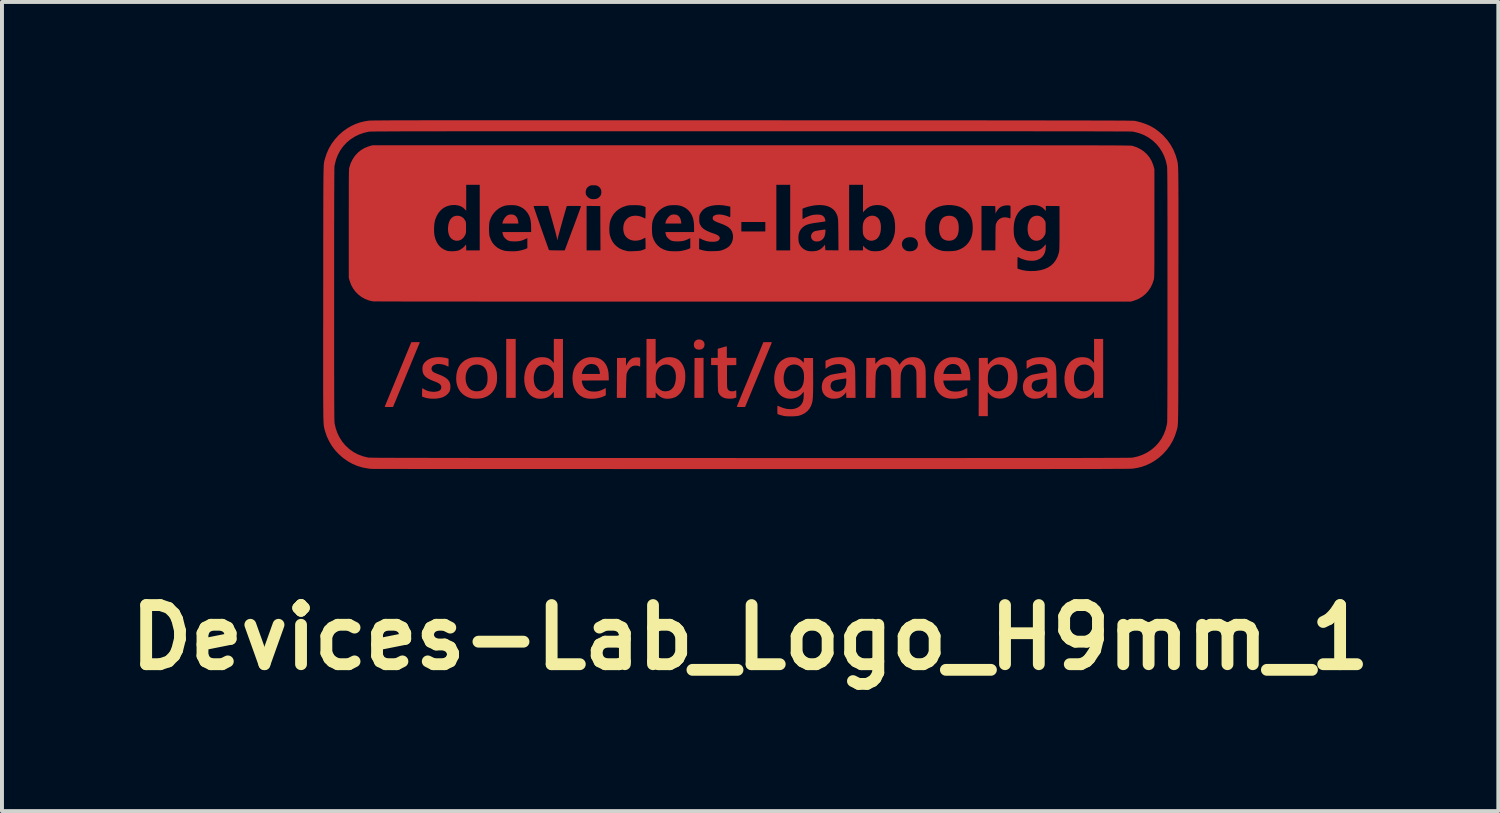
<source format=kicad_pcb>
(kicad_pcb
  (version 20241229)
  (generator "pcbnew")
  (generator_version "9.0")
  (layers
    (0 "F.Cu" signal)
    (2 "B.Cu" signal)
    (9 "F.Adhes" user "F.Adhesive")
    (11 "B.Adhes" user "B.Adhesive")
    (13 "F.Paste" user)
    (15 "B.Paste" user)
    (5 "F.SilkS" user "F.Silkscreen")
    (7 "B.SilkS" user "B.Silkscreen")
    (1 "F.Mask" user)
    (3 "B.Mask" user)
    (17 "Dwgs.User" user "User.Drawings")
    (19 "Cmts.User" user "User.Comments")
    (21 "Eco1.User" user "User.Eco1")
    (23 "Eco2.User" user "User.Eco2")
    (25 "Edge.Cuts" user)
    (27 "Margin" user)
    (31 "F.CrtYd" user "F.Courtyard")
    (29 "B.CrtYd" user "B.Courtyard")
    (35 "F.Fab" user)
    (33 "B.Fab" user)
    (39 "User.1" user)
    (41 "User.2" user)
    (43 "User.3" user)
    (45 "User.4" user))
  (footprint "Devices-Lab_Logo_H9mm_1"
    (layer "F.Cu")
    (at 15.979 4.42)
    (property "Reference" "Devices-Lab_Logo_H9mm_1" (at 0 8.7 0) (layer "F.SilkS") (effects (font (size 1.5 1.5) (thickness 0.3))))
    (attr board_only exclude_from_pos_files exclude_from_bom)
    (fp_poly (pts (xy -5.948 1.875) (xy -5.948 2.622) (xy -6.068 2.622) (xy -6.188 2.622) (xy -6.188 1.875) (xy -6.188 1.127) (xy -6.068 1.127) (xy -5.948 1.127)) (stroke (width 0) (type solid)) (fill yes) (layer "F.Cu"))
    (fp_poly (pts (xy -1.183 2.114) (xy -1.183 2.622) (xy -1.299 2.622) (xy -1.415 2.622) (xy -1.413 2.117) (xy -1.411 1.611) (xy -1.297 1.609) (xy -1.183 1.607)) (stroke (width 0) (type solid)) (fill yes) (layer "F.Cu"))
    (fp_poly (pts (xy -6.005 -2.022) (xy -5.965 -2.004) (xy -5.962 -2.002) (xy -5.927 -1.967) (xy -5.902 -1.921) (xy -5.887 -1.863) (xy -5.886 -1.853) (xy -5.879 -1.799) (xy -6.083 -1.799) (xy -6.286 -1.799) (xy -6.281 -1.824) (xy -6.264 -1.876) (xy -6.237 -1.926) (xy -6.203 -1.97) (xy -6.163 -2.004) (xy -6.143 -2.015) (xy -6.1 -2.028) (xy -6.052 -2.03)) (stroke (width 0) (type solid)) (fill yes) (layer "F.Cu"))
    (fp_poly (pts (xy -1.872 -2.022) (xy -1.832 -2.004) (xy -1.829 -2.002) (xy -1.794 -1.967) (xy -1.769 -1.921) (xy -1.754 -1.863) (xy -1.752 -1.853) (xy -1.746 -1.799) (xy -1.949 -1.799) (xy -2.153 -1.799) (xy -2.148 -1.824) (xy -2.131 -1.876) (xy -2.104 -1.926) (xy -2.069 -1.97) (xy -2.03 -2.004) (xy -2.01 -2.015) (xy -1.967 -2.028) (xy -1.919 -2.03)) (stroke (width 0) (type solid)) (fill yes) (layer "F.Cu"))
    (fp_poly (pts (xy -1.262 1.144) (xy -1.217 1.161) (xy -1.185 1.189) (xy -1.164 1.226) (xy -1.157 1.271) (xy -1.164 1.316) (xy -1.184 1.353) (xy -1.209 1.376) (xy -1.24 1.391) (xy -1.279 1.398) (xy -1.32 1.398) (xy -1.356 1.39) (xy -1.367 1.385) (xy -1.4 1.36) (xy -1.42 1.329) (xy -1.429 1.288) (xy -1.429 1.285) (xy -1.426 1.238) (xy -1.41 1.199) (xy -1.383 1.168) (xy -1.347 1.148) (xy -1.303 1.14)) (stroke (width 0) (type solid)) (fill yes) (layer "F.Cu"))
    (fp_poly (pts (xy 1.905 -1.646) (xy 1.909 -1.64) (xy 1.911 -1.627) (xy 1.91 -1.603) (xy 1.908 -1.579) (xy 1.898 -1.512) (xy 1.878 -1.456) (xy 1.848 -1.412) (xy 1.806 -1.377) (xy 1.779 -1.362) (xy 1.73 -1.347) (xy 1.679 -1.344) (xy 1.631 -1.353) (xy 1.618 -1.358) (xy 1.582 -1.382) (xy 1.558 -1.414) (xy 1.546 -1.451) (xy 1.544 -1.489) (xy 1.554 -1.527) (xy 1.575 -1.562) (xy 1.607 -1.59) (xy 1.632 -1.603) (xy 1.65 -1.608) (xy 1.681 -1.614) (xy 1.719 -1.622) (xy 1.762 -1.629) (xy 1.805 -1.636) (xy 1.845 -1.642) (xy 1.878 -1.646) (xy 1.898 -1.647)) (stroke (width 0) (type solid)) (fill yes) (layer "F.Cu"))
    (fp_poly (pts (xy 5.096 -1.995) (xy 5.152 -1.979) (xy 5.199 -1.951) (xy 5.237 -1.91) (xy 5.265 -1.856) (xy 5.281 -1.802) (xy 5.29 -1.733) (xy 5.291 -1.661) (xy 5.284 -1.591) (xy 5.269 -1.526) (xy 5.251 -1.482) (xy 5.219 -1.435) (xy 5.177 -1.399) (xy 5.126 -1.375) (xy 5.067 -1.364) (xy 5.003 -1.366) (xy 4.989 -1.368) (xy 4.942 -1.382) (xy 4.898 -1.404) (xy 4.864 -1.432) (xy 4.835 -1.474) (xy 4.813 -1.527) (xy 4.798 -1.589) (xy 4.791 -1.655) (xy 4.792 -1.724) (xy 4.801 -1.784) (xy 4.821 -1.852) (xy 4.85 -1.906) (xy 4.888 -1.948) (xy 4.936 -1.977) (xy 4.994 -1.993) (xy 5.03 -1.997)) (stroke (width 0) (type solid)) (fill yes) (layer "F.Cu"))
    (fp_poly (pts (xy 3.17 -1.987) (xy 3.187 -1.98) (xy 3.232 -1.951) (xy 3.268 -1.91) (xy 3.293 -1.858) (xy 3.31 -1.793) (xy 3.316 -1.731) (xy 3.315 -1.647) (xy 3.304 -1.572) (xy 3.282 -1.507) (xy 3.252 -1.454) (xy 3.213 -1.412) (xy 3.165 -1.383) (xy 3.109 -1.367) (xy 3.098 -1.365) (xy 3.067 -1.364) (xy 3.037 -1.366) (xy 3.028 -1.368) (xy 2.976 -1.388) (xy 2.93 -1.422) (xy 2.893 -1.468) (xy 2.877 -1.499) (xy 2.869 -1.519) (xy 2.863 -1.54) (xy 2.86 -1.566) (xy 2.857 -1.6) (xy 2.856 -1.644) (xy 2.855 -1.707) (xy 2.858 -1.758) (xy 2.864 -1.8) (xy 2.875 -1.837) (xy 2.887 -1.868) (xy 2.918 -1.916) (xy 2.959 -1.954) (xy 3.008 -1.981) (xy 3.061 -1.997) (xy 3.116 -1.999)) (stroke (width 0) (type solid)) (fill yes) (layer "F.Cu"))
    (fp_poly (pts (xy -7.368 -1.991) (xy -7.316 -1.97) (xy -7.271 -1.935) (xy -7.235 -1.885) (xy -7.229 -1.875) (xy -7.221 -1.86) (xy -7.215 -1.846) (xy -7.212 -1.831) (xy -7.209 -1.811) (xy -7.208 -1.784) (xy -7.208 -1.747) (xy -7.208 -1.696) (xy -7.208 -1.695) (xy -7.208 -1.644) (xy -7.208 -1.606) (xy -7.21 -1.578) (xy -7.212 -1.558) (xy -7.216 -1.541) (xy -7.222 -1.525) (xy -7.229 -1.51) (xy -7.262 -1.454) (xy -7.303 -1.411) (xy -7.351 -1.381) (xy -7.404 -1.365) (xy -7.461 -1.364) (xy -7.481 -1.367) (xy -7.534 -1.386) (xy -7.579 -1.417) (xy -7.616 -1.46) (xy -7.642 -1.515) (xy -7.659 -1.58) (xy -7.666 -1.654) (xy -7.665 -1.695) (xy -7.655 -1.774) (xy -7.636 -1.843) (xy -7.608 -1.899) (xy -7.571 -1.944) (xy -7.527 -1.976) (xy -7.474 -1.994) (xy -7.427 -1.998)) (stroke (width 0) (type solid)) (fill yes) (layer "F.Cu"))
    (fp_poly (pts (xy 7.338 -1.991) (xy 7.388 -1.968) (xy 7.433 -1.932) (xy 7.47 -1.881) (xy 7.477 -1.869) (xy 7.484 -1.855) (xy 7.489 -1.842) (xy 7.492 -1.825) (xy 7.494 -1.803) (xy 7.495 -1.772) (xy 7.495 -1.729) (xy 7.495 -1.695) (xy 7.495 -1.644) (xy 7.495 -1.606) (xy 7.493 -1.578) (xy 7.491 -1.558) (xy 7.487 -1.541) (xy 7.481 -1.526) (xy 7.474 -1.51) (xy 7.441 -1.454) (xy 7.399 -1.411) (xy 7.352 -1.381) (xy 7.298 -1.365) (xy 7.241 -1.364) (xy 7.222 -1.367) (xy 7.178 -1.381) (xy 7.142 -1.403) (xy 7.113 -1.43) (xy 7.087 -1.462) (xy 7.069 -1.494) (xy 7.055 -1.532) (xy 7.048 -1.561) (xy 7.037 -1.638) (xy 7.04 -1.721) (xy 7.047 -1.771) (xy 7.067 -1.841) (xy 7.095 -1.899) (xy 7.132 -1.944) (xy 7.178 -1.976) (xy 7.232 -1.994) (xy 7.283 -1.999)) (stroke (width 0) (type solid)) (fill yes) (layer "F.Cu"))
    (fp_poly (pts (xy -2.824 1.598) (xy -2.812 1.601) (xy -2.79 1.607) (xy -2.79 1.719) (xy -2.79 1.759) (xy -2.791 1.793) (xy -2.792 1.818) (xy -2.793 1.83) (xy -2.793 1.831) (xy -2.801 1.828) (xy -2.818 1.819) (xy -2.823 1.817) (xy -2.855 1.807) (xy -2.896 1.803) (xy -2.939 1.805) (xy -2.977 1.814) (xy -2.994 1.821) (xy -3.039 1.852) (xy -3.078 1.896) (xy -3.11 1.949) (xy -3.132 2.007) (xy -3.135 2.02) (xy -3.137 2.037) (xy -3.139 2.068) (xy -3.141 2.111) (xy -3.143 2.163) (xy -3.145 2.223) (xy -3.147 2.287) (xy -3.148 2.341) (xy -3.152 2.622) (xy -3.267 2.622) (xy -3.382 2.622) (xy -3.38 2.117) (xy -3.378 1.611) (xy -3.264 1.609) (xy -3.15 1.607) (xy -3.15 1.709) (xy -3.149 1.811) (xy -3.121 1.756) (xy -3.088 1.703) (xy -3.048 1.658) (xy -3.005 1.624) (xy -2.984 1.613) (xy -2.95 1.603) (xy -2.907 1.597) (xy -2.863 1.595)) (stroke (width 0) (type solid)) (fill yes) (layer "F.Cu"))
    (fp_poly (pts (xy -8.41 1.209) (xy -8.391 1.21) (xy -8.382 1.213) (xy -8.381 1.217) (xy -8.385 1.226) (xy -8.394 1.249) (xy -8.409 1.284) (xy -8.428 1.33) (xy -8.451 1.386) (xy -8.478 1.452) (xy -8.508 1.524) (xy -8.541 1.604) (xy -8.576 1.688) (xy -8.613 1.777) (xy -8.651 1.869) (xy -8.69 1.962) (xy -8.729 2.056) (xy -8.767 2.149) (xy -8.805 2.241) (xy -8.842 2.329) (xy -8.877 2.413) (xy -8.91 2.492) (xy -8.94 2.565) (xy -8.966 2.629) (xy -8.989 2.685) (xy -9.008 2.731) (xy -9.023 2.765) (xy -9.032 2.787) (xy -9.034 2.792) (xy -9.06 2.854) (xy -9.167 2.854) (xy -9.212 2.854) (xy -9.243 2.853) (xy -9.261 2.851) (xy -9.269 2.847) (xy -9.27 2.844) (xy -9.266 2.836) (xy -9.257 2.813) (xy -9.242 2.778) (xy -9.223 2.731) (xy -9.199 2.673) (xy -9.171 2.605) (xy -9.139 2.527) (xy -9.104 2.442) (xy -9.066 2.35) (xy -9.025 2.252) (xy -8.983 2.148) (xy -8.938 2.04) (xy -8.931 2.023) (xy -8.596 1.211) (xy -8.486 1.209) (xy -8.441 1.208)) (stroke (width 0) (type solid)) (fill yes) (layer "F.Cu"))
    (fp_poly (pts (xy 0.52 1.209) (xy 0.539 1.21) (xy 0.548 1.213) (xy 0.549 1.217) (xy 0.546 1.226) (xy 0.536 1.249) (xy 0.522 1.284) (xy 0.503 1.33) (xy 0.479 1.386) (xy 0.452 1.452) (xy 0.422 1.524) (xy 0.389 1.604) (xy 0.354 1.688) (xy 0.317 1.777) (xy 0.279 1.869) (xy 0.241 1.962) (xy 0.202 2.056) (xy 0.163 2.149) (xy 0.125 2.241) (xy 0.088 2.329) (xy 0.053 2.413) (xy 0.021 2.492) (xy -0.009 2.565) (xy -0.036 2.629) (xy -0.059 2.685) (xy -0.078 2.731) (xy -0.092 2.765) (xy -0.101 2.787) (xy -0.104 2.792) (xy -0.129 2.854) (xy -0.236 2.854) (xy -0.281 2.854) (xy -0.312 2.853) (xy -0.331 2.851) (xy -0.339 2.847) (xy -0.339 2.844) (xy -0.336 2.836) (xy -0.327 2.813) (xy -0.312 2.778) (xy -0.293 2.731) (xy -0.269 2.673) (xy -0.241 2.605) (xy -0.209 2.527) (xy -0.174 2.442) (xy -0.136 2.35) (xy -0.095 2.252) (xy -0.052 2.148) (xy -0.008 2.04) (xy -0.001 2.023) (xy 0.334 1.211) (xy 0.444 1.209) (xy 0.489 1.208)) (stroke (width 0) (type solid)) (fill yes) (layer "F.Cu"))
    (fp_poly (pts (xy -0.598 1.315) (xy -0.595 1.326) (xy -0.593 1.346) (xy -0.592 1.378) (xy -0.592 1.424) (xy -0.592 1.458) (xy -0.592 1.607) (xy -0.472 1.607) (xy -0.352 1.607) (xy -0.352 1.699) (xy -0.352 1.79) (xy -0.47 1.793) (xy -0.588 1.795) (xy -0.588 2.079) (xy -0.588 2.154) (xy -0.587 2.215) (xy -0.587 2.263) (xy -0.586 2.301) (xy -0.585 2.33) (xy -0.583 2.351) (xy -0.581 2.367) (xy -0.578 2.378) (xy -0.575 2.388) (xy -0.572 2.394) (xy -0.555 2.418) (xy -0.535 2.438) (xy -0.53 2.441) (xy -0.5 2.452) (xy -0.462 2.456) (xy -0.423 2.454) (xy -0.39 2.446) (xy -0.385 2.443) (xy -0.368 2.435) (xy -0.357 2.431) (xy -0.356 2.43) (xy -0.354 2.438) (xy -0.353 2.458) (xy -0.352 2.488) (xy -0.352 2.521) (xy -0.352 2.612) (xy -0.374 2.621) (xy -0.423 2.636) (xy -0.483 2.643) (xy -0.548 2.643) (xy -0.614 2.636) (xy -0.616 2.636) (xy -0.677 2.617) (xy -0.73 2.587) (xy -0.772 2.546) (xy -0.802 2.495) (xy -0.805 2.487) (xy -0.808 2.476) (xy -0.811 2.463) (xy -0.814 2.446) (xy -0.816 2.423) (xy -0.817 2.393) (xy -0.818 2.355) (xy -0.82 2.306) (xy -0.82 2.245) (xy -0.821 2.17) (xy -0.822 2.121) (xy -0.824 1.791) (xy -0.908 1.791) (xy -0.991 1.791) (xy -0.991 1.699) (xy -0.991 1.607) (xy -0.907 1.607) (xy -0.823 1.607) (xy -0.823 1.492) (xy -0.823 1.377) (xy -0.718 1.347) (xy -0.678 1.336) (xy -0.644 1.326) (xy -0.618 1.318) (xy -0.603 1.314) (xy -0.602 1.313)) (stroke (width 0) (type solid)) (fill yes) (layer "F.Cu"))
    (fp_poly (pts (xy -6.823 1.595) (xy -6.764 1.606) (xy -6.761 1.606) (xy -6.68 1.635) (xy -6.609 1.675) (xy -6.549 1.728) (xy -6.5 1.791) (xy -6.461 1.867) (xy -6.434 1.954) (xy -6.431 1.967) (xy -6.425 2.013) (xy -6.421 2.07) (xy -6.421 2.13) (xy -6.424 2.19) (xy -6.43 2.242) (xy -6.432 2.253) (xy -6.457 2.337) (xy -6.495 2.414) (xy -6.545 2.482) (xy -6.606 2.54) (xy -6.678 2.586) (xy -6.758 2.619) (xy -6.784 2.627) (xy -6.828 2.635) (xy -6.882 2.641) (xy -6.941 2.643) (xy -6.998 2.642) (xy -7.047 2.638) (xy -7.064 2.635) (xy -7.15 2.611) (xy -7.226 2.574) (xy -7.293 2.526) (xy -7.35 2.467) (xy -7.395 2.398) (xy -7.429 2.321) (xy -7.45 2.236) (xy -7.458 2.143) (xy -7.456 2.104) (xy -7.219 2.104) (xy -7.217 2.169) (xy -7.206 2.232) (xy -7.186 2.292) (xy -7.157 2.345) (xy -7.119 2.39) (xy -7.072 2.424) (xy -7.066 2.427) (xy -7.005 2.449) (xy -6.939 2.457) (xy -6.872 2.451) (xy -6.823 2.437) (xy -6.778 2.413) (xy -6.744 2.382) (xy -6.71 2.338) (xy -6.685 2.289) (xy -6.669 2.232) (xy -6.662 2.166) (xy -6.662 2.087) (xy -6.662 2.084) (xy -6.67 2.005) (xy -6.688 1.939) (xy -6.714 1.885) (xy -6.751 1.841) (xy -6.785 1.815) (xy -6.837 1.791) (xy -6.897 1.778) (xy -6.959 1.777) (xy -7.02 1.788) (xy -7.049 1.799) (xy -7.099 1.828) (xy -7.14 1.87) (xy -7.173 1.92) (xy -7.197 1.977) (xy -7.213 2.039) (xy -7.219 2.104) (xy -7.456 2.104) (xy -7.453 2.045) (xy -7.452 2.035) (xy -7.433 1.941) (xy -7.401 1.857) (xy -7.358 1.784) (xy -7.303 1.722) (xy -7.237 1.671) (xy -7.16 1.631) (xy -7.086 1.606) (xy -7.028 1.596) (xy -6.96 1.59) (xy -6.89 1.59)) (stroke (width 0) (type solid)) (fill yes) (layer "F.Cu"))
    (fp_poly (pts (xy -3.934 1.595) (xy -3.863 1.611) (xy -3.8 1.638) (xy -3.744 1.678) (xy -3.717 1.702) (xy -3.671 1.758) (xy -3.636 1.823) (xy -3.61 1.898) (xy -3.594 1.985) (xy -3.588 2.083) (xy -3.586 2.179) (xy -3.929 2.181) (xy -4.272 2.183) (xy -4.267 2.223) (xy -4.257 2.268) (xy -4.238 2.314) (xy -4.214 2.356) (xy -4.189 2.386) (xy -4.141 2.422) (xy -4.089 2.446) (xy -4.029 2.459) (xy -3.963 2.463) (xy -3.902 2.461) (xy -3.849 2.452) (xy -3.797 2.436) (xy -3.74 2.411) (xy -3.738 2.41) (xy -3.708 2.395) (xy -3.684 2.383) (xy -3.668 2.376) (xy -3.664 2.375) (xy -3.663 2.382) (xy -3.662 2.402) (xy -3.662 2.432) (xy -3.662 2.466) (xy -3.662 2.558) (xy -3.7 2.577) (xy -3.768 2.605) (xy -3.846 2.626) (xy -3.93 2.64) (xy -4.016 2.645) (xy -4.098 2.642) (xy -4.153 2.634) (xy -4.231 2.611) (xy -4.301 2.574) (xy -4.362 2.525) (xy -4.414 2.464) (xy -4.455 2.392) (xy -4.484 2.312) (xy -4.486 2.305) (xy -4.501 2.224) (xy -4.507 2.139) (xy -4.504 2.054) (xy -4.498 2.015) (xy -4.271 2.015) (xy -4.041 2.015) (xy -3.811 2.015) (xy -3.816 1.966) (xy -3.826 1.916) (xy -3.846 1.867) (xy -3.873 1.826) (xy -3.89 1.808) (xy -3.932 1.781) (xy -3.981 1.766) (xy -4.035 1.762) (xy -4.088 1.771) (xy -4.124 1.785) (xy -4.166 1.814) (xy -4.204 1.855) (xy -4.236 1.904) (xy -4.258 1.957) (xy -4.266 1.986) (xy -4.271 2.015) (xy -4.498 2.015) (xy -4.492 1.973) (xy -4.472 1.901) (xy -4.469 1.893) (xy -4.433 1.822) (xy -4.385 1.757) (xy -4.328 1.699) (xy -4.265 1.653) (xy -4.234 1.636) (xy -4.186 1.615) (xy -4.142 1.601) (xy -4.096 1.593) (xy -4.043 1.59) (xy -4.016 1.59)) (stroke (width 0) (type solid)) (fill yes) (layer "F.Cu"))
    (fp_poly (pts (xy 5.236 1.595) (xy 5.307 1.611) (xy 5.37 1.638) (xy 5.427 1.678) (xy 5.453 1.702) (xy 5.499 1.758) (xy 5.534 1.823) (xy 5.56 1.898) (xy 5.576 1.985) (xy 5.582 2.083) (xy 5.584 2.179) (xy 5.242 2.181) (xy 4.899 2.183) (xy 4.903 2.223) (xy 4.914 2.268) (xy 4.932 2.314) (xy 4.956 2.356) (xy 4.982 2.386) (xy 5.029 2.422) (xy 5.081 2.446) (xy 5.141 2.459) (xy 5.207 2.463) (xy 5.268 2.461) (xy 5.321 2.452) (xy 5.373 2.436) (xy 5.43 2.411) (xy 5.432 2.41) (xy 5.462 2.395) (xy 5.487 2.383) (xy 5.502 2.376) (xy 5.506 2.375) (xy 5.507 2.382) (xy 5.508 2.402) (xy 5.508 2.432) (xy 5.509 2.466) (xy 5.509 2.558) (xy 5.47 2.577) (xy 5.402 2.605) (xy 5.324 2.626) (xy 5.24 2.64) (xy 5.155 2.645) (xy 5.072 2.642) (xy 5.017 2.634) (xy 4.939 2.611) (xy 4.869 2.574) (xy 4.808 2.525) (xy 4.756 2.464) (xy 4.716 2.392) (xy 4.686 2.312) (xy 4.685 2.305) (xy 4.67 2.224) (xy 4.664 2.139) (xy 4.667 2.054) (xy 4.672 2.015) (xy 4.899 2.015) (xy 5.129 2.015) (xy 5.359 2.015) (xy 5.354 1.966) (xy 5.344 1.916) (xy 5.325 1.867) (xy 5.298 1.826) (xy 5.28 1.808) (xy 5.238 1.781) (xy 5.189 1.766) (xy 5.135 1.762) (xy 5.082 1.771) (xy 5.046 1.785) (xy 5.004 1.814) (xy 4.966 1.855) (xy 4.934 1.904) (xy 4.912 1.957) (xy 4.905 1.986) (xy 4.899 2.015) (xy 4.672 2.015) (xy 4.678 1.973) (xy 4.699 1.901) (xy 4.702 1.893) (xy 4.737 1.822) (xy 4.785 1.757) (xy 4.842 1.699) (xy 4.905 1.653) (xy 4.936 1.636) (xy 4.984 1.615) (xy 5.028 1.601) (xy 5.074 1.593) (xy 5.127 1.59) (xy 5.154 1.59)) (stroke (width 0) (type solid)) (fill yes) (layer "F.Cu"))
    (fp_poly (pts (xy 6.481 1.6) (xy 6.551 1.624) (xy 6.614 1.661) (xy 6.667 1.711) (xy 6.711 1.773) (xy 6.745 1.846) (xy 6.768 1.931) (xy 6.779 2.009) (xy 6.782 2.116) (xy 6.774 2.214) (xy 6.755 2.305) (xy 6.726 2.386) (xy 6.686 2.458) (xy 6.637 2.519) (xy 6.579 2.568) (xy 6.512 2.606) (xy 6.438 2.63) (xy 6.39 2.638) (xy 6.308 2.641) (xy 6.234 2.629) (xy 6.167 2.603) (xy 6.107 2.562) (xy 6.054 2.508) (xy 6.05 2.502) (xy 6.028 2.474) (xy 6.028 2.78) (xy 6.028 3.086) (xy 5.912 3.086) (xy 5.796 3.086) (xy 5.798 2.349) (xy 5.799 2.136) (xy 6.028 2.136) (xy 6.031 2.205) (xy 6.038 2.261) (xy 6.053 2.308) (xy 6.074 2.348) (xy 6.103 2.383) (xy 6.105 2.385) (xy 6.154 2.424) (xy 6.206 2.448) (xy 6.264 2.457) (xy 6.326 2.452) (xy 6.368 2.441) (xy 6.405 2.422) (xy 6.443 2.392) (xy 6.476 2.354) (xy 6.498 2.318) (xy 6.521 2.256) (xy 6.536 2.185) (xy 6.543 2.111) (xy 6.541 2.037) (xy 6.529 1.97) (xy 6.524 1.951) (xy 6.498 1.893) (xy 6.462 1.846) (xy 6.418 1.81) (xy 6.369 1.786) (xy 6.315 1.775) (xy 6.261 1.776) (xy 6.206 1.791) (xy 6.154 1.819) (xy 6.109 1.858) (xy 6.078 1.899) (xy 6.055 1.945) (xy 6.039 1.999) (xy 6.031 2.062) (xy 6.028 2.136) (xy 5.799 2.136) (xy 5.8 1.611) (xy 5.914 1.609) (xy 6.028 1.607) (xy 6.028 1.691) (xy 6.029 1.729) (xy 6.031 1.757) (xy 6.034 1.773) (xy 6.036 1.775) (xy 6.044 1.769) (xy 6.044 1.767) (xy 6.049 1.758) (xy 6.063 1.741) (xy 6.083 1.718) (xy 6.093 1.707) (xy 6.151 1.656) (xy 6.215 1.619) (xy 6.285 1.597) (xy 6.316 1.592) (xy 6.402 1.589)) (stroke (width 0) (type solid)) (fill yes) (layer "F.Cu"))
    (fp_poly (pts (xy -4.749 1.875) (xy -4.749 2.622) (xy -4.865 2.622) (xy -4.981 2.622) (xy -4.981 2.541) (xy -4.981 2.504) (xy -4.982 2.482) (xy -4.983 2.471) (xy -4.987 2.469) (xy -4.992 2.475) (xy -4.994 2.479) (xy -5.041 2.535) (xy -5.098 2.582) (xy -5.164 2.617) (xy -5.177 2.622) (xy -5.223 2.634) (xy -5.278 2.642) (xy -5.336 2.644) (xy -5.391 2.64) (xy -5.423 2.634) (xy -5.493 2.609) (xy -5.556 2.57) (xy -5.61 2.519) (xy -5.654 2.456) (xy -5.689 2.384) (xy -5.714 2.302) (xy -5.728 2.213) (xy -5.73 2.157) (xy -5.49 2.157) (xy -5.482 2.229) (xy -5.466 2.289) (xy -5.441 2.34) (xy -5.412 2.377) (xy -5.367 2.418) (xy -5.319 2.444) (xy -5.267 2.457) (xy -5.208 2.456) (xy -5.155 2.446) (xy -5.119 2.43) (xy -5.081 2.403) (xy -5.046 2.368) (xy -5.031 2.347) (xy -5.012 2.316) (xy -4.997 2.283) (xy -4.987 2.248) (xy -4.981 2.206) (xy -4.978 2.154) (xy -4.977 2.095) (xy -4.977 2.047) (xy -4.978 2.012) (xy -4.98 1.987) (xy -4.983 1.967) (xy -4.988 1.95) (xy -4.995 1.932) (xy -5 1.922) (xy -5.033 1.866) (xy -5.075 1.824) (xy -5.126 1.795) (xy -5.185 1.779) (xy -5.208 1.777) (xy -5.272 1.78) (xy -5.329 1.797) (xy -5.378 1.828) (xy -5.42 1.873) (xy -5.448 1.921) (xy -5.476 1.997) (xy -5.49 2.075) (xy -5.49 2.157) (xy -5.73 2.157) (xy -5.731 2.116) (xy -5.729 2.085) (xy -5.716 1.985) (xy -5.692 1.894) (xy -5.657 1.813) (xy -5.612 1.744) (xy -5.557 1.686) (xy -5.513 1.654) (xy -5.455 1.622) (xy -5.395 1.602) (xy -5.328 1.592) (xy -5.281 1.59) (xy -5.209 1.594) (xy -5.149 1.607) (xy -5.097 1.63) (xy -5.05 1.663) (xy -5.018 1.696) (xy -4.981 1.737) (xy -4.981 1.432) (xy -4.981 1.127) (xy -4.865 1.127) (xy -4.749 1.127)) (stroke (width 0) (type solid)) (fill yes) (layer "F.Cu"))
    (fp_poly (pts (xy 8.954 1.875) (xy 8.954 2.622) (xy 8.838 2.622) (xy 8.723 2.622) (xy 8.723 2.541) (xy 8.722 2.504) (xy 8.722 2.482) (xy 8.72 2.471) (xy 8.717 2.469) (xy 8.712 2.475) (xy 8.709 2.479) (xy 8.663 2.535) (xy 8.605 2.582) (xy 8.539 2.617) (xy 8.527 2.622) (xy 8.48 2.634) (xy 8.425 2.642) (xy 8.367 2.644) (xy 8.313 2.64) (xy 8.281 2.634) (xy 8.21 2.609) (xy 8.148 2.57) (xy 8.094 2.519) (xy 8.049 2.456) (xy 8.014 2.384) (xy 7.989 2.302) (xy 7.975 2.213) (xy 7.974 2.157) (xy 8.213 2.157) (xy 8.221 2.229) (xy 8.238 2.289) (xy 8.262 2.34) (xy 8.291 2.377) (xy 8.336 2.418) (xy 8.384 2.444) (xy 8.437 2.457) (xy 8.496 2.456) (xy 8.548 2.446) (xy 8.585 2.43) (xy 8.623 2.403) (xy 8.657 2.368) (xy 8.673 2.347) (xy 8.692 2.316) (xy 8.706 2.283) (xy 8.716 2.248) (xy 8.722 2.206) (xy 8.725 2.154) (xy 8.726 2.095) (xy 8.726 2.047) (xy 8.725 2.012) (xy 8.724 1.987) (xy 8.721 1.967) (xy 8.716 1.95) (xy 8.708 1.932) (xy 8.704 1.922) (xy 8.671 1.866) (xy 8.628 1.824) (xy 8.578 1.795) (xy 8.518 1.779) (xy 8.496 1.777) (xy 8.432 1.78) (xy 8.375 1.797) (xy 8.325 1.828) (xy 8.284 1.873) (xy 8.256 1.921) (xy 8.228 1.997) (xy 8.214 2.075) (xy 8.213 2.157) (xy 7.974 2.157) (xy 7.973 2.116) (xy 7.974 2.085) (xy 7.987 1.985) (xy 8.011 1.894) (xy 8.046 1.813) (xy 8.091 1.744) (xy 8.147 1.686) (xy 8.19 1.654) (xy 8.248 1.622) (xy 8.308 1.602) (xy 8.376 1.592) (xy 8.423 1.59) (xy 8.494 1.594) (xy 8.554 1.607) (xy 8.606 1.63) (xy 8.653 1.663) (xy 8.686 1.696) (xy 8.723 1.737) (xy 8.723 1.432) (xy 8.723 1.127) (xy 8.838 1.127) (xy 8.954 1.127)) (stroke (width 0) (type solid)) (fill yes) (layer "F.Cu"))
    (fp_poly (pts (xy -2.398 1.451) (xy -2.398 1.541) (xy -2.398 1.617) (xy -2.397 1.678) (xy -2.395 1.725) (xy -2.394 1.757) (xy -2.392 1.773) (xy -2.39 1.775) (xy -2.383 1.769) (xy -2.382 1.767) (xy -2.377 1.758) (xy -2.364 1.741) (xy -2.344 1.718) (xy -2.334 1.707) (xy -2.275 1.656) (xy -2.21 1.619) (xy -2.138 1.597) (xy -2.059 1.588) (xy -1.995 1.592) (xy -1.919 1.607) (xy -1.853 1.635) (xy -1.795 1.676) (xy -1.746 1.731) (xy -1.704 1.799) (xy -1.702 1.803) (xy -1.679 1.858) (xy -1.662 1.913) (xy -1.651 1.974) (xy -1.646 2.044) (xy -1.646 2.091) (xy -1.65 2.191) (xy -1.665 2.281) (xy -1.689 2.361) (xy -1.724 2.433) (xy -1.74 2.46) (xy -1.772 2.501) (xy -1.811 2.541) (xy -1.853 2.576) (xy -1.894 2.601) (xy -1.9 2.604) (xy -1.965 2.627) (xy -2.035 2.641) (xy -2.106 2.645) (xy -2.173 2.638) (xy -2.187 2.635) (xy -2.25 2.612) (xy -2.31 2.574) (xy -2.355 2.531) (xy -2.398 2.484) (xy -2.398 2.553) (xy -2.398 2.622) (xy -2.514 2.622) (xy -2.63 2.622) (xy -2.63 2.136) (xy -2.398 2.136) (xy -2.396 2.205) (xy -2.388 2.261) (xy -2.374 2.308) (xy -2.353 2.348) (xy -2.324 2.383) (xy -2.321 2.385) (xy -2.273 2.424) (xy -2.22 2.448) (xy -2.163 2.457) (xy -2.101 2.452) (xy -2.059 2.441) (xy -2.021 2.422) (xy -1.984 2.392) (xy -1.951 2.354) (xy -1.929 2.318) (xy -1.906 2.256) (xy -1.891 2.185) (xy -1.884 2.111) (xy -1.886 2.037) (xy -1.897 1.97) (xy -1.903 1.951) (xy -1.929 1.893) (xy -1.965 1.846) (xy -2.008 1.81) (xy -2.058 1.786) (xy -2.111 1.775) (xy -2.166 1.776) (xy -2.221 1.791) (xy -2.273 1.819) (xy -2.317 1.858) (xy -2.349 1.899) (xy -2.372 1.945) (xy -2.387 1.999) (xy -2.396 2.062) (xy -2.398 2.136) (xy -2.63 2.136) (xy -2.63 1.875) (xy -2.63 1.127) (xy -2.514 1.127) (xy -2.398 1.127)) (stroke (width 0) (type solid)) (fill yes) (layer "F.Cu"))
    (fp_poly (pts (xy -7.858 1.591) (xy -7.789 1.597) (xy -7.725 1.607) (xy -7.673 1.622) (xy -7.651 1.631) (xy -7.651 1.731) (xy -7.651 1.769) (xy -7.652 1.8) (xy -7.653 1.822) (xy -7.655 1.831) (xy -7.655 1.831) (xy -7.663 1.827) (xy -7.682 1.819) (xy -7.707 1.806) (xy -7.707 1.806) (xy -7.754 1.787) (xy -7.809 1.773) (xy -7.865 1.764) (xy -7.916 1.762) (xy -7.931 1.763) (xy -7.973 1.771) (xy -8.012 1.786) (xy -8.045 1.805) (xy -8.067 1.827) (xy -8.069 1.83) (xy -8.082 1.866) (xy -8.081 1.904) (xy -8.065 1.938) (xy -8.059 1.946) (xy -8.048 1.957) (xy -8.035 1.967) (xy -8.018 1.977) (xy -7.994 1.989) (xy -7.961 2.003) (xy -7.917 2.021) (xy -7.871 2.039) (xy -7.791 2.074) (xy -7.727 2.111) (xy -7.676 2.152) (xy -7.64 2.196) (xy -7.619 2.238) (xy -7.608 2.279) (xy -7.604 2.327) (xy -7.605 2.377) (xy -7.612 2.422) (xy -7.625 2.459) (xy -7.625 2.459) (xy -7.659 2.508) (xy -7.705 2.552) (xy -7.761 2.588) (xy -7.811 2.611) (xy -7.875 2.628) (xy -7.948 2.64) (xy -8.026 2.644) (xy -8.104 2.642) (xy -8.172 2.634) (xy -8.209 2.626) (xy -8.248 2.616) (xy -8.278 2.606) (xy -8.323 2.589) (xy -8.323 2.487) (xy -8.322 2.448) (xy -8.321 2.415) (xy -8.32 2.392) (xy -8.318 2.38) (xy -8.318 2.38) (xy -8.308 2.381) (xy -8.293 2.389) (xy -8.292 2.39) (xy -8.221 2.43) (xy -8.143 2.456) (xy -8.059 2.468) (xy -8.006 2.468) (xy -7.945 2.461) (xy -7.897 2.447) (xy -7.863 2.425) (xy -7.843 2.396) (xy -7.835 2.358) (xy -7.835 2.353) (xy -7.839 2.322) (xy -7.853 2.294) (xy -7.877 2.269) (xy -7.914 2.245) (xy -7.964 2.222) (xy -8.003 2.207) (xy -8.085 2.174) (xy -8.152 2.142) (xy -8.206 2.109) (xy -8.247 2.074) (xy -8.278 2.036) (xy -8.298 1.994) (xy -8.31 1.946) (xy -8.313 1.91) (xy -8.313 1.854) (xy -8.306 1.809) (xy -8.29 1.771) (xy -8.265 1.734) (xy -8.244 1.711) (xy -8.198 1.671) (xy -8.147 1.64) (xy -8.088 1.616) (xy -8.052 1.606) (xy -7.995 1.595) (xy -7.928 1.591)) (stroke (width 0) (type solid)) (fill yes) (layer "F.Cu"))
    (fp_poly (pts (xy 4.179 1.592) (xy 4.247 1.606) (xy 4.306 1.634) (xy 4.355 1.674) (xy 4.395 1.727) (xy 4.425 1.792) (xy 4.441 1.852) (xy 4.444 1.869) (xy 4.447 1.892) (xy 4.449 1.921) (xy 4.45 1.958) (xy 4.451 2.004) (xy 4.452 2.062) (xy 4.453 2.132) (xy 4.453 2.215) (xy 4.453 2.265) (xy 4.453 2.622) (xy 4.338 2.622) (xy 4.222 2.622) (xy 4.22 2.281) (xy 4.219 2.198) (xy 4.218 2.129) (xy 4.218 2.073) (xy 4.217 2.029) (xy 4.216 1.994) (xy 4.214 1.967) (xy 4.212 1.946) (xy 4.21 1.93) (xy 4.207 1.917) (xy 4.203 1.905) (xy 4.199 1.893) (xy 4.198 1.891) (xy 4.172 1.842) (xy 4.138 1.806) (xy 4.095 1.784) (xy 4.043 1.775) (xy 4.029 1.775) (xy 3.983 1.783) (xy 3.939 1.804) (xy 3.901 1.839) (xy 3.868 1.884) (xy 3.842 1.939) (xy 3.825 2.001) (xy 3.822 2.023) (xy 3.82 2.046) (xy 3.818 2.082) (xy 3.817 2.129) (xy 3.815 2.185) (xy 3.815 2.247) (xy 3.814 2.313) (xy 3.814 2.353) (xy 3.814 2.622) (xy 3.698 2.622) (xy 3.583 2.622) (xy 3.58 2.281) (xy 3.579 2.196) (xy 3.578 2.126) (xy 3.577 2.069) (xy 3.576 2.023) (xy 3.575 1.987) (xy 3.573 1.96) (xy 3.571 1.939) (xy 3.569 1.923) (xy 3.566 1.911) (xy 3.563 1.902) (xy 3.537 1.852) (xy 3.501 1.814) (xy 3.458 1.788) (xy 3.408 1.776) (xy 3.392 1.775) (xy 3.339 1.782) (xy 3.293 1.804) (xy 3.253 1.841) (xy 3.23 1.872) (xy 3.218 1.892) (xy 3.208 1.911) (xy 3.2 1.931) (xy 3.194 1.953) (xy 3.189 1.98) (xy 3.185 2.012) (xy 3.182 2.052) (xy 3.18 2.101) (xy 3.178 2.161) (xy 3.177 2.234) (xy 3.176 2.313) (xy 3.172 2.622) (xy 3.057 2.622) (xy 2.942 2.622) (xy 2.944 2.117) (xy 2.946 1.611) (xy 3.06 1.609) (xy 3.174 1.607) (xy 3.174 1.683) (xy 3.175 1.719) (xy 3.177 1.744) (xy 3.18 1.758) (xy 3.182 1.759) (xy 3.19 1.754) (xy 3.19 1.752) (xy 3.196 1.741) (xy 3.21 1.722) (xy 3.23 1.7) (xy 3.253 1.677) (xy 3.276 1.658) (xy 3.289 1.647) (xy 3.34 1.62) (xy 3.4 1.601) (xy 3.464 1.59) (xy 3.528 1.589) (xy 3.575 1.595) (xy 3.627 1.614) (xy 3.677 1.644) (xy 3.723 1.685) (xy 3.759 1.731) (xy 3.768 1.747) (xy 3.787 1.785) (xy 3.812 1.75) (xy 3.862 1.69) (xy 3.921 1.643) (xy 3.986 1.611) (xy 4.06 1.593) (xy 4.14 1.589)) (stroke (width 0) (type solid)) (fill yes) (layer "F.Cu"))
    (fp_poly (pts (xy 2.338 1.592) (xy 2.385 1.596) (xy 2.402 1.599) (xy 2.467 1.619) (xy 2.526 1.649) (xy 2.576 1.688) (xy 2.613 1.734) (xy 2.622 1.75) (xy 2.631 1.769) (xy 2.639 1.787) (xy 2.646 1.806) (xy 2.651 1.827) (xy 2.656 1.852) (xy 2.659 1.882) (xy 2.662 1.919) (xy 2.664 1.965) (xy 2.665 2.02) (xy 2.666 2.087) (xy 2.667 2.167) (xy 2.668 2.249) (xy 2.672 2.622) (xy 2.555 2.622) (xy 2.439 2.622) (xy 2.437 2.55) (xy 2.434 2.478) (xy 2.405 2.517) (xy 2.36 2.564) (xy 2.305 2.603) (xy 2.259 2.625) (xy 2.22 2.635) (xy 2.172 2.641) (xy 2.12 2.644) (xy 2.07 2.641) (xy 2.039 2.636) (xy 1.972 2.613) (xy 1.917 2.579) (xy 1.873 2.534) (xy 1.841 2.48) (xy 1.822 2.417) (xy 1.816 2.345) (xy 1.817 2.319) (xy 1.82 2.303) (xy 2.039 2.303) (xy 2.041 2.347) (xy 2.055 2.386) (xy 2.08 2.419) (xy 2.113 2.444) (xy 2.155 2.46) (xy 2.201 2.466) (xy 2.252 2.461) (xy 2.305 2.443) (xy 2.308 2.441) (xy 2.357 2.41) (xy 2.395 2.367) (xy 2.421 2.314) (xy 2.435 2.25) (xy 2.438 2.198) (xy 2.438 2.164) (xy 2.437 2.143) (xy 2.435 2.133) (xy 2.43 2.129) (xy 2.421 2.13) (xy 2.42 2.13) (xy 2.406 2.133) (xy 2.38 2.137) (xy 2.344 2.142) (xy 2.303 2.148) (xy 2.291 2.15) (xy 2.223 2.161) (xy 2.17 2.172) (xy 2.128 2.185) (xy 2.097 2.199) (xy 2.075 2.217) (xy 2.059 2.239) (xy 2.052 2.255) (xy 2.039 2.303) (xy 1.82 2.303) (xy 1.828 2.249) (xy 1.851 2.188) (xy 1.885 2.136) (xy 1.933 2.094) (xy 1.994 2.058) (xy 2.046 2.037) (xy 2.064 2.033) (xy 2.094 2.027) (xy 2.133 2.019) (xy 2.18 2.011) (xy 2.23 2.003) (xy 2.281 1.995) (xy 2.329 1.987) (xy 2.371 1.981) (xy 2.405 1.977) (xy 2.428 1.975) (xy 2.432 1.975) (xy 2.437 1.968) (xy 2.438 1.949) (xy 2.436 1.923) (xy 2.43 1.893) (xy 2.427 1.882) (xy 2.406 1.837) (xy 2.373 1.802) (xy 2.329 1.779) (xy 2.274 1.767) (xy 2.235 1.765) (xy 2.153 1.772) (xy 2.074 1.793) (xy 2 1.826) (xy 1.948 1.862) (xy 1.929 1.876) (xy 1.917 1.885) (xy 1.914 1.887) (xy 1.913 1.879) (xy 1.912 1.859) (xy 1.911 1.828) (xy 1.911 1.791) (xy 1.911 1.784) (xy 1.911 1.681) (xy 1.973 1.653) (xy 2.008 1.637) (xy 2.035 1.626) (xy 2.056 1.618) (xy 2.079 1.612) (xy 2.107 1.606) (xy 2.127 1.602) (xy 2.173 1.596) (xy 2.227 1.592) (xy 2.284 1.59)) (stroke (width 0) (type solid)) (fill yes) (layer "F.Cu"))
    (fp_poly (pts (xy 7.439 1.592) (xy 7.485 1.596) (xy 7.502 1.599) (xy 7.568 1.619) (xy 7.627 1.649) (xy 7.676 1.688) (xy 7.714 1.734) (xy 7.723 1.75) (xy 7.732 1.769) (xy 7.74 1.787) (xy 7.747 1.806) (xy 7.752 1.827) (xy 7.756 1.852) (xy 7.76 1.882) (xy 7.762 1.919) (xy 7.764 1.965) (xy 7.766 2.02) (xy 7.767 2.087) (xy 7.768 2.167) (xy 7.769 2.249) (xy 7.773 2.622) (xy 7.656 2.622) (xy 7.54 2.622) (xy 7.538 2.55) (xy 7.535 2.478) (xy 7.506 2.517) (xy 7.461 2.564) (xy 7.405 2.603) (xy 7.36 2.625) (xy 7.321 2.635) (xy 7.272 2.641) (xy 7.22 2.644) (xy 7.171 2.641) (xy 7.14 2.636) (xy 7.073 2.613) (xy 7.018 2.579) (xy 6.974 2.534) (xy 6.942 2.48) (xy 6.923 2.417) (xy 6.917 2.345) (xy 6.918 2.319) (xy 6.92 2.303) (xy 7.14 2.303) (xy 7.142 2.347) (xy 7.156 2.386) (xy 7.18 2.419) (xy 7.214 2.444) (xy 7.255 2.46) (xy 7.302 2.466) (xy 7.353 2.461) (xy 7.406 2.443) (xy 7.409 2.441) (xy 7.458 2.41) (xy 7.495 2.367) (xy 7.522 2.314) (xy 7.536 2.25) (xy 7.539 2.198) (xy 7.539 2.164) (xy 7.538 2.143) (xy 7.535 2.133) (xy 7.53 2.129) (xy 7.522 2.13) (xy 7.521 2.13) (xy 7.507 2.133) (xy 7.48 2.137) (xy 7.445 2.142) (xy 7.404 2.148) (xy 7.391 2.15) (xy 7.324 2.161) (xy 7.27 2.172) (xy 7.229 2.185) (xy 7.198 2.199) (xy 7.176 2.217) (xy 7.16 2.239) (xy 7.152 2.255) (xy 7.14 2.303) (xy 6.92 2.303) (xy 6.929 2.249) (xy 6.951 2.188) (xy 6.986 2.136) (xy 7.034 2.094) (xy 7.095 2.058) (xy 7.147 2.037) (xy 7.164 2.033) (xy 7.194 2.027) (xy 7.234 2.019) (xy 7.281 2.011) (xy 7.331 2.003) (xy 7.381 1.995) (xy 7.43 1.987) (xy 7.472 1.981) (xy 7.506 1.977) (xy 7.528 1.975) (xy 7.532 1.975) (xy 7.538 1.968) (xy 7.539 1.949) (xy 7.537 1.923) (xy 7.53 1.893) (xy 7.527 1.882) (xy 7.507 1.837) (xy 7.474 1.802) (xy 7.43 1.779) (xy 7.374 1.767) (xy 7.335 1.765) (xy 7.254 1.772) (xy 7.174 1.793) (xy 7.101 1.826) (xy 7.048 1.862) (xy 7.03 1.876) (xy 7.017 1.885) (xy 7.014 1.887) (xy 7.013 1.879) (xy 7.012 1.859) (xy 7.012 1.828) (xy 7.012 1.791) (xy 7.012 1.784) (xy 7.012 1.681) (xy 7.074 1.653) (xy 7.109 1.637) (xy 7.135 1.626) (xy 7.157 1.618) (xy 7.18 1.612) (xy 7.208 1.606) (xy 7.227 1.602) (xy 7.274 1.596) (xy 7.328 1.592) (xy 7.385 1.59)) (stroke (width 0) (type solid)) (fill yes) (layer "F.Cu"))
    (fp_poly (pts (xy 1.122 1.593) (xy 1.163 1.598) (xy 1.177 1.602) (xy 1.241 1.629) (xy 1.298 1.671) (xy 1.322 1.695) (xy 1.358 1.736) (xy 1.361 1.673) (xy 1.363 1.611) (xy 1.479 1.611) (xy 1.595 1.611) (xy 1.597 2.059) (xy 1.598 2.178) (xy 1.598 2.282) (xy 1.597 2.373) (xy 1.596 2.451) (xy 1.594 2.518) (xy 1.592 2.575) (xy 1.589 2.623) (xy 1.585 2.664) (xy 1.581 2.698) (xy 1.576 2.727) (xy 1.571 2.746) (xy 1.542 2.829) (xy 1.501 2.901) (xy 1.448 2.962) (xy 1.384 3.012) (xy 1.308 3.051) (xy 1.239 3.074) (xy 1.203 3.081) (xy 1.155 3.086) (xy 1.099 3.09) (xy 1.039 3.091) (xy 0.98 3.091) (xy 0.925 3.089) (xy 0.88 3.085) (xy 0.862 3.082) (xy 0.822 3.073) (xy 0.779 3.062) (xy 0.746 3.052) (xy 0.692 3.033) (xy 0.689 2.927) (xy 0.689 2.889) (xy 0.69 2.856) (xy 0.691 2.833) (xy 0.694 2.823) (xy 0.694 2.822) (xy 0.704 2.825) (xy 0.725 2.834) (xy 0.752 2.846) (xy 0.762 2.85) (xy 0.842 2.881) (xy 0.922 2.901) (xy 1.001 2.909) (xy 1.075 2.907) (xy 1.145 2.893) (xy 1.206 2.868) (xy 1.258 2.833) (xy 1.27 2.822) (xy 1.303 2.782) (xy 1.328 2.739) (xy 1.345 2.69) (xy 1.355 2.631) (xy 1.359 2.56) (xy 1.359 2.544) (xy 1.359 2.507) (xy 1.358 2.483) (xy 1.357 2.471) (xy 1.354 2.469) (xy 1.349 2.474) (xy 1.346 2.479) (xy 1.298 2.537) (xy 1.239 2.583) (xy 1.172 2.618) (xy 1.097 2.638) (xy 1.055 2.644) (xy 0.974 2.643) (xy 0.899 2.628) (xy 0.832 2.6) (xy 0.772 2.56) (xy 0.721 2.508) (xy 0.678 2.445) (xy 0.646 2.372) (xy 0.623 2.291) (xy 0.611 2.201) (xy 0.611 2.127) (xy 0.848 2.127) (xy 0.853 2.197) (xy 0.867 2.263) (xy 0.89 2.324) (xy 0.891 2.325) (xy 0.91 2.355) (xy 0.937 2.387) (xy 0.967 2.414) (xy 0.995 2.434) (xy 1.005 2.439) (xy 1.06 2.453) (xy 1.12 2.455) (xy 1.179 2.445) (xy 1.22 2.429) (xy 1.269 2.396) (xy 1.307 2.351) (xy 1.336 2.293) (xy 1.356 2.222) (xy 1.365 2.14) (xy 1.365 2.053) (xy 1.359 1.991) (xy 1.347 1.941) (xy 1.328 1.898) (xy 1.301 1.86) (xy 1.293 1.85) (xy 1.249 1.813) (xy 1.198 1.788) (xy 1.143 1.777) (xy 1.086 1.777) (xy 1.029 1.791) (xy 0.977 1.817) (xy 0.953 1.835) (xy 0.916 1.877) (xy 0.887 1.929) (xy 0.866 1.99) (xy 0.853 2.057) (xy 0.848 2.127) (xy 0.611 2.127) (xy 0.61 2.103) (xy 0.615 2.046) (xy 0.633 1.948) (xy 0.661 1.861) (xy 0.699 1.784) (xy 0.748 1.72) (xy 0.807 1.667) (xy 0.875 1.627) (xy 0.937 1.603) (xy 0.975 1.596) (xy 1.023 1.591) (xy 1.073 1.59)) (stroke (width 0) (type solid)) (fill yes) (layer "F.Cu"))
    (fp_poly (pts (xy -5.214 -4.42) (xy -4.919 -4.42) (xy -4.612 -4.42) (xy -4.292 -4.42) (xy -3.958 -4.42) (xy -3.611 -4.42) (xy -3.251 -4.42) (xy -2.876 -4.419) (xy -2.488 -4.419) (xy -2.085 -4.419) (xy -1.667 -4.419) (xy -1.234 -4.419) (xy -0.786 -4.419) (xy -0.322 -4.419) (xy 0.06 -4.419) (xy 0.536 -4.419) (xy 0.997 -4.418) (xy 1.442 -4.418) (xy 1.872 -4.418) (xy 2.287 -4.418) (xy 2.687 -4.418) (xy 3.073 -4.418) (xy 3.445 -4.418) (xy 3.802 -4.418) (xy 4.146 -4.417) (xy 4.477 -4.417) (xy 4.795 -4.417) (xy 5.1 -4.417) (xy 5.392 -4.417) (xy 5.672 -4.417) (xy 5.94 -4.417) (xy 6.196 -4.416) (xy 6.44 -4.416) (xy 6.673 -4.416) (xy 6.896 -4.416) (xy 7.107 -4.416) (xy 7.308 -4.416) (xy 7.499 -4.415) (xy 7.679 -4.415) (xy 7.851 -4.415) (xy 8.012 -4.415) (xy 8.165 -4.414) (xy 8.308 -4.414) (xy 8.443 -4.414) (xy 8.569 -4.414) (xy 8.687 -4.413) (xy 8.798 -4.413) (xy 8.901 -4.413) (xy 8.996 -4.413) (xy 9.084 -4.412) (xy 9.166 -4.412) (xy 9.241 -4.412) (xy 9.309 -4.411) (xy 9.372 -4.411) (xy 9.429 -4.411) (xy 9.48 -4.41) (xy 9.526 -4.41) (xy 9.567 -4.409) (xy 9.603 -4.409) (xy 9.635 -4.408) (xy 9.663 -4.408) (xy 9.686 -4.407) (xy 9.706 -4.407) (xy 9.723 -4.406) (xy 9.736 -4.406) (xy 9.746 -4.405) (xy 9.754 -4.405) (xy 9.76 -4.404) (xy 9.762 -4.404) (xy 9.903 -4.369) (xy 10.033 -4.326) (xy 10.152 -4.273) (xy 10.263 -4.209) (xy 10.366 -4.133) (xy 10.466 -4.045) (xy 10.489 -4.021) (xy 10.584 -3.914) (xy 10.666 -3.797) (xy 10.735 -3.673) (xy 10.79 -3.541) (xy 10.825 -3.426) (xy 10.828 -3.413) (xy 10.831 -3.4) (xy 10.834 -3.389) (xy 10.837 -3.377) (xy 10.84 -3.366) (xy 10.842 -3.353) (xy 10.844 -3.339) (xy 10.847 -3.324) (xy 10.849 -3.306) (xy 10.85 -3.286) (xy 10.852 -3.262) (xy 10.854 -3.235) (xy 10.855 -3.203) (xy 10.856 -3.167) (xy 10.858 -3.126) (xy 10.859 -3.08) (xy 10.86 -3.027) (xy 10.86 -2.968) (xy 10.861 -2.902) (xy 10.862 -2.829) (xy 10.862 -2.747) (xy 10.863 -2.658) (xy 10.863 -2.559) (xy 10.864 -2.451) (xy 10.864 -2.334) (xy 10.864 -2.206) (xy 10.864 -2.067) (xy 10.864 -1.918) (xy 10.864 -1.756) (xy 10.864 -1.583) (xy 10.864 -1.396) (xy 10.864 -1.197) (xy 10.864 -0.984) (xy 10.863 -0.757) (xy 10.863 -0.516) (xy 10.863 -0.259) (xy 10.863 0.013) (xy 10.863 0.048) (xy 10.862 0.319) (xy 10.862 0.575) (xy 10.862 0.816) (xy 10.862 1.042) (xy 10.862 1.254) (xy 10.861 1.452) (xy 10.861 1.638) (xy 10.861 1.81) (xy 10.861 1.971) (xy 10.861 2.12) (xy 10.86 2.257) (xy 10.86 2.384) (xy 10.86 2.5) (xy 10.859 2.607) (xy 10.859 2.704) (xy 10.858 2.793) (xy 10.857 2.873) (xy 10.857 2.945) (xy 10.856 3.01) (xy 10.855 3.067) (xy 10.854 3.119) (xy 10.853 3.164) (xy 10.852 3.203) (xy 10.851 3.238) (xy 10.849 3.268) (xy 10.848 3.294) (xy 10.846 3.316) (xy 10.844 3.335) (xy 10.842 3.352) (xy 10.84 3.366) (xy 10.838 3.379) (xy 10.835 3.39) (xy 10.833 3.4) (xy 10.83 3.41) (xy 10.827 3.42) (xy 10.824 3.431) (xy 10.82 3.443) (xy 10.819 3.45) (xy 10.775 3.584) (xy 10.718 3.713) (xy 10.647 3.834) (xy 10.563 3.947) (xy 10.468 4.051) (xy 10.362 4.145) (xy 10.247 4.227) (xy 10.154 4.28) (xy 10.048 4.33) (xy 9.941 4.369) (xy 9.829 4.397) (xy 9.711 4.417) (xy 9.706 4.417) (xy 9.698 4.418) (xy 9.687 4.419) (xy 9.674 4.419) (xy 9.658 4.42) (xy 9.639 4.42) (xy 9.616 4.421) (xy 9.59 4.421) (xy 9.559 4.422) (xy 9.525 4.422) (xy 9.485 4.423) (xy 9.441 4.423) (xy 9.392 4.423) (xy 9.338 4.424) (xy 9.277 4.424) (xy 9.211 4.424) (xy 9.139 4.425) (xy 9.061 4.425) (xy 8.976 4.425) (xy 8.884 4.426) (xy 8.785 4.426) (xy 8.678 4.426) (xy 8.564 4.426) (xy 8.441 4.426) (xy 8.311 4.427) (xy 8.172 4.427) (xy 8.024 4.427) (xy 7.867 4.427) (xy 7.701 4.427) (xy 7.525 4.428) (xy 7.34 4.428) (xy 7.145 4.428) (xy 6.939 4.428) (xy 6.722 4.428) (xy 6.495 4.428) (xy 6.257 4.428) (xy 6.007 4.428) (xy 5.746 4.428) (xy 5.472 4.428) (xy 5.187 4.428) (xy 4.889 4.428) (xy 4.578 4.428) (xy 4.254 4.428) (xy 3.918 4.428) (xy 3.567 4.428) (xy 3.203 4.428) (xy 2.825 4.428) (xy 2.433 4.428) (xy 2.026 4.428) (xy 1.604 4.428) (xy 1.167 4.428) (xy 0.715 4.428) (xy 0.247 4.428) (xy 0.01 4.428) (xy -0.382 4.428) (xy -0.77 4.428) (xy -1.154 4.428) (xy -1.534 4.428) (xy -1.908 4.428) (xy -2.278 4.428) (xy -2.642 4.428) (xy -3.001 4.428) (xy -3.353 4.428) (xy -3.699 4.427) (xy -4.039 4.427) (xy -4.372 4.427) (xy -4.697 4.427) (xy -5.015 4.427) (xy -5.325 4.427) (xy -5.627 4.427) (xy -5.92 4.427) (xy -6.205 4.427) (xy -6.481 4.427) (xy -6.747 4.427) (xy -7.003 4.426) (xy -7.249 4.426) (xy -7.485 4.426) (xy -7.711 4.426) (xy -7.925 4.426) (xy -8.128 4.426) (xy -8.32 4.426) (xy -8.5 4.426) (xy -8.667 4.426) (xy -8.822 4.425) (xy -8.965 4.425) (xy -9.094 4.425) (xy -9.209 4.425) (xy -9.311 4.425) (xy -9.399 4.425) (xy -9.473 4.425) (xy -9.532 4.425) (xy -9.576 4.424) (xy -9.604 4.424) (xy -9.617 4.424) (xy -9.618 4.424) (xy -9.635 4.422) (xy -9.663 4.418) (xy -9.696 4.414) (xy -9.706 4.412) (xy -9.841 4.387) (xy -9.972 4.346) (xy -10.098 4.292) (xy -10.217 4.224) (xy -10.328 4.145) (xy -10.431 4.055) (xy -10.525 3.955) (xy -10.608 3.845) (xy -10.679 3.727) (xy -10.738 3.602) (xy -10.783 3.47) (xy -10.793 3.434) (xy -10.796 3.421) (xy -10.799 3.408) (xy -10.802 3.397) (xy -10.805 3.385) (xy -10.808 3.374) (xy -10.81 3.361) (xy -10.812 3.347) (xy -10.815 3.332) (xy -10.817 3.314) (xy -10.818 3.294) (xy -10.82 3.27) (xy -10.822 3.243) (xy -10.823 3.211) (xy -10.824 3.175) (xy -10.826 3.134) (xy -10.827 3.088) (xy -10.828 3.035) (xy -10.828 2.976) (xy -10.829 2.91) (xy -10.83 2.837) (xy -10.83 2.755) (xy -10.831 2.666) (xy -10.831 2.567) (xy -10.832 2.459) (xy -10.832 2.342) (xy -10.832 2.214) (xy -10.832 2.075) (xy -10.832 1.926) (xy -10.832 1.764) (xy -10.832 1.591) (xy -10.832 1.404) (xy -10.832 1.205) (xy -10.832 0.992) (xy -10.831 0.765) (xy -10.831 0.524) (xy -10.831 0.267) (xy -10.831 0.002) (xy -10.553 0.002) (xy -10.553 0.274) (xy -10.553 0.531) (xy -10.553 0.774) (xy -10.553 1.001) (xy -10.553 1.214) (xy -10.553 1.414) (xy -10.553 1.6) (xy -10.553 1.774) (xy -10.553 1.935) (xy -10.552 2.084) (xy -10.552 2.222) (xy -10.552 2.349) (xy -10.552 2.465) (xy -10.551 2.571) (xy -10.551 2.668) (xy -10.551 2.755) (xy -10.55 2.834) (xy -10.55 2.904) (xy -10.549 2.967) (xy -10.549 3.022) (xy -10.548 3.07) (xy -10.548 3.112) (xy -10.547 3.148) (xy -10.546 3.178) (xy -10.546 3.203) (xy -10.545 3.224) (xy -10.544 3.24) (xy -10.543 3.253) (xy -10.542 3.262) (xy -10.542 3.266) (xy -10.513 3.393) (xy -10.471 3.514) (xy -10.415 3.628) (xy -10.347 3.734) (xy -10.267 3.83) (xy -10.175 3.915) (xy -10.167 3.922) (xy -10.065 3.995) (xy -9.957 4.053) (xy -9.843 4.098) (xy -9.72 4.13) (xy -9.682 4.137) (xy -9.676 4.138) (xy -9.666 4.138) (xy -9.65 4.139) (xy -9.629 4.139) (xy -9.602 4.14) (xy -9.569 4.14) (xy -9.529 4.141) (xy -9.483 4.141) (xy -9.431 4.142) (xy -9.372 4.142) (xy -9.305 4.142) (xy -9.231 4.143) (xy -9.15 4.143) (xy -9.06 4.143) (xy -8.963 4.144) (xy -8.857 4.144) (xy -8.742 4.144) (xy -8.619 4.145) (xy -8.487 4.145) (xy -8.345 4.145) (xy -8.194 4.145) (xy -8.033 4.146) (xy -7.862 4.146) (xy -7.681 4.146) (xy -7.489 4.146) (xy -7.287 4.146) (xy -7.073 4.147) (xy -6.849 4.147) (xy -6.613 4.147) (xy -6.365 4.147) (xy -6.106 4.147) (xy -5.834 4.147) (xy -5.55 4.147) (xy -5.253 4.148) (xy -4.944 4.148) (xy -4.621 4.148) (xy -4.286 4.148) (xy -3.936 4.148) (xy -3.573 4.148) (xy -3.196 4.148) (xy -2.804 4.148) (xy -2.398 4.148) (xy -1.977 4.148) (xy -1.542 4.148) (xy -1.091 4.148) (xy -0.625 4.148) (xy -0.142 4.149) (xy 0.004 4.149) (xy 0.482 4.149) (xy 0.944 4.149) (xy 1.391 4.149) (xy 1.822 4.149) (xy 2.239 4.149) (xy 2.64 4.149) (xy 3.028 4.149) (xy 3.401 4.149) (xy 3.76 4.149) (xy 4.106 4.149) (xy 4.438 4.149) (xy 4.757 4.149) (xy 5.063 4.149) (xy 5.357 4.149) (xy 5.638 4.148) (xy 5.907 4.148) (xy 6.164 4.148) (xy 6.41 4.148) (xy 6.644 4.148) (xy 6.867 4.148) (xy 7.079 4.148) (xy 7.281 4.148) (xy 7.473 4.148) (xy 7.654 4.148) (xy 7.826 4.147) (xy 7.988 4.147) (xy 8.141 4.147) (xy 8.284 4.147) (xy 8.419 4.147) (xy 8.546 4.146) (xy 8.664 4.146) (xy 8.774 4.146) (xy 8.877 4.146) (xy 8.972 4.145) (xy 9.06 4.145) (xy 9.141 4.145) (xy 9.215 4.144) (xy 9.283 4.144) (xy 9.345 4.144) (xy 9.401 4.143) (xy 9.451 4.143) (xy 9.495 4.143) (xy 9.535 4.142) (xy 9.57 4.142) (xy 9.6 4.141) (xy 9.625 4.141) (xy 9.647 4.14) (xy 9.665 4.14) (xy 9.679 4.139) (xy 9.69 4.139) (xy 9.697 4.138) (xy 9.702 4.138) (xy 9.829 4.109) (xy 9.95 4.067) (xy 10.064 4.011) (xy 10.17 3.943) (xy 10.266 3.863) (xy 10.351 3.771) (xy 10.358 3.763) (xy 10.432 3.659) (xy 10.491 3.548) (xy 10.537 3.43) (xy 10.568 3.305) (xy 10.577 3.256) (xy 10.578 3.245) (xy 10.578 3.222) (xy 10.579 3.187) (xy 10.58 3.14) (xy 10.58 3.08) (xy 10.581 3.008) (xy 10.581 2.923) (xy 10.582 2.826) (xy 10.582 2.715) (xy 10.583 2.59) (xy 10.583 2.453) (xy 10.584 2.301) (xy 10.584 2.135) (xy 10.584 1.955) (xy 10.585 1.761) (xy 10.585 1.553) (xy 10.585 1.329) (xy 10.585 1.09) (xy 10.585 0.837) (xy 10.585 0.568) (xy 10.585 0.283) (xy 10.585 0.006) (xy 10.585 -0.266) (xy 10.585 -0.523) (xy 10.585 -0.766) (xy 10.585 -0.993) (xy 10.585 -1.206) (xy 10.585 -1.406) (xy 10.585 -1.592) (xy 10.585 -1.766) (xy 10.585 -1.927) (xy 10.584 -2.076) (xy 10.584 -2.214) (xy 10.584 -2.341) (xy 10.584 -2.457) (xy 10.583 -2.563) (xy 10.583 -2.66) (xy 10.583 -2.747) (xy 10.582 -2.826) (xy 10.582 -2.896) (xy 10.581 -2.959) (xy 10.581 -3.014) (xy 10.58 -3.062) (xy 10.58 -3.104) (xy 10.579 -3.14) (xy 10.578 -3.17) (xy 10.578 -3.195) (xy 10.577 -3.216) (xy 10.576 -3.232) (xy 10.575 -3.245) (xy 10.574 -3.254) (xy 10.574 -3.258) (xy 10.545 -3.385) (xy 10.503 -3.506) (xy 10.447 -3.62) (xy 10.379 -3.726) (xy 10.299 -3.822) (xy 10.207 -3.907) (xy 10.199 -3.914) (xy 10.094 -3.988) (xy 9.984 -4.047) (xy 9.866 -4.093) (xy 9.741 -4.124) (xy 9.692 -4.133) (xy 9.684 -4.133) (xy 9.664 -4.134) (xy 9.634 -4.134) (xy 9.592 -4.135) (xy 9.538 -4.135) (xy 9.474 -4.135) (xy 9.397 -4.136) (xy 9.309 -4.136) (xy 9.209 -4.136) (xy 9.097 -4.137) (xy 8.973 -4.137) (xy 8.837 -4.137) (xy 8.688 -4.138) (xy 8.526 -4.138) (xy 8.352 -4.138) (xy 8.165 -4.139) (xy 7.966 -4.139) (xy 7.753 -4.139) (xy 7.526 -4.139) (xy 7.287 -4.139) (xy 7.034 -4.14) (xy 6.767 -4.14) (xy 6.487 -4.14) (xy 6.193 -4.14) (xy 5.885 -4.14) (xy 5.562 -4.141) (xy 5.226 -4.141) (xy 4.875 -4.141) (xy 4.509 -4.141) (xy 4.129 -4.141) (xy 3.734 -4.141) (xy 3.324 -4.141) (xy 2.899 -4.141) (xy 2.459 -4.141) (xy 2.003 -4.141) (xy 1.532 -4.141) (xy 1.046 -4.141) (xy 0.543 -4.141) (xy 0.025 -4.141) (xy 0.018 -4.141) (xy -0.459 -4.141) (xy -0.921 -4.141) (xy -1.368 -4.141) (xy -1.799 -4.141) (xy -2.215 -4.141) (xy -2.617 -4.141) (xy -3.004 -4.141) (xy -3.377 -4.141) (xy -3.736 -4.141) (xy -4.081 -4.141) (xy -4.413 -4.141) (xy -4.732 -4.141) (xy -5.038 -4.141) (xy -5.331 -4.141) (xy -5.612 -4.141) (xy -5.881 -4.141) (xy -6.138 -4.141) (xy -6.383 -4.141) (xy -6.618 -4.14) (xy -6.84 -4.14) (xy -7.053 -4.14) (xy -7.254 -4.14) (xy -7.445 -4.14) (xy -7.627 -4.14) (xy -7.798 -4.139) (xy -7.96 -4.139) (xy -8.113 -4.139) (xy -8.256 -4.139) (xy -8.391 -4.139) (xy -8.517 -4.138) (xy -8.635 -4.138) (xy -8.746 -4.138) (xy -8.848 -4.138) (xy -8.943 -4.137) (xy -9.031 -4.137) (xy -9.112 -4.137) (xy -9.186 -4.136) (xy -9.253 -4.136) (xy -9.315 -4.136) (xy -9.37 -4.135) (xy -9.42 -4.135) (xy -9.465 -4.135) (xy -9.504 -4.134) (xy -9.539 -4.134) (xy -9.569 -4.133) (xy -9.594 -4.133) (xy -9.616 -4.132) (xy -9.633 -4.132) (xy -9.647 -4.131) (xy -9.658 -4.131) (xy -9.666 -4.13) (xy -9.67 -4.13) (xy -9.797 -4.101) (xy -9.918 -4.059) (xy -10.032 -4.003) (xy -10.138 -3.935) (xy -10.234 -3.855) (xy -10.319 -3.763) (xy -10.326 -3.755) (xy -10.4 -3.651) (xy -10.459 -3.54) (xy -10.505 -3.422) (xy -10.536 -3.297) (xy -10.545 -3.248) (xy -10.546 -3.237) (xy -10.546 -3.214) (xy -10.547 -3.179) (xy -10.548 -3.132) (xy -10.548 -3.072) (xy -10.549 -3) (xy -10.549 -2.915) (xy -10.55 -2.818) (xy -10.55 -2.707) (xy -10.551 -2.582) (xy -10.551 -2.445) (xy -10.552 -2.293) (xy -10.552 -2.127) (xy -10.552 -1.947) (xy -10.553 -1.753) (xy -10.553 -1.545) (xy -10.553 -1.321) (xy -10.553 -1.082) (xy -10.553 -0.829) (xy -10.553 -0.56) (xy -10.553 -0.275) (xy -10.553 0.002) (xy -10.831 0.002) (xy -10.831 -0.005) (xy -10.831 -0.04) (xy -10.83 -0.311) (xy -10.83 -0.567) (xy -10.83 -0.808) (xy -10.83 -1.034) (xy -10.83 -1.246) (xy -10.83 -1.444) (xy -10.829 -1.63) (xy -10.829 -1.802) (xy -10.829 -1.963) (xy -10.829 -2.112) (xy -10.828 -2.249) (xy -10.828 -2.376) (xy -10.828 -2.492) (xy -10.827 -2.599) (xy -10.827 -2.696) (xy -10.826 -2.785) (xy -10.826 -2.865) (xy -10.825 -2.937) (xy -10.824 -3.002) (xy -10.823 -3.059) (xy -10.822 -3.111) (xy -10.821 -3.156) (xy -10.82 -3.195) (xy -10.819 -3.23) (xy -10.817 -3.26) (xy -10.816 -3.286) (xy -10.814 -3.308) (xy -10.812 -3.327) (xy -10.81 -3.344) (xy -10.808 -3.358) (xy -10.806 -3.371) (xy -10.803 -3.382) (xy -10.801 -3.392) (xy -10.798 -3.402) (xy -10.795 -3.412) (xy -10.792 -3.423) (xy -10.788 -3.435) (xy -10.787 -3.442) (xy -10.743 -3.576) (xy -10.686 -3.705) (xy -10.615 -3.826) (xy -10.531 -3.939) (xy -10.436 -4.043) (xy -10.33 -4.137) (xy -10.215 -4.219) (xy -10.122 -4.272) (xy -10.017 -4.322) (xy -9.911 -4.36) (xy -9.8 -4.389) (xy -9.679 -4.409) (xy -9.678 -4.409) (xy -9.672 -4.41) (xy -9.664 -4.41) (xy -9.654 -4.411) (xy -9.641 -4.411) (xy -9.625 -4.412) (xy -9.607 -4.412) (xy -9.584 -4.413) (xy -9.558 -4.413) (xy -9.528 -4.414) (xy -9.494 -4.414) (xy -9.456 -4.415) (xy -9.413 -4.415) (xy -9.364 -4.415) (xy -9.311 -4.416) (xy -9.252 -4.416) (xy -9.187 -4.416) (xy -9.116 -4.417) (xy -9.039 -4.417) (xy -8.955 -4.417) (xy -8.865 -4.418) (xy -8.767 -4.418) (xy -8.662 -4.418) (xy -8.549 -4.418) (xy -8.429 -4.418) (xy -8.3 -4.419) (xy -8.163 -4.419) (xy -8.018 -4.419) (xy -7.863 -4.419) (xy -7.699 -4.419) (xy -7.526 -4.419) (xy -7.343 -4.419) (xy -7.15 -4.42) (xy -6.946 -4.42) (xy -6.733 -4.42) (xy -6.508 -4.42) (xy -6.272 -4.42) (xy -6.025 -4.42) (xy -5.767 -4.42) (xy -5.497 -4.42)) (stroke (width 0) (type solid)) (fill yes) (layer "F.Cu"))
    (fp_poly (pts (xy 0.505 -3.786) (xy 0.962 -3.786) (xy 1.404 -3.786) (xy 1.83 -3.786) (xy 2.242 -3.786) (xy 2.639 -3.786) (xy 3.022 -3.786) (xy 3.39 -3.786) (xy 3.745 -3.786) (xy 4.086 -3.785) (xy 4.413 -3.785) (xy 4.728 -3.785) (xy 5.03 -3.785) (xy 5.319 -3.785) (xy 5.596 -3.785) (xy 5.861 -3.785) (xy 6.114 -3.785) (xy 6.356 -3.785) (xy 6.587 -3.785) (xy 6.807 -3.785) (xy 7.016 -3.785) (xy 7.215 -3.785) (xy 7.403 -3.784) (xy 7.582 -3.784) (xy 7.751 -3.784) (xy 7.911 -3.784) (xy 8.061 -3.784) (xy 8.203 -3.784) (xy 8.337 -3.783) (xy 8.462 -3.783) (xy 8.579 -3.783) (xy 8.689 -3.783) (xy 8.791 -3.783) (xy 8.885 -3.782) (xy 8.973 -3.782) (xy 9.054 -3.782) (xy 9.129 -3.781) (xy 9.198 -3.781) (xy 9.261 -3.781) (xy 9.318 -3.78) (xy 9.37 -3.78) (xy 9.417 -3.78) (xy 9.459 -3.779) (xy 9.496 -3.779) (xy 9.529 -3.778) (xy 9.558 -3.778) (xy 9.584 -3.777) (xy 9.606 -3.777) (xy 9.625 -3.776) (xy 9.641 -3.776) (xy 9.654 -3.775) (xy 9.665 -3.775) (xy 9.674 -3.774) (xy 9.681 -3.774) (xy 9.686 -3.773) (xy 9.69 -3.772) (xy 9.692 -3.772) (xy 9.799 -3.737) (xy 9.897 -3.689) (xy 9.985 -3.63) (xy 10.062 -3.56) (xy 10.128 -3.479) (xy 10.182 -3.389) (xy 10.222 -3.29) (xy 10.235 -3.246) (xy 10.254 -3.178) (xy 10.254 -1.807) (xy 10.254 -1.633) (xy 10.254 -1.474) (xy 10.253 -1.329) (xy 10.253 -1.198) (xy 10.253 -1.081) (xy 10.253 -0.975) (xy 10.253 -0.882) (xy 10.253 -0.799) (xy 10.252 -0.726) (xy 10.252 -0.663) (xy 10.251 -0.609) (xy 10.251 -0.562) (xy 10.25 -0.523) (xy 10.249 -0.49) (xy 10.248 -0.463) (xy 10.247 -0.441) (xy 10.246 -0.424) (xy 10.244 -0.41) (xy 10.243 -0.398) (xy 10.241 -0.389) (xy 10.24 -0.382) (xy 10.204 -0.274) (xy 10.157 -0.176) (xy 10.097 -0.088) (xy 10.026 -0.01) (xy 9.945 0.056) (xy 9.853 0.11) (xy 9.752 0.151) (xy 9.718 0.162) (xy 9.654 0.18) (xy 0.068 0.181) (xy -0.336 0.181) (xy -0.735 0.181) (xy -1.129 0.181) (xy -1.517 0.181) (xy -1.901 0.181) (xy -2.278 0.181) (xy -2.65 0.181) (xy -3.015 0.181) (xy -3.373 0.181) (xy -3.724 0.181) (xy -4.068 0.181) (xy -4.405 0.181) (xy -4.734 0.181) (xy -5.054 0.18) (xy -5.366 0.18) (xy -5.669 0.18) (xy -5.964 0.18) (xy -6.249 0.18) (xy -6.524 0.18) (xy -6.79 0.18) (xy -7.045 0.179) (xy -7.29 0.179) (xy -7.524 0.179) (xy -7.746 0.179) (xy -7.958 0.179) (xy -8.158 0.179) (xy -8.346 0.178) (xy -8.521 0.178) (xy -8.684 0.178) (xy -8.835 0.178) (xy -8.972 0.177) (xy -9.095 0.177) (xy -9.205 0.177) (xy -9.301 0.177) (xy -9.383 0.176) (xy -9.45 0.176) (xy -9.502 0.176) (xy -9.539 0.176) (xy -9.56 0.175) (xy -9.566 0.175) (xy -9.669 0.152) (xy -9.766 0.115) (xy -9.857 0.065) (xy -9.939 0.003) (xy -10.011 -0.07) (xy -10.073 -0.153) (xy -10.123 -0.245) (xy -10.159 -0.345) (xy -10.164 -0.36) (xy -10.182 -0.428) (xy -10.182 -1.631) (xy -8.019 -1.631) (xy -8.016 -1.563) (xy -8.009 -1.503) (xy -8.008 -1.494) (xy -7.984 -1.403) (xy -7.949 -1.322) (xy -7.903 -1.252) (xy -7.847 -1.194) (xy -7.78 -1.148) (xy -7.705 -1.114) (xy -7.681 -1.107) (xy -7.643 -1.1) (xy -7.596 -1.097) (xy -7.543 -1.097) (xy -7.489 -1.1) (xy -7.441 -1.107) (xy -7.402 -1.116) (xy -7.393 -1.119) (xy -7.353 -1.138) (xy -7.312 -1.165) (xy -7.273 -1.195) (xy -7.243 -1.225) (xy -7.235 -1.235) (xy -7.222 -1.252) (xy -7.212 -1.262) (xy -7.209 -1.263) (xy -7.207 -1.256) (xy -7.205 -1.236) (xy -7.204 -1.207) (xy -7.203 -1.191) (xy -7.203 -1.119) (xy -7.032 -1.119) (xy -6.86 -1.119) (xy -6.86 -1.657) (xy -6.625 -1.657) (xy -6.623 -1.598) (xy -6.62 -1.544) (xy -6.615 -1.499) (xy -6.609 -1.471) (xy -6.577 -1.384) (xy -6.534 -1.307) (xy -6.478 -1.242) (xy -6.412 -1.187) (xy -6.335 -1.145) (xy -6.248 -1.114) (xy -6.22 -1.108) (xy -6.185 -1.103) (xy -6.139 -1.099) (xy -6.085 -1.097) (xy -6.028 -1.096) (xy -5.973 -1.097) (xy -5.924 -1.1) (xy -5.89 -1.104) (xy -5.823 -1.117) (xy -5.758 -1.134) (xy -5.701 -1.154) (xy -5.69 -1.158) (xy -5.652 -1.175) (xy -5.652 -1.303) (xy -5.652 -1.43) (xy -5.71 -1.403) (xy -5.764 -1.38) (xy -5.812 -1.364) (xy -5.861 -1.354) (xy -5.916 -1.348) (xy -5.976 -1.347) (xy -6.036 -1.348) (xy -6.083 -1.353) (xy -6.121 -1.362) (xy -6.154 -1.376) (xy -6.184 -1.397) (xy -6.212 -1.423) (xy -6.237 -1.449) (xy -6.254 -1.474) (xy -6.266 -1.502) (xy -6.276 -1.538) (xy -6.28 -1.557) (xy -6.285 -1.583) (xy -5.921 -1.583) (xy -5.556 -1.583) (xy -5.556 -1.699) (xy -5.559 -1.789) (xy -5.568 -1.867) (xy -5.583 -1.935) (xy -5.606 -1.997) (xy -5.637 -2.054) (xy -5.657 -2.083) (xy -5.708 -2.143) (xy -5.769 -2.191) (xy -5.84 -2.229) (xy -5.875 -2.241) (xy -5.495 -2.241) (xy -5.493 -2.233) (xy -5.486 -2.211) (xy -5.474 -2.177) (xy -5.459 -2.133) (xy -5.44 -2.079) (xy -5.419 -2.017) (xy -5.395 -1.949) (xy -5.369 -1.875) (xy -5.343 -1.798) (xy -5.315 -1.719) (xy -5.287 -1.639) (xy -5.259 -1.56) (xy -5.232 -1.483) (xy -5.206 -1.409) (xy -5.181 -1.341) (xy -5.159 -1.278) (xy -5.14 -1.224) (xy -5.123 -1.179) (xy -5.111 -1.144) (xy -5.105 -1.129) (xy -5.1 -1.126) (xy -5.086 -1.123) (xy -5.063 -1.122) (xy -5.028 -1.12) (xy -4.981 -1.12) (xy -4.919 -1.119) (xy -4.902 -1.119) (xy -4.704 -1.119) (xy -4.496 -1.677) (xy -4.493 -1.683) (xy -4.149 -1.683) (xy -4.149 -1.119) (xy -3.973 -1.119) (xy -3.797 -1.119) (xy -3.8 -1.679) (xy -3.573 -1.679) (xy -3.572 -1.611) (xy -3.567 -1.55) (xy -3.559 -1.504) (xy -3.529 -1.413) (xy -3.487 -1.334) (xy -3.434 -1.265) (xy -3.384 -1.219) (xy -3.339 -1.186) (xy -3.292 -1.159) (xy -3.241 -1.137) (xy -3.181 -1.117) (xy -3.114 -1.1) (xy -3.094 -1.098) (xy -3.061 -1.097) (xy -3.02 -1.097) (xy -2.973 -1.098) (xy -2.923 -1.1) (xy -2.875 -1.103) (xy -2.832 -1.106) (xy -2.797 -1.11) (xy -2.774 -1.114) (xy -2.772 -1.115) (xy -2.739 -1.125) (xy -2.706 -1.137) (xy -2.691 -1.143) (xy -2.654 -1.159) (xy -2.654 -1.299) (xy -2.655 -1.344) (xy -2.656 -1.383) (xy -2.657 -1.414) (xy -2.659 -1.433) (xy -2.661 -1.439) (xy -2.672 -1.435) (xy -2.691 -1.426) (xy -2.704 -1.419) (xy -2.772 -1.388) (xy -2.842 -1.37) (xy -2.91 -1.364) (xy -2.977 -1.369) (xy -3.038 -1.386) (xy -3.094 -1.414) (xy -3.141 -1.453) (xy -3.178 -1.501) (xy -3.191 -1.527) (xy -3.21 -1.586) (xy -3.219 -1.652) (xy -3.219 -1.657) (xy -2.491 -1.657) (xy -2.49 -1.598) (xy -2.487 -1.544) (xy -2.481 -1.499) (xy -2.476 -1.471) (xy -2.444 -1.384) (xy -2.4 -1.307) (xy -2.345 -1.242) (xy -2.279 -1.187) (xy -2.202 -1.145) (xy -2.115 -1.114) (xy -2.087 -1.108) (xy -2.052 -1.103) (xy -2.005 -1.099) (xy -1.952 -1.097) (xy -1.895 -1.096) (xy -1.84 -1.097) (xy -1.79 -1.1) (xy -1.756 -1.104) (xy -1.69 -1.117) (xy -1.625 -1.134) (xy -1.567 -1.154) (xy -1.557 -1.158) (xy -1.519 -1.175) (xy -1.519 -1.29) (xy -1.295 -1.29) (xy -1.295 -1.147) (xy -1.245 -1.133) (xy -1.192 -1.119) (xy -1.144 -1.109) (xy -1.096 -1.102) (xy -1.044 -1.099) (xy -0.984 -1.098) (xy -0.935 -1.099) (xy -0.868 -1.101) (xy -0.815 -1.104) (xy -0.773 -1.109) (xy -0.744 -1.115) (xy -0.683 -1.135) (xy -0.624 -1.162) (xy -0.572 -1.192) (xy -0.538 -1.218) (xy -0.495 -1.268) (xy -0.462 -1.327) (xy -0.441 -1.392) (xy -0.434 -1.461) (xy -0.436 -1.499) (xy -0.447 -1.556) (xy -0.466 -1.606) (xy -0.494 -1.651) (xy -0.533 -1.691) (xy -0.573 -1.719) (xy -0.224 -1.719) (xy -0.224 -1.599) (xy 0.08 -1.599) (xy 0.384 -1.599) (xy 0.384 -1.719) (xy 0.384 -1.839) (xy 0.08 -1.839) (xy -0.224 -1.839) (xy -0.224 -1.719) (xy -0.573 -1.719) (xy -0.583 -1.727) (xy -0.647 -1.76) (xy -0.725 -1.792) (xy -0.755 -1.803) (xy -0.817 -1.826) (xy -0.865 -1.846) (xy -0.901 -1.864) (xy -0.926 -1.882) (xy -0.942 -1.899) (xy -0.95 -1.919) (xy -0.951 -1.936) (xy -0.949 -1.951) (xy 0.664 -1.951) (xy 0.664 -1.119) (xy 0.839 -1.119) (xy 1.015 -1.119) (xy 1.015 -1.435) (xy 1.223 -1.435) (xy 1.224 -1.396) (xy 1.228 -1.358) (xy 1.233 -1.327) (xy 1.234 -1.321) (xy 1.259 -1.259) (xy 1.297 -1.205) (xy 1.346 -1.16) (xy 1.405 -1.125) (xy 1.455 -1.107) (xy 1.495 -1.099) (xy 1.545 -1.096) (xy 1.598 -1.097) (xy 1.648 -1.101) (xy 1.69 -1.109) (xy 1.694 -1.11) (xy 1.727 -1.122) (xy 1.76 -1.137) (xy 1.778 -1.146) (xy 1.798 -1.16) (xy 1.822 -1.181) (xy 1.847 -1.205) (xy 1.87 -1.229) (xy 1.887 -1.25) (xy 1.896 -1.264) (xy 1.896 -1.266) (xy 1.897 -1.263) (xy 1.899 -1.246) (xy 1.901 -1.22) (xy 1.902 -1.199) (xy 1.907 -1.123) (xy 2.073 -1.121) (xy 2.24 -1.119) (xy 2.237 -1.517) (xy 2.236 -1.612) (xy 2.235 -1.692) (xy 2.234 -1.759) (xy 2.233 -1.816) (xy 2.231 -1.862) (xy 2.229 -1.9) (xy 2.225 -1.931) (xy 2.222 -1.951) (xy 2.51 -1.951) (xy 2.51 -1.119) (xy 2.686 -1.119) (xy 2.862 -1.119) (xy 2.862 -1.179) (xy 2.862 -1.238) (xy 2.9 -1.2) (xy 2.957 -1.153) (xy 3.017 -1.121) (xy 3.054 -1.108) (xy 3.095 -1.101) (xy 3.145 -1.097) (xy 3.2 -1.097) (xy 3.252 -1.1) (xy 3.297 -1.107) (xy 3.301 -1.108) (xy 3.376 -1.133) (xy 3.445 -1.173) (xy 3.506 -1.225) (xy 3.533 -1.257) (xy 3.849 -1.257) (xy 3.863 -1.206) (xy 3.87 -1.19) (xy 3.896 -1.155) (xy 3.933 -1.125) (xy 3.966 -1.108) (xy 3.994 -1.1) (xy 4.032 -1.097) (xy 4.073 -1.097) (xy 4.111 -1.101) (xy 4.135 -1.107) (xy 4.184 -1.132) (xy 4.221 -1.166) (xy 4.245 -1.21) (xy 4.255 -1.262) (xy 4.256 -1.276) (xy 4.249 -1.329) (xy 4.228 -1.374) (xy 4.194 -1.41) (xy 4.188 -1.415) (xy 4.148 -1.438) (xy 4.105 -1.451) (xy 4.053 -1.454) (xy 4.032 -1.453) (xy 3.976 -1.443) (xy 3.928 -1.421) (xy 3.891 -1.39) (xy 3.864 -1.351) (xy 3.85 -1.306) (xy 3.849 -1.257) (xy 3.533 -1.257) (xy 3.559 -1.289) (xy 3.604 -1.364) (xy 3.639 -1.449) (xy 3.663 -1.541) (xy 3.67 -1.587) (xy 3.675 -1.646) (xy 3.676 -1.683) (xy 4.442 -1.683) (xy 4.442 -1.627) (xy 4.443 -1.584) (xy 4.445 -1.551) (xy 4.448 -1.525) (xy 4.453 -1.502) (xy 4.456 -1.487) (xy 4.49 -1.398) (xy 4.536 -1.319) (xy 4.593 -1.252) (xy 4.661 -1.196) (xy 4.74 -1.151) (xy 4.829 -1.118) (xy 4.877 -1.107) (xy 4.916 -1.101) (xy 4.966 -1.098) (xy 5.023 -1.098) (xy 5.082 -1.099) (xy 5.14 -1.102) (xy 5.191 -1.108) (xy 5.232 -1.115) (xy 5.241 -1.117) (xy 5.329 -1.149) (xy 5.408 -1.193) (xy 5.477 -1.248) (xy 5.534 -1.312) (xy 5.547 -1.33) (xy 5.585 -1.395) (xy 5.614 -1.462) (xy 5.632 -1.533) (xy 5.643 -1.612) (xy 5.646 -1.699) (xy 5.641 -1.796) (xy 5.625 -1.882) (xy 5.598 -1.959) (xy 5.559 -2.029) (xy 5.526 -2.073) (xy 5.464 -2.136) (xy 5.393 -2.187) (xy 5.314 -2.225) (xy 5.24 -2.247) (xy 5.868 -2.247) (xy 5.868 -1.683) (xy 5.868 -1.119) (xy 6.044 -1.119) (xy 6.219 -1.119) (xy 6.222 -1.441) (xy 6.222 -1.521) (xy 6.223 -1.587) (xy 6.224 -1.64) (xy 6.224 -1.653) (xy 6.684 -1.653) (xy 6.686 -1.578) (xy 6.691 -1.515) (xy 6.702 -1.459) (xy 6.718 -1.406) (xy 6.741 -1.352) (xy 6.745 -1.343) (xy 6.789 -1.268) (xy 6.841 -1.207) (xy 6.901 -1.159) (xy 6.97 -1.125) (xy 7.048 -1.104) (xy 7.135 -1.095) (xy 7.147 -1.095) (xy 7.226 -1.1) (xy 7.294 -1.115) (xy 7.354 -1.141) (xy 7.408 -1.179) (xy 7.448 -1.218) (xy 7.499 -1.273) (xy 7.499 -1.218) (xy 7.493 -1.135) (xy 7.475 -1.062) (xy 7.444 -1) (xy 7.402 -0.948) (xy 7.347 -0.907) (xy 7.281 -0.877) (xy 7.247 -0.866) (xy 7.208 -0.859) (xy 7.158 -0.856) (xy 7.103 -0.857) (xy 7.051 -0.861) (xy 7.013 -0.867) (xy 6.967 -0.879) (xy 6.918 -0.894) (xy 6.871 -0.912) (xy 6.832 -0.93) (xy 6.821 -0.936) (xy 6.802 -0.946) (xy 6.789 -0.951) (xy 6.787 -0.951) (xy 6.785 -0.944) (xy 6.783 -0.922) (xy 6.781 -0.888) (xy 6.78 -0.844) (xy 6.78 -0.805) (xy 6.78 -0.658) (xy 6.814 -0.645) (xy 6.904 -0.618) (xy 7.003 -0.601) (xy 7.111 -0.594) (xy 7.223 -0.597) (xy 7.258 -0.6) (xy 7.369 -0.618) (xy 7.469 -0.646) (xy 7.558 -0.686) (xy 7.635 -0.738) (xy 7.7 -0.8) (xy 7.754 -0.874) (xy 7.797 -0.958) (xy 7.828 -1.053) (xy 7.836 -1.091) (xy 7.838 -1.106) (xy 7.84 -1.126) (xy 7.842 -1.152) (xy 7.843 -1.186) (xy 7.844 -1.229) (xy 7.845 -1.281) (xy 7.846 -1.344) (xy 7.847 -1.418) (xy 7.847 -1.506) (xy 7.847 -1.608) (xy 7.847 -1.695) (xy 7.847 -2.243) (xy 7.673 -2.245) (xy 7.499 -2.247) (xy 7.499 -2.182) (xy 7.499 -2.117) (xy 7.459 -2.162) (xy 7.406 -2.208) (xy 7.344 -2.241) (xy 7.274 -2.262) (xy 7.198 -2.27) (xy 7.116 -2.265) (xy 7.08 -2.259) (xy 6.998 -2.234) (xy 6.924 -2.194) (xy 6.858 -2.142) (xy 6.801 -2.077) (xy 6.789 -2.059) (xy 6.749 -1.99) (xy 6.719 -1.916) (xy 6.699 -1.836) (xy 6.687 -1.746) (xy 6.684 -1.653) (xy 6.224 -1.653) (xy 6.225 -1.683) (xy 6.226 -1.716) (xy 6.227 -1.741) (xy 6.229 -1.761) (xy 6.232 -1.776) (xy 6.235 -1.788) (xy 6.239 -1.8) (xy 6.243 -1.81) (xy 6.273 -1.865) (xy 6.312 -1.907) (xy 6.36 -1.937) (xy 6.414 -1.954) (xy 6.475 -1.958) (xy 6.539 -1.948) (xy 6.59 -1.931) (xy 6.595 -1.93) (xy 6.598 -1.933) (xy 6.601 -1.941) (xy 6.602 -1.957) (xy 6.603 -1.983) (xy 6.604 -2.02) (xy 6.604 -2.071) (xy 6.604 -2.086) (xy 6.604 -2.247) (xy 6.582 -2.256) (xy 6.562 -2.259) (xy 6.532 -2.261) (xy 6.495 -2.26) (xy 6.493 -2.26) (xy 6.424 -2.249) (xy 6.364 -2.226) (xy 6.312 -2.188) (xy 6.27 -2.138) (xy 6.245 -2.096) (xy 6.224 -2.053) (xy 6.22 -2.148) (xy 6.216 -2.243) (xy 6.042 -2.245) (xy 5.868 -2.247) (xy 5.24 -2.247) (xy 5.225 -2.251) (xy 5.125 -2.266) (xy 5.097 -2.268) (xy 4.987 -2.268) (xy 4.886 -2.254) (xy 4.793 -2.229) (xy 4.709 -2.191) (xy 4.635 -2.142) (xy 4.571 -2.081) (xy 4.518 -2.009) (xy 4.476 -1.927) (xy 4.463 -1.891) (xy 4.456 -1.867) (xy 4.45 -1.845) (xy 4.446 -1.823) (xy 4.444 -1.798) (xy 4.442 -1.765) (xy 4.442 -1.722) (xy 4.442 -1.683) (xy 3.676 -1.683) (xy 3.676 -1.713) (xy 3.674 -1.782) (xy 3.667 -1.849) (xy 3.658 -1.906) (xy 3.654 -1.923) (xy 3.625 -2.01) (xy 3.586 -2.085) (xy 3.536 -2.148) (xy 3.477 -2.198) (xy 3.41 -2.235) (xy 3.333 -2.259) (xy 3.249 -2.269) (xy 3.19 -2.268) (xy 3.109 -2.256) (xy 3.036 -2.231) (xy 2.97 -2.191) (xy 2.91 -2.137) (xy 2.903 -2.129) (xy 2.862 -2.083) (xy 2.862 -2.433) (xy 2.862 -2.782) (xy 2.686 -2.782) (xy 2.51 -2.782) (xy 2.51 -1.951) (xy 2.222 -1.951) (xy 2.221 -1.958) (xy 2.216 -1.98) (xy 2.209 -2.001) (xy 2.201 -2.021) (xy 2.191 -2.042) (xy 2.183 -2.059) (xy 2.145 -2.12) (xy 2.094 -2.17) (xy 2.033 -2.211) (xy 1.961 -2.241) (xy 1.879 -2.26) (xy 1.788 -2.269) (xy 1.689 -2.266) (xy 1.618 -2.258) (xy 1.557 -2.247) (xy 1.494 -2.233) (xy 1.434 -2.217) (xy 1.383 -2.199) (xy 1.361 -2.191) (xy 1.327 -2.176) (xy 1.327 -2.043) (xy 1.327 -1.999) (xy 1.328 -1.961) (xy 1.329 -1.932) (xy 1.331 -1.915) (xy 1.332 -1.911) (xy 1.341 -1.915) (xy 1.357 -1.925) (xy 1.36 -1.927) (xy 1.391 -1.946) (xy 1.434 -1.966) (xy 1.482 -1.986) (xy 1.532 -2.003) (xy 1.549 -2.008) (xy 1.598 -2.019) (xy 1.651 -2.025) (xy 1.704 -2.027) (xy 1.753 -2.025) (xy 1.794 -2.018) (xy 1.82 -2.009) (xy 1.845 -1.992) (xy 1.868 -1.973) (xy 1.873 -1.967) (xy 1.885 -1.949) (xy 1.895 -1.924) (xy 1.903 -1.897) (xy 1.908 -1.873) (xy 1.907 -1.857) (xy 1.905 -1.855) (xy 1.896 -1.852) (xy 1.873 -1.848) (xy 1.839 -1.843) (xy 1.796 -1.836) (xy 1.747 -1.83) (xy 1.728 -1.827) (xy 1.643 -1.816) (xy 1.572 -1.804) (xy 1.514 -1.792) (xy 1.465 -1.778) (xy 1.424 -1.763) (xy 1.389 -1.745) (xy 1.357 -1.724) (xy 1.328 -1.699) (xy 1.325 -1.697) (xy 1.282 -1.648) (xy 1.251 -1.595) (xy 1.232 -1.535) (xy 1.223 -1.465) (xy 1.223 -1.435) (xy 1.015 -1.435) (xy 1.015 -1.951) (xy 1.015 -2.782) (xy 0.839 -2.782) (xy 0.664 -2.782) (xy 0.664 -1.951) (xy -0.949 -1.951) (xy -0.947 -1.966) (xy -0.931 -1.989) (xy -0.904 -2.007) (xy -0.854 -2.024) (xy -0.794 -2.03) (xy -0.726 -2.025) (xy -0.65 -2.01) (xy -0.569 -1.984) (xy -0.514 -1.961) (xy -0.51 -1.963) (xy -0.507 -1.974) (xy -0.505 -1.994) (xy -0.504 -2.027) (xy -0.504 -2.073) (xy -0.504 -2.093) (xy -0.504 -2.228) (xy -0.586 -2.246) (xy -0.691 -2.263) (xy -0.795 -2.269) (xy -0.895 -2.264) (xy -0.988 -2.249) (xy -1.073 -2.223) (xy -1.117 -2.204) (xy -1.173 -2.167) (xy -1.222 -2.12) (xy -1.26 -2.066) (xy -1.265 -2.056) (xy -1.276 -2.032) (xy -1.284 -2.013) (xy -1.288 -1.993) (xy -1.29 -1.968) (xy -1.291 -1.934) (xy -1.291 -1.911) (xy -1.291 -1.87) (xy -1.29 -1.841) (xy -1.287 -1.819) (xy -1.281 -1.8) (xy -1.272 -1.779) (xy -1.265 -1.765) (xy -1.241 -1.725) (xy -1.21 -1.689) (xy -1.17 -1.656) (xy -1.12 -1.625) (xy -1.059 -1.596) (xy -0.984 -1.566) (xy -0.939 -1.551) (xy -0.886 -1.532) (xy -0.846 -1.515) (xy -0.817 -1.499) (xy -0.796 -1.482) (xy -0.782 -1.463) (xy -0.778 -1.455) (xy -0.77 -1.436) (xy -0.77 -1.422) (xy -0.778 -1.404) (xy -0.78 -1.4) (xy -0.798 -1.375) (xy -0.823 -1.358) (xy -0.857 -1.346) (xy -0.903 -1.339) (xy -0.943 -1.337) (xy -1.033 -1.34) (xy -1.118 -1.357) (xy -1.202 -1.388) (xy -1.223 -1.398) (xy -1.251 -1.412) (xy -1.274 -1.423) (xy -1.288 -1.429) (xy -1.289 -1.43) (xy -1.291 -1.423) (xy -1.293 -1.403) (xy -1.294 -1.372) (xy -1.295 -1.332) (xy -1.295 -1.29) (xy -1.519 -1.29) (xy -1.519 -1.303) (xy -1.519 -1.43) (xy -1.577 -1.403) (xy -1.63 -1.38) (xy -1.679 -1.364) (xy -1.728 -1.354) (xy -1.783 -1.348) (xy -1.843 -1.347) (xy -1.903 -1.348) (xy -1.95 -1.353) (xy -1.988 -1.362) (xy -2.02 -1.376) (xy -2.05 -1.397) (xy -2.079 -1.423) (xy -2.104 -1.449) (xy -2.121 -1.474) (xy -2.133 -1.502) (xy -2.143 -1.538) (xy -2.147 -1.557) (xy -2.152 -1.583) (xy -1.788 -1.583) (xy -1.423 -1.583) (xy -1.423 -1.699) (xy -1.426 -1.789) (xy -1.435 -1.867) (xy -1.45 -1.935) (xy -1.473 -1.997) (xy -1.504 -2.054) (xy -1.523 -2.083) (xy -1.575 -2.143) (xy -1.635 -2.191) (xy -1.707 -2.229) (xy -1.777 -2.253) (xy -1.823 -2.262) (xy -1.881 -2.266) (xy -1.942 -2.267) (xy -2.004 -2.264) (xy -2.06 -2.258) (xy -2.103 -2.248) (xy -2.174 -2.221) (xy -2.238 -2.185) (xy -2.298 -2.138) (xy -2.331 -2.107) (xy -2.392 -2.037) (xy -2.438 -1.958) (xy -2.472 -1.871) (xy -2.476 -1.855) (xy -2.483 -1.819) (xy -2.488 -1.771) (xy -2.491 -1.716) (xy -2.491 -1.657) (xy -3.219 -1.657) (xy -3.218 -1.719) (xy -3.206 -1.784) (xy -3.186 -1.84) (xy -3.162 -1.877) (xy -3.131 -1.914) (xy -3.096 -1.945) (xy -3.069 -1.963) (xy -3.007 -1.987) (xy -2.939 -1.998) (xy -2.868 -1.997) (xy -2.797 -1.984) (xy -2.73 -1.959) (xy -2.712 -1.95) (xy -2.689 -1.938) (xy -2.67 -1.929) (xy -2.662 -1.927) (xy -2.659 -1.935) (xy -2.657 -1.958) (xy -2.655 -1.995) (xy -2.654 -2.046) (xy -2.654 -2.071) (xy -2.654 -2.216) (xy -2.689 -2.231) (xy -2.722 -2.244) (xy -2.756 -2.253) (xy -2.793 -2.26) (xy -2.838 -2.264) (xy -2.893 -2.266) (xy -2.946 -2.266) (xy -3.001 -2.265) (xy -3.044 -2.264) (xy -3.078 -2.261) (xy -3.107 -2.257) (xy -3.134 -2.251) (xy -3.145 -2.248) (xy -3.239 -2.215) (xy -3.323 -2.17) (xy -3.395 -2.114) (xy -3.457 -2.048) (xy -3.506 -1.971) (xy -3.543 -1.885) (xy -3.55 -1.863) (xy -3.562 -1.809) (xy -3.569 -1.746) (xy -3.573 -1.679) (xy -3.8 -1.679) (xy -3.8 -1.681) (xy -3.802 -2.243) (xy -3.975 -2.245) (xy -4.149 -2.247) (xy -4.149 -1.683) (xy -4.493 -1.683) (xy -4.462 -1.767) (xy -4.43 -1.853) (xy -4.401 -1.933) (xy -4.374 -2.006) (xy -4.35 -2.072) (xy -4.329 -2.129) (xy -4.313 -2.175) (xy -4.301 -2.21) (xy -4.293 -2.232) (xy -4.291 -2.241) (xy -4.291 -2.241) (xy -4.3 -2.242) (xy -4.322 -2.244) (xy -4.355 -2.245) (xy -4.398 -2.246) (xy -4.447 -2.247) (xy -4.473 -2.247) (xy -4.531 -2.246) (xy -4.576 -2.246) (xy -4.608 -2.245) (xy -4.63 -2.244) (xy -4.644 -2.242) (xy -4.652 -2.239) (xy -4.655 -2.235) (xy -4.656 -2.233) (xy -4.668 -2.192) (xy -4.683 -2.141) (xy -4.7 -2.082) (xy -4.718 -2.017) (xy -4.738 -1.948) (xy -4.758 -1.876) (xy -4.778 -1.804) (xy -4.798 -1.733) (xy -4.817 -1.665) (xy -4.834 -1.602) (xy -4.849 -1.546) (xy -4.862 -1.499) (xy -4.871 -1.462) (xy -4.877 -1.438) (xy -4.879 -1.43) (xy -4.89 -1.371) (xy -4.904 -1.441) (xy -4.909 -1.463) (xy -4.918 -1.499) (xy -4.93 -1.547) (xy -4.946 -1.606) (xy -4.965 -1.674) (xy -4.985 -1.75) (xy -5.008 -1.832) (xy -5.032 -1.918) (xy -5.057 -2.007) (xy -5.083 -2.098) (xy -5.109 -2.188) (xy -5.113 -2.205) (xy -5.125 -2.247) (xy -5.308 -2.247) (xy -5.361 -2.246) (xy -5.408 -2.246) (xy -5.447 -2.245) (xy -5.476 -2.243) (xy -5.492 -2.242) (xy -5.495 -2.241) (xy -5.875 -2.241) (xy -5.91 -2.253) (xy -5.957 -2.262) (xy -6.014 -2.266) (xy -6.076 -2.267) (xy -6.137 -2.264) (xy -6.194 -2.258) (xy -6.236 -2.248) (xy -6.308 -2.221) (xy -6.372 -2.185) (xy -6.432 -2.138) (xy -6.465 -2.107) (xy -6.525 -2.037) (xy -6.572 -1.958) (xy -6.605 -1.871) (xy -6.61 -1.855) (xy -6.617 -1.819) (xy -6.621 -1.771) (xy -6.624 -1.716) (xy -6.625 -1.657) (xy -6.86 -1.657) (xy -6.86 -1.951) (xy -6.86 -2.578) (xy -4.172 -2.578) (xy -4.167 -2.545) (xy -4.165 -2.538) (xy -4.148 -2.505) (xy -4.119 -2.473) (xy -4.085 -2.445) (xy -4.049 -2.427) (xy -4.048 -2.427) (xy -4.006 -2.419) (xy -3.959 -2.418) (xy -3.913 -2.424) (xy -3.875 -2.436) (xy -3.872 -2.437) (xy -3.835 -2.463) (xy -3.803 -2.497) (xy -3.783 -2.535) (xy -3.782 -2.539) (xy -3.777 -2.564) (xy -3.775 -2.596) (xy -3.775 -2.614) (xy -3.786 -2.665) (xy -3.81 -2.707) (xy -3.848 -2.741) (xy -3.859 -2.748) (xy -3.879 -2.759) (xy -3.897 -2.765) (xy -3.918 -2.769) (xy -3.947 -2.77) (xy -3.973 -2.77) (xy -4.011 -2.77) (xy -4.037 -2.768) (xy -4.056 -2.763) (xy -4.074 -2.755) (xy -4.086 -2.749) (xy -4.128 -2.716) (xy -4.156 -2.676) (xy -4.17 -2.627) (xy -4.171 -2.616) (xy -4.172 -2.578) (xy -6.86 -2.578) (xy -6.86 -2.782) (xy -7.032 -2.782) (xy -7.203 -2.782) (xy -7.203 -2.453) (xy -7.203 -2.123) (xy -7.24 -2.164) (xy -7.287 -2.207) (xy -7.346 -2.239) (xy -7.412 -2.26) (xy -7.486 -2.27) (xy -7.564 -2.268) (xy -7.622 -2.259) (xy -7.704 -2.234) (xy -7.778 -2.195) (xy -7.843 -2.143) (xy -7.9 -2.078) (xy -7.947 -2.002) (xy -7.984 -1.915) (xy -7.992 -1.891) (xy -8.004 -1.837) (xy -8.013 -1.773) (xy -8.018 -1.703) (xy -8.019 -1.631) (xy -10.182 -1.631) (xy -10.182 -1.799) (xy -10.182 -1.973) (xy -10.182 -2.132) (xy -10.181 -2.277) (xy -10.181 -2.407) (xy -10.181 -2.525) (xy -10.181 -2.63) (xy -10.181 -2.724) (xy -10.181 -2.807) (xy -10.18 -2.879) (xy -10.18 -2.943) (xy -10.179 -2.997) (xy -10.179 -3.044) (xy -10.178 -3.083) (xy -10.177 -3.116) (xy -10.176 -3.143) (xy -10.175 -3.165) (xy -10.174 -3.182) (xy -10.173 -3.196) (xy -10.171 -3.207) (xy -10.169 -3.216) (xy -10.168 -3.224) (xy -10.133 -3.331) (xy -10.085 -3.429) (xy -10.026 -3.517) (xy -9.956 -3.594) (xy -9.875 -3.66) (xy -9.785 -3.714) (xy -9.686 -3.754) (xy -9.642 -3.768) (xy -9.574 -3.786) (xy 0.032 -3.786)) (stroke (width 0) (type solid)) (fill yes) (layer "F.Cu"))
    (fp_poly (pts (xy -5.948 1.875) (xy -5.948 2.622) (xy -6.068 2.622) (xy -6.188 2.622) (xy -6.188 1.875) (xy -6.188 1.127) (xy -6.068 1.127) (xy -5.948 1.127)) (stroke (width 0) (type solid)) (fill yes) (layer "F.Mask"))
    (fp_poly (pts (xy -1.183 2.114) (xy -1.183 2.622) (xy -1.299 2.622) (xy -1.415 2.622) (xy -1.413 2.117) (xy -1.411 1.611) (xy -1.297 1.609) (xy -1.183 1.607)) (stroke (width 0) (type solid)) (fill yes) (layer "F.Mask"))
    (fp_poly (pts (xy -6.005 -2.022) (xy -5.965 -2.004) (xy -5.962 -2.002) (xy -5.927 -1.967) (xy -5.902 -1.921) (xy -5.887 -1.863) (xy -5.886 -1.853) (xy -5.879 -1.799) (xy -6.083 -1.799) (xy -6.286 -1.799) (xy -6.281 -1.824) (xy -6.264 -1.876) (xy -6.237 -1.926) (xy -6.203 -1.97) (xy -6.163 -2.004) (xy -6.143 -2.015) (xy -6.1 -2.028) (xy -6.052 -2.03)) (stroke (width 0) (type solid)) (fill yes) (layer "F.Mask"))
    (fp_poly (pts (xy -1.872 -2.022) (xy -1.832 -2.004) (xy -1.829 -2.002) (xy -1.794 -1.967) (xy -1.769 -1.921) (xy -1.754 -1.863) (xy -1.752 -1.853) (xy -1.746 -1.799) (xy -1.949 -1.799) (xy -2.153 -1.799) (xy -2.148 -1.824) (xy -2.131 -1.876) (xy -2.104 -1.926) (xy -2.069 -1.97) (xy -2.03 -2.004) (xy -2.01 -2.015) (xy -1.967 -2.028) (xy -1.919 -2.03)) (stroke (width 0) (type solid)) (fill yes) (layer "F.Mask"))
    (fp_poly (pts (xy -1.262 1.144) (xy -1.217 1.161) (xy -1.185 1.189) (xy -1.164 1.226) (xy -1.157 1.271) (xy -1.164 1.316) (xy -1.184 1.353) (xy -1.209 1.376) (xy -1.24 1.391) (xy -1.279 1.398) (xy -1.32 1.398) (xy -1.356 1.39) (xy -1.367 1.385) (xy -1.4 1.36) (xy -1.42 1.329) (xy -1.429 1.288) (xy -1.429 1.285) (xy -1.426 1.238) (xy -1.41 1.199) (xy -1.383 1.168) (xy -1.347 1.148) (xy -1.303 1.14)) (stroke (width 0) (type solid)) (fill yes) (layer "F.Mask"))
    (fp_poly (pts (xy 1.905 -1.646) (xy 1.909 -1.64) (xy 1.911 -1.627) (xy 1.91 -1.603) (xy 1.908 -1.579) (xy 1.898 -1.512) (xy 1.878 -1.456) (xy 1.848 -1.412) (xy 1.806 -1.377) (xy 1.779 -1.362) (xy 1.73 -1.347) (xy 1.679 -1.344) (xy 1.631 -1.353) (xy 1.618 -1.358) (xy 1.582 -1.382) (xy 1.558 -1.414) (xy 1.546 -1.451) (xy 1.544 -1.489) (xy 1.554 -1.527) (xy 1.575 -1.562) (xy 1.607 -1.59) (xy 1.632 -1.603) (xy 1.65 -1.608) (xy 1.681 -1.614) (xy 1.719 -1.622) (xy 1.762 -1.629) (xy 1.805 -1.636) (xy 1.845 -1.642) (xy 1.878 -1.646) (xy 1.898 -1.647)) (stroke (width 0) (type solid)) (fill yes) (layer "F.Mask"))
    (fp_poly (pts (xy 5.096 -1.995) (xy 5.152 -1.979) (xy 5.199 -1.951) (xy 5.237 -1.91) (xy 5.265 -1.856) (xy 5.281 -1.802) (xy 5.29 -1.733) (xy 5.291 -1.661) (xy 5.284 -1.591) (xy 5.269 -1.526) (xy 5.251 -1.482) (xy 5.219 -1.435) (xy 5.177 -1.399) (xy 5.126 -1.375) (xy 5.067 -1.364) (xy 5.003 -1.366) (xy 4.989 -1.368) (xy 4.942 -1.382) (xy 4.898 -1.404) (xy 4.864 -1.432) (xy 4.835 -1.474) (xy 4.813 -1.527) (xy 4.798 -1.589) (xy 4.791 -1.655) (xy 4.792 -1.724) (xy 4.801 -1.784) (xy 4.821 -1.852) (xy 4.85 -1.906) (xy 4.888 -1.948) (xy 4.936 -1.977) (xy 4.994 -1.993) (xy 5.03 -1.997)) (stroke (width 0) (type solid)) (fill yes) (layer "F.Mask"))
    (fp_poly (pts (xy 3.17 -1.987) (xy 3.187 -1.98) (xy 3.232 -1.951) (xy 3.268 -1.91) (xy 3.293 -1.858) (xy 3.31 -1.793) (xy 3.316 -1.731) (xy 3.315 -1.647) (xy 3.304 -1.572) (xy 3.282 -1.507) (xy 3.252 -1.454) (xy 3.213 -1.412) (xy 3.165 -1.383) (xy 3.109 -1.367) (xy 3.098 -1.365) (xy 3.067 -1.364) (xy 3.037 -1.366) (xy 3.028 -1.368) (xy 2.976 -1.388) (xy 2.93 -1.422) (xy 2.893 -1.468) (xy 2.877 -1.499) (xy 2.869 -1.519) (xy 2.863 -1.54) (xy 2.86 -1.566) (xy 2.857 -1.6) (xy 2.856 -1.644) (xy 2.855 -1.707) (xy 2.858 -1.758) (xy 2.864 -1.8) (xy 2.875 -1.837) (xy 2.887 -1.868) (xy 2.918 -1.916) (xy 2.959 -1.954) (xy 3.008 -1.981) (xy 3.061 -1.997) (xy 3.116 -1.999)) (stroke (width 0) (type solid)) (fill yes) (layer "F.Mask"))
    (fp_poly (pts (xy -7.368 -1.991) (xy -7.316 -1.97) (xy -7.271 -1.935) (xy -7.235 -1.885) (xy -7.229 -1.875) (xy -7.221 -1.86) (xy -7.215 -1.846) (xy -7.212 -1.831) (xy -7.209 -1.811) (xy -7.208 -1.784) (xy -7.208 -1.747) (xy -7.208 -1.696) (xy -7.208 -1.695) (xy -7.208 -1.644) (xy -7.208 -1.606) (xy -7.21 -1.578) (xy -7.212 -1.558) (xy -7.216 -1.541) (xy -7.222 -1.525) (xy -7.229 -1.51) (xy -7.262 -1.454) (xy -7.303 -1.411) (xy -7.351 -1.381) (xy -7.404 -1.365) (xy -7.461 -1.364) (xy -7.481 -1.367) (xy -7.534 -1.386) (xy -7.579 -1.417) (xy -7.616 -1.46) (xy -7.642 -1.515) (xy -7.659 -1.58) (xy -7.666 -1.654) (xy -7.665 -1.695) (xy -7.655 -1.774) (xy -7.636 -1.843) (xy -7.608 -1.899) (xy -7.571 -1.944) (xy -7.527 -1.976) (xy -7.474 -1.994) (xy -7.427 -1.998)) (stroke (width 0) (type solid)) (fill yes) (layer "F.Mask"))
    (fp_poly (pts (xy 7.338 -1.991) (xy 7.388 -1.968) (xy 7.433 -1.932) (xy 7.47 -1.881) (xy 7.477 -1.869) (xy 7.484 -1.855) (xy 7.489 -1.842) (xy 7.492 -1.825) (xy 7.494 -1.803) (xy 7.495 -1.772) (xy 7.495 -1.729) (xy 7.495 -1.695) (xy 7.495 -1.644) (xy 7.495 -1.606) (xy 7.493 -1.578) (xy 7.491 -1.558) (xy 7.487 -1.541) (xy 7.481 -1.526) (xy 7.474 -1.51) (xy 7.441 -1.454) (xy 7.399 -1.411) (xy 7.352 -1.381) (xy 7.298 -1.365) (xy 7.241 -1.364) (xy 7.222 -1.367) (xy 7.178 -1.381) (xy 7.142 -1.403) (xy 7.113 -1.43) (xy 7.087 -1.462) (xy 7.069 -1.494) (xy 7.055 -1.532) (xy 7.048 -1.561) (xy 7.037 -1.638) (xy 7.04 -1.721) (xy 7.047 -1.771) (xy 7.067 -1.841) (xy 7.095 -1.899) (xy 7.132 -1.944) (xy 7.178 -1.976) (xy 7.232 -1.994) (xy 7.283 -1.999)) (stroke (width 0) (type solid)) (fill yes) (layer "F.Mask"))
    (fp_poly (pts (xy -2.824 1.598) (xy -2.812 1.601) (xy -2.79 1.607) (xy -2.79 1.719) (xy -2.79 1.759) (xy -2.791 1.793) (xy -2.792 1.818) (xy -2.793 1.83) (xy -2.793 1.831) (xy -2.801 1.828) (xy -2.818 1.819) (xy -2.823 1.817) (xy -2.855 1.807) (xy -2.896 1.803) (xy -2.939 1.805) (xy -2.977 1.814) (xy -2.994 1.821) (xy -3.039 1.852) (xy -3.078 1.896) (xy -3.11 1.949) (xy -3.132 2.007) (xy -3.135 2.02) (xy -3.137 2.037) (xy -3.139 2.068) (xy -3.141 2.111) (xy -3.143 2.163) (xy -3.145 2.223) (xy -3.147 2.287) (xy -3.148 2.341) (xy -3.152 2.622) (xy -3.267 2.622) (xy -3.382 2.622) (xy -3.38 2.117) (xy -3.378 1.611) (xy -3.264 1.609) (xy -3.15 1.607) (xy -3.15 1.709) (xy -3.149 1.811) (xy -3.121 1.756) (xy -3.088 1.703) (xy -3.048 1.658) (xy -3.005 1.624) (xy -2.984 1.613) (xy -2.95 1.603) (xy -2.907 1.597) (xy -2.863 1.595)) (stroke (width 0) (type solid)) (fill yes) (layer "F.Mask"))
    (fp_poly (pts (xy -8.41 1.209) (xy -8.391 1.21) (xy -8.382 1.213) (xy -8.381 1.217) (xy -8.385 1.226) (xy -8.394 1.249) (xy -8.409 1.284) (xy -8.428 1.33) (xy -8.451 1.386) (xy -8.478 1.452) (xy -8.508 1.524) (xy -8.541 1.604) (xy -8.576 1.688) (xy -8.613 1.777) (xy -8.651 1.869) (xy -8.69 1.962) (xy -8.729 2.056) (xy -8.767 2.149) (xy -8.805 2.241) (xy -8.842 2.329) (xy -8.877 2.413) (xy -8.91 2.492) (xy -8.94 2.565) (xy -8.966 2.629) (xy -8.989 2.685) (xy -9.008 2.731) (xy -9.023 2.765) (xy -9.032 2.787) (xy -9.034 2.792) (xy -9.06 2.854) (xy -9.167 2.854) (xy -9.212 2.854) (xy -9.243 2.853) (xy -9.261 2.851) (xy -9.269 2.847) (xy -9.27 2.844) (xy -9.266 2.836) (xy -9.257 2.813) (xy -9.242 2.778) (xy -9.223 2.731) (xy -9.199 2.673) (xy -9.171 2.605) (xy -9.139 2.527) (xy -9.104 2.442) (xy -9.066 2.35) (xy -9.025 2.252) (xy -8.983 2.148) (xy -8.938 2.04) (xy -8.931 2.023) (xy -8.596 1.211) (xy -8.486 1.209) (xy -8.441 1.208)) (stroke (width 0) (type solid)) (fill yes) (layer "F.Mask"))
    (fp_poly (pts (xy 0.52 1.209) (xy 0.539 1.21) (xy 0.548 1.213) (xy 0.549 1.217) (xy 0.546 1.226) (xy 0.536 1.249) (xy 0.522 1.284) (xy 0.503 1.33) (xy 0.479 1.386) (xy 0.452 1.452) (xy 0.422 1.524) (xy 0.389 1.604) (xy 0.354 1.688) (xy 0.317 1.777) (xy 0.279 1.869) (xy 0.241 1.962) (xy 0.202 2.056) (xy 0.163 2.149) (xy 0.125 2.241) (xy 0.088 2.329) (xy 0.053 2.413) (xy 0.021 2.492) (xy -0.009 2.565) (xy -0.036 2.629) (xy -0.059 2.685) (xy -0.078 2.731) (xy -0.092 2.765) (xy -0.101 2.787) (xy -0.104 2.792) (xy -0.129 2.854) (xy -0.236 2.854) (xy -0.281 2.854) (xy -0.312 2.853) (xy -0.331 2.851) (xy -0.339 2.847) (xy -0.339 2.844) (xy -0.336 2.836) (xy -0.327 2.813) (xy -0.312 2.778) (xy -0.293 2.731) (xy -0.269 2.673) (xy -0.241 2.605) (xy -0.209 2.527) (xy -0.174 2.442) (xy -0.136 2.35) (xy -0.095 2.252) (xy -0.052 2.148) (xy -0.008 2.04) (xy -0.001 2.023) (xy 0.334 1.211) (xy 0.444 1.209) (xy 0.489 1.208)) (stroke (width 0) (type solid)) (fill yes) (layer "F.Mask"))
    (fp_poly (pts (xy -0.598 1.315) (xy -0.595 1.326) (xy -0.593 1.346) (xy -0.592 1.378) (xy -0.592 1.424) (xy -0.592 1.458) (xy -0.592 1.607) (xy -0.472 1.607) (xy -0.352 1.607) (xy -0.352 1.699) (xy -0.352 1.79) (xy -0.47 1.793) (xy -0.588 1.795) (xy -0.588 2.079) (xy -0.588 2.154) (xy -0.587 2.215) (xy -0.587 2.263) (xy -0.586 2.301) (xy -0.585 2.33) (xy -0.583 2.351) (xy -0.581 2.367) (xy -0.578 2.378) (xy -0.575 2.388) (xy -0.572 2.394) (xy -0.555 2.418) (xy -0.535 2.438) (xy -0.53 2.441) (xy -0.5 2.452) (xy -0.462 2.456) (xy -0.423 2.454) (xy -0.39 2.446) (xy -0.385 2.443) (xy -0.368 2.435) (xy -0.357 2.431) (xy -0.356 2.43) (xy -0.354 2.438) (xy -0.353 2.458) (xy -0.352 2.488) (xy -0.352 2.521) (xy -0.352 2.612) (xy -0.374 2.621) (xy -0.423 2.636) (xy -0.483 2.643) (xy -0.548 2.643) (xy -0.614 2.636) (xy -0.616 2.636) (xy -0.677 2.617) (xy -0.73 2.587) (xy -0.772 2.546) (xy -0.802 2.495) (xy -0.805 2.487) (xy -0.808 2.476) (xy -0.811 2.463) (xy -0.814 2.446) (xy -0.816 2.423) (xy -0.817 2.393) (xy -0.818 2.355) (xy -0.82 2.306) (xy -0.82 2.245) (xy -0.821 2.17) (xy -0.822 2.121) (xy -0.824 1.791) (xy -0.908 1.791) (xy -0.991 1.791) (xy -0.991 1.699) (xy -0.991 1.607) (xy -0.907 1.607) (xy -0.823 1.607) (xy -0.823 1.492) (xy -0.823 1.377) (xy -0.718 1.347) (xy -0.678 1.336) (xy -0.644 1.326) (xy -0.618 1.318) (xy -0.603 1.314) (xy -0.602 1.313)) (stroke (width 0) (type solid)) (fill yes) (layer "F.Mask"))
    (fp_poly (pts (xy -6.823 1.595) (xy -6.764 1.606) (xy -6.761 1.606) (xy -6.68 1.635) (xy -6.609 1.675) (xy -6.549 1.728) (xy -6.5 1.791) (xy -6.461 1.867) (xy -6.434 1.954) (xy -6.431 1.967) (xy -6.425 2.013) (xy -6.421 2.07) (xy -6.421 2.13) (xy -6.424 2.19) (xy -6.43 2.242) (xy -6.432 2.253) (xy -6.457 2.337) (xy -6.495 2.414) (xy -6.545 2.482) (xy -6.606 2.54) (xy -6.678 2.586) (xy -6.758 2.619) (xy -6.784 2.627) (xy -6.828 2.635) (xy -6.882 2.641) (xy -6.941 2.643) (xy -6.998 2.642) (xy -7.047 2.638) (xy -7.064 2.635) (xy -7.15 2.611) (xy -7.226 2.574) (xy -7.293 2.526) (xy -7.35 2.467) (xy -7.395 2.398) (xy -7.429 2.321) (xy -7.45 2.236) (xy -7.458 2.143) (xy -7.456 2.104) (xy -7.219 2.104) (xy -7.217 2.169) (xy -7.206 2.232) (xy -7.186 2.292) (xy -7.157 2.345) (xy -7.119 2.39) (xy -7.072 2.424) (xy -7.066 2.427) (xy -7.005 2.449) (xy -6.939 2.457) (xy -6.872 2.451) (xy -6.823 2.437) (xy -6.778 2.413) (xy -6.744 2.382) (xy -6.71 2.338) (xy -6.685 2.289) (xy -6.669 2.232) (xy -6.662 2.166) (xy -6.662 2.087) (xy -6.662 2.084) (xy -6.67 2.005) (xy -6.688 1.939) (xy -6.714 1.885) (xy -6.751 1.841) (xy -6.785 1.815) (xy -6.837 1.791) (xy -6.897 1.778) (xy -6.959 1.777) (xy -7.02 1.788) (xy -7.049 1.799) (xy -7.099 1.828) (xy -7.14 1.87) (xy -7.173 1.92) (xy -7.197 1.977) (xy -7.213 2.039) (xy -7.219 2.104) (xy -7.456 2.104) (xy -7.453 2.045) (xy -7.452 2.035) (xy -7.433 1.941) (xy -7.401 1.857) (xy -7.358 1.784) (xy -7.303 1.722) (xy -7.237 1.671) (xy -7.16 1.631) (xy -7.086 1.606) (xy -7.028 1.596) (xy -6.96 1.59) (xy -6.89 1.59)) (stroke (width 0) (type solid)) (fill yes) (layer "F.Mask"))
    (fp_poly (pts (xy -3.934 1.595) (xy -3.863 1.611) (xy -3.8 1.638) (xy -3.744 1.678) (xy -3.717 1.702) (xy -3.671 1.758) (xy -3.636 1.823) (xy -3.61 1.898) (xy -3.594 1.985) (xy -3.588 2.083) (xy -3.586 2.179) (xy -3.929 2.181) (xy -4.272 2.183) (xy -4.267 2.223) (xy -4.257 2.268) (xy -4.238 2.314) (xy -4.214 2.356) (xy -4.189 2.386) (xy -4.141 2.422) (xy -4.089 2.446) (xy -4.029 2.459) (xy -3.963 2.463) (xy -3.902 2.461) (xy -3.849 2.452) (xy -3.797 2.436) (xy -3.74 2.411) (xy -3.738 2.41) (xy -3.708 2.395) (xy -3.684 2.383) (xy -3.668 2.376) (xy -3.664 2.375) (xy -3.663 2.382) (xy -3.662 2.402) (xy -3.662 2.432) (xy -3.662 2.466) (xy -3.662 2.558) (xy -3.7 2.577) (xy -3.768 2.605) (xy -3.846 2.626) (xy -3.93 2.64) (xy -4.016 2.645) (xy -4.098 2.642) (xy -4.153 2.634) (xy -4.231 2.611) (xy -4.301 2.574) (xy -4.362 2.525) (xy -4.414 2.464) (xy -4.455 2.392) (xy -4.484 2.312) (xy -4.486 2.305) (xy -4.501 2.224) (xy -4.507 2.139) (xy -4.504 2.054) (xy -4.498 2.015) (xy -4.271 2.015) (xy -4.041 2.015) (xy -3.811 2.015) (xy -3.816 1.966) (xy -3.826 1.916) (xy -3.846 1.867) (xy -3.873 1.826) (xy -3.89 1.808) (xy -3.932 1.781) (xy -3.981 1.766) (xy -4.035 1.762) (xy -4.088 1.771) (xy -4.124 1.785) (xy -4.166 1.814) (xy -4.204 1.855) (xy -4.236 1.904) (xy -4.258 1.957) (xy -4.266 1.986) (xy -4.271 2.015) (xy -4.498 2.015) (xy -4.492 1.973) (xy -4.472 1.901) (xy -4.469 1.893) (xy -4.433 1.822) (xy -4.385 1.757) (xy -4.328 1.699) (xy -4.265 1.653) (xy -4.234 1.636) (xy -4.186 1.615) (xy -4.142 1.601) (xy -4.096 1.593) (xy -4.043 1.59) (xy -4.016 1.59)) (stroke (width 0) (type solid)) (fill yes) (layer "F.Mask"))
    (fp_poly (pts (xy 5.236 1.595) (xy 5.307 1.611) (xy 5.37 1.638) (xy 5.427 1.678) (xy 5.453 1.702) (xy 5.499 1.758) (xy 5.534 1.823) (xy 5.56 1.898) (xy 5.576 1.985) (xy 5.582 2.083) (xy 5.584 2.179) (xy 5.242 2.181) (xy 4.899 2.183) (xy 4.903 2.223) (xy 4.914 2.268) (xy 4.932 2.314) (xy 4.956 2.356) (xy 4.982 2.386) (xy 5.029 2.422) (xy 5.081 2.446) (xy 5.141 2.459) (xy 5.207 2.463) (xy 5.268 2.461) (xy 5.321 2.452) (xy 5.373 2.436) (xy 5.43 2.411) (xy 5.432 2.41) (xy 5.462 2.395) (xy 5.487 2.383) (xy 5.502 2.376) (xy 5.506 2.375) (xy 5.507 2.382) (xy 5.508 2.402) (xy 5.508 2.432) (xy 5.509 2.466) (xy 5.509 2.558) (xy 5.47 2.577) (xy 5.402 2.605) (xy 5.324 2.626) (xy 5.24 2.64) (xy 5.155 2.645) (xy 5.072 2.642) (xy 5.017 2.634) (xy 4.939 2.611) (xy 4.869 2.574) (xy 4.808 2.525) (xy 4.756 2.464) (xy 4.716 2.392) (xy 4.686 2.312) (xy 4.685 2.305) (xy 4.67 2.224) (xy 4.664 2.139) (xy 4.667 2.054) (xy 4.672 2.015) (xy 4.899 2.015) (xy 5.129 2.015) (xy 5.359 2.015) (xy 5.354 1.966) (xy 5.344 1.916) (xy 5.325 1.867) (xy 5.298 1.826) (xy 5.28 1.808) (xy 5.238 1.781) (xy 5.189 1.766) (xy 5.135 1.762) (xy 5.082 1.771) (xy 5.046 1.785) (xy 5.004 1.814) (xy 4.966 1.855) (xy 4.934 1.904) (xy 4.912 1.957) (xy 4.905 1.986) (xy 4.899 2.015) (xy 4.672 2.015) (xy 4.678 1.973) (xy 4.699 1.901) (xy 4.702 1.893) (xy 4.737 1.822) (xy 4.785 1.757) (xy 4.842 1.699) (xy 4.905 1.653) (xy 4.936 1.636) (xy 4.984 1.615) (xy 5.028 1.601) (xy 5.074 1.593) (xy 5.127 1.59) (xy 5.154 1.59)) (stroke (width 0) (type solid)) (fill yes) (layer "F.Mask"))
    (fp_poly (pts (xy 6.481 1.6) (xy 6.551 1.624) (xy 6.614 1.661) (xy 6.667 1.711) (xy 6.711 1.773) (xy 6.745 1.846) (xy 6.768 1.931) (xy 6.779 2.009) (xy 6.782 2.116) (xy 6.774 2.214) (xy 6.755 2.305) (xy 6.726 2.386) (xy 6.686 2.458) (xy 6.637 2.519) (xy 6.579 2.568) (xy 6.512 2.606) (xy 6.438 2.63) (xy 6.39 2.638) (xy 6.308 2.641) (xy 6.234 2.629) (xy 6.167 2.603) (xy 6.107 2.562) (xy 6.054 2.508) (xy 6.05 2.502) (xy 6.028 2.474) (xy 6.028 2.78) (xy 6.028 3.086) (xy 5.912 3.086) (xy 5.796 3.086) (xy 5.798 2.349) (xy 5.799 2.136) (xy 6.028 2.136) (xy 6.031 2.205) (xy 6.038 2.261) (xy 6.053 2.308) (xy 6.074 2.348) (xy 6.103 2.383) (xy 6.105 2.385) (xy 6.154 2.424) (xy 6.206 2.448) (xy 6.264 2.457) (xy 6.326 2.452) (xy 6.368 2.441) (xy 6.405 2.422) (xy 6.443 2.392) (xy 6.476 2.354) (xy 6.498 2.318) (xy 6.521 2.256) (xy 6.536 2.185) (xy 6.543 2.111) (xy 6.541 2.037) (xy 6.529 1.97) (xy 6.524 1.951) (xy 6.498 1.893) (xy 6.462 1.846) (xy 6.418 1.81) (xy 6.369 1.786) (xy 6.315 1.775) (xy 6.261 1.776) (xy 6.206 1.791) (xy 6.154 1.819) (xy 6.109 1.858) (xy 6.078 1.899) (xy 6.055 1.945) (xy 6.039 1.999) (xy 6.031 2.062) (xy 6.028 2.136) (xy 5.799 2.136) (xy 5.8 1.611) (xy 5.914 1.609) (xy 6.028 1.607) (xy 6.028 1.691) (xy 6.029 1.729) (xy 6.031 1.757) (xy 6.034 1.773) (xy 6.036 1.775) (xy 6.044 1.769) (xy 6.044 1.767) (xy 6.049 1.758) (xy 6.063 1.741) (xy 6.083 1.718) (xy 6.093 1.707) (xy 6.151 1.656) (xy 6.215 1.619) (xy 6.285 1.597) (xy 6.316 1.592) (xy 6.402 1.589)) (stroke (width 0) (type solid)) (fill yes) (layer "F.Mask"))
    (fp_poly (pts (xy -4.749 1.875) (xy -4.749 2.622) (xy -4.865 2.622) (xy -4.981 2.622) (xy -4.981 2.541) (xy -4.981 2.504) (xy -4.982 2.482) (xy -4.983 2.471) (xy -4.987 2.469) (xy -4.992 2.475) (xy -4.994 2.479) (xy -5.041 2.535) (xy -5.098 2.582) (xy -5.164 2.617) (xy -5.177 2.622) (xy -5.223 2.634) (xy -5.278 2.642) (xy -5.336 2.644) (xy -5.391 2.64) (xy -5.423 2.634) (xy -5.493 2.609) (xy -5.556 2.57) (xy -5.61 2.519) (xy -5.654 2.456) (xy -5.689 2.384) (xy -5.714 2.302) (xy -5.728 2.213) (xy -5.73 2.157) (xy -5.49 2.157) (xy -5.482 2.229) (xy -5.466 2.289) (xy -5.441 2.34) (xy -5.412 2.377) (xy -5.367 2.418) (xy -5.319 2.444) (xy -5.267 2.457) (xy -5.208 2.456) (xy -5.155 2.446) (xy -5.119 2.43) (xy -5.081 2.403) (xy -5.046 2.368) (xy -5.031 2.347) (xy -5.012 2.316) (xy -4.997 2.283) (xy -4.987 2.248) (xy -4.981 2.206) (xy -4.978 2.154) (xy -4.977 2.095) (xy -4.977 2.047) (xy -4.978 2.012) (xy -4.98 1.987) (xy -4.983 1.967) (xy -4.988 1.95) (xy -4.995 1.932) (xy -5 1.922) (xy -5.033 1.866) (xy -5.075 1.824) (xy -5.126 1.795) (xy -5.185 1.779) (xy -5.208 1.777) (xy -5.272 1.78) (xy -5.329 1.797) (xy -5.378 1.828) (xy -5.42 1.873) (xy -5.448 1.921) (xy -5.476 1.997) (xy -5.49 2.075) (xy -5.49 2.157) (xy -5.73 2.157) (xy -5.731 2.116) (xy -5.729 2.085) (xy -5.716 1.985) (xy -5.692 1.894) (xy -5.657 1.813) (xy -5.612 1.744) (xy -5.557 1.686) (xy -5.513 1.654) (xy -5.455 1.622) (xy -5.395 1.602) (xy -5.328 1.592) (xy -5.281 1.59) (xy -5.209 1.594) (xy -5.149 1.607) (xy -5.097 1.63) (xy -5.05 1.663) (xy -5.018 1.696) (xy -4.981 1.737) (xy -4.981 1.432) (xy -4.981 1.127) (xy -4.865 1.127) (xy -4.749 1.127)) (stroke (width 0) (type solid)) (fill yes) (layer "F.Mask"))
    (fp_poly (pts (xy 8.954 1.875) (xy 8.954 2.622) (xy 8.838 2.622) (xy 8.723 2.622) (xy 8.723 2.541) (xy 8.722 2.504) (xy 8.722 2.482) (xy 8.72 2.471) (xy 8.717 2.469) (xy 8.712 2.475) (xy 8.709 2.479) (xy 8.663 2.535) (xy 8.605 2.582) (xy 8.539 2.617) (xy 8.527 2.622) (xy 8.48 2.634) (xy 8.425 2.642) (xy 8.367 2.644) (xy 8.313 2.64) (xy 8.281 2.634) (xy 8.21 2.609) (xy 8.148 2.57) (xy 8.094 2.519) (xy 8.049 2.456) (xy 8.014 2.384) (xy 7.989 2.302) (xy 7.975 2.213) (xy 7.974 2.157) (xy 8.213 2.157) (xy 8.221 2.229) (xy 8.238 2.289) (xy 8.262 2.34) (xy 8.291 2.377) (xy 8.336 2.418) (xy 8.384 2.444) (xy 8.437 2.457) (xy 8.496 2.456) (xy 8.548 2.446) (xy 8.585 2.43) (xy 8.623 2.403) (xy 8.657 2.368) (xy 8.673 2.347) (xy 8.692 2.316) (xy 8.706 2.283) (xy 8.716 2.248) (xy 8.722 2.206) (xy 8.725 2.154) (xy 8.726 2.095) (xy 8.726 2.047) (xy 8.725 2.012) (xy 8.724 1.987) (xy 8.721 1.967) (xy 8.716 1.95) (xy 8.708 1.932) (xy 8.704 1.922) (xy 8.671 1.866) (xy 8.628 1.824) (xy 8.578 1.795) (xy 8.518 1.779) (xy 8.496 1.777) (xy 8.432 1.78) (xy 8.375 1.797) (xy 8.325 1.828) (xy 8.284 1.873) (xy 8.256 1.921) (xy 8.228 1.997) (xy 8.214 2.075) (xy 8.213 2.157) (xy 7.974 2.157) (xy 7.973 2.116) (xy 7.974 2.085) (xy 7.987 1.985) (xy 8.011 1.894) (xy 8.046 1.813) (xy 8.091 1.744) (xy 8.147 1.686) (xy 8.19 1.654) (xy 8.248 1.622) (xy 8.308 1.602) (xy 8.376 1.592) (xy 8.423 1.59) (xy 8.494 1.594) (xy 8.554 1.607) (xy 8.606 1.63) (xy 8.653 1.663) (xy 8.686 1.696) (xy 8.723 1.737) (xy 8.723 1.432) (xy 8.723 1.127) (xy 8.838 1.127) (xy 8.954 1.127)) (stroke (width 0) (type solid)) (fill yes) (layer "F.Mask"))
    (fp_poly (pts (xy -2.398 1.451) (xy -2.398 1.541) (xy -2.398 1.617) (xy -2.397 1.678) (xy -2.395 1.725) (xy -2.394 1.757) (xy -2.392 1.773) (xy -2.39 1.775) (xy -2.383 1.769) (xy -2.382 1.767) (xy -2.377 1.758) (xy -2.364 1.741) (xy -2.344 1.718) (xy -2.334 1.707) (xy -2.275 1.656) (xy -2.21 1.619) (xy -2.138 1.597) (xy -2.059 1.588) (xy -1.995 1.592) (xy -1.919 1.607) (xy -1.853 1.635) (xy -1.795 1.676) (xy -1.746 1.731) (xy -1.704 1.799) (xy -1.702 1.803) (xy -1.679 1.858) (xy -1.662 1.913) (xy -1.651 1.974) (xy -1.646 2.044) (xy -1.646 2.091) (xy -1.65 2.191) (xy -1.665 2.281) (xy -1.689 2.361) (xy -1.724 2.433) (xy -1.74 2.46) (xy -1.772 2.501) (xy -1.811 2.541) (xy -1.853 2.576) (xy -1.894 2.601) (xy -1.9 2.604) (xy -1.965 2.627) (xy -2.035 2.641) (xy -2.106 2.645) (xy -2.173 2.638) (xy -2.187 2.635) (xy -2.25 2.612) (xy -2.31 2.574) (xy -2.355 2.531) (xy -2.398 2.484) (xy -2.398 2.553) (xy -2.398 2.622) (xy -2.514 2.622) (xy -2.63 2.622) (xy -2.63 2.136) (xy -2.398 2.136) (xy -2.396 2.205) (xy -2.388 2.261) (xy -2.374 2.308) (xy -2.353 2.348) (xy -2.324 2.383) (xy -2.321 2.385) (xy -2.273 2.424) (xy -2.22 2.448) (xy -2.163 2.457) (xy -2.101 2.452) (xy -2.059 2.441) (xy -2.021 2.422) (xy -1.984 2.392) (xy -1.951 2.354) (xy -1.929 2.318) (xy -1.906 2.256) (xy -1.891 2.185) (xy -1.884 2.111) (xy -1.886 2.037) (xy -1.897 1.97) (xy -1.903 1.951) (xy -1.929 1.893) (xy -1.965 1.846) (xy -2.008 1.81) (xy -2.058 1.786) (xy -2.111 1.775) (xy -2.166 1.776) (xy -2.221 1.791) (xy -2.273 1.819) (xy -2.317 1.858) (xy -2.349 1.899) (xy -2.372 1.945) (xy -2.387 1.999) (xy -2.396 2.062) (xy -2.398 2.136) (xy -2.63 2.136) (xy -2.63 1.875) (xy -2.63 1.127) (xy -2.514 1.127) (xy -2.398 1.127)) (stroke (width 0) (type solid)) (fill yes) (layer "F.Mask"))
    (fp_poly (pts (xy -7.858 1.591) (xy -7.789 1.597) (xy -7.725 1.607) (xy -7.673 1.622) (xy -7.651 1.631) (xy -7.651 1.731) (xy -7.651 1.769) (xy -7.652 1.8) (xy -7.653 1.822) (xy -7.655 1.831) (xy -7.655 1.831) (xy -7.663 1.827) (xy -7.682 1.819) (xy -7.707 1.806) (xy -7.707 1.806) (xy -7.754 1.787) (xy -7.809 1.773) (xy -7.865 1.764) (xy -7.916 1.762) (xy -7.931 1.763) (xy -7.973 1.771) (xy -8.012 1.786) (xy -8.045 1.805) (xy -8.067 1.827) (xy -8.069 1.83) (xy -8.082 1.866) (xy -8.081 1.904) (xy -8.065 1.938) (xy -8.059 1.946) (xy -8.048 1.957) (xy -8.035 1.967) (xy -8.018 1.977) (xy -7.994 1.989) (xy -7.961 2.003) (xy -7.917 2.021) (xy -7.871 2.039) (xy -7.791 2.074) (xy -7.727 2.111) (xy -7.676 2.152) (xy -7.64 2.196) (xy -7.619 2.238) (xy -7.608 2.279) (xy -7.604 2.327) (xy -7.605 2.377) (xy -7.612 2.422) (xy -7.625 2.459) (xy -7.625 2.459) (xy -7.659 2.508) (xy -7.705 2.552) (xy -7.761 2.588) (xy -7.811 2.611) (xy -7.875 2.628) (xy -7.948 2.64) (xy -8.026 2.644) (xy -8.104 2.642) (xy -8.172 2.634) (xy -8.209 2.626) (xy -8.248 2.616) (xy -8.278 2.606) (xy -8.323 2.589) (xy -8.323 2.487) (xy -8.322 2.448) (xy -8.321 2.415) (xy -8.32 2.392) (xy -8.318 2.38) (xy -8.318 2.38) (xy -8.308 2.381) (xy -8.293 2.389) (xy -8.292 2.39) (xy -8.221 2.43) (xy -8.143 2.456) (xy -8.059 2.468) (xy -8.006 2.468) (xy -7.945 2.461) (xy -7.897 2.447) (xy -7.863 2.425) (xy -7.843 2.396) (xy -7.835 2.358) (xy -7.835 2.353) (xy -7.839 2.322) (xy -7.853 2.294) (xy -7.877 2.269) (xy -7.914 2.245) (xy -7.964 2.222) (xy -8.003 2.207) (xy -8.085 2.174) (xy -8.152 2.142) (xy -8.206 2.109) (xy -8.247 2.074) (xy -8.278 2.036) (xy -8.298 1.994) (xy -8.31 1.946) (xy -8.313 1.91) (xy -8.313 1.854) (xy -8.306 1.809) (xy -8.29 1.771) (xy -8.265 1.734) (xy -8.244 1.711) (xy -8.198 1.671) (xy -8.147 1.64) (xy -8.088 1.616) (xy -8.052 1.606) (xy -7.995 1.595) (xy -7.928 1.591)) (stroke (width 0) (type solid)) (fill yes) (layer "F.Mask"))
    (fp_poly (pts (xy 4.179 1.592) (xy 4.247 1.606) (xy 4.306 1.634) (xy 4.355 1.674) (xy 4.395 1.727) (xy 4.425 1.792) (xy 4.441 1.852) (xy 4.444 1.869) (xy 4.447 1.892) (xy 4.449 1.921) (xy 4.45 1.958) (xy 4.451 2.004) (xy 4.452 2.062) (xy 4.453 2.132) (xy 4.453 2.215) (xy 4.453 2.265) (xy 4.453 2.622) (xy 4.338 2.622) (xy 4.222 2.622) (xy 4.22 2.281) (xy 4.219 2.198) (xy 4.218 2.129) (xy 4.218 2.073) (xy 4.217 2.029) (xy 4.216 1.994) (xy 4.214 1.967) (xy 4.212 1.946) (xy 4.21 1.93) (xy 4.207 1.917) (xy 4.203 1.905) (xy 4.199 1.893) (xy 4.198 1.891) (xy 4.172 1.842) (xy 4.138 1.806) (xy 4.095 1.784) (xy 4.043 1.775) (xy 4.029 1.775) (xy 3.983 1.783) (xy 3.939 1.804) (xy 3.901 1.839) (xy 3.868 1.884) (xy 3.842 1.939) (xy 3.825 2.001) (xy 3.822 2.023) (xy 3.82 2.046) (xy 3.818 2.082) (xy 3.817 2.129) (xy 3.815 2.185) (xy 3.815 2.247) (xy 3.814 2.313) (xy 3.814 2.353) (xy 3.814 2.622) (xy 3.698 2.622) (xy 3.583 2.622) (xy 3.58 2.281) (xy 3.579 2.196) (xy 3.578 2.126) (xy 3.577 2.069) (xy 3.576 2.023) (xy 3.575 1.987) (xy 3.573 1.96) (xy 3.571 1.939) (xy 3.569 1.923) (xy 3.566 1.911) (xy 3.563 1.902) (xy 3.537 1.852) (xy 3.501 1.814) (xy 3.458 1.788) (xy 3.408 1.776) (xy 3.392 1.775) (xy 3.339 1.782) (xy 3.293 1.804) (xy 3.253 1.841) (xy 3.23 1.872) (xy 3.218 1.892) (xy 3.208 1.911) (xy 3.2 1.931) (xy 3.194 1.953) (xy 3.189 1.98) (xy 3.185 2.012) (xy 3.182 2.052) (xy 3.18 2.101) (xy 3.178 2.161) (xy 3.177 2.234) (xy 3.176 2.313) (xy 3.172 2.622) (xy 3.057 2.622) (xy 2.942 2.622) (xy 2.944 2.117) (xy 2.946 1.611) (xy 3.06 1.609) (xy 3.174 1.607) (xy 3.174 1.683) (xy 3.175 1.719) (xy 3.177 1.744) (xy 3.18 1.758) (xy 3.182 1.759) (xy 3.19 1.754) (xy 3.19 1.752) (xy 3.196 1.741) (xy 3.21 1.722) (xy 3.23 1.7) (xy 3.253 1.677) (xy 3.276 1.658) (xy 3.289 1.647) (xy 3.34 1.62) (xy 3.4 1.601) (xy 3.464 1.59) (xy 3.528 1.589) (xy 3.575 1.595) (xy 3.627 1.614) (xy 3.677 1.644) (xy 3.723 1.685) (xy 3.759 1.731) (xy 3.768 1.747) (xy 3.787 1.785) (xy 3.812 1.75) (xy 3.862 1.69) (xy 3.921 1.643) (xy 3.986 1.611) (xy 4.06 1.593) (xy 4.14 1.589)) (stroke (width 0) (type solid)) (fill yes) (layer "F.Mask"))
    (fp_poly (pts (xy 2.338 1.592) (xy 2.385 1.596) (xy 2.402 1.599) (xy 2.467 1.619) (xy 2.526 1.649) (xy 2.576 1.688) (xy 2.613 1.734) (xy 2.622 1.75) (xy 2.631 1.769) (xy 2.639 1.787) (xy 2.646 1.806) (xy 2.651 1.827) (xy 2.656 1.852) (xy 2.659 1.882) (xy 2.662 1.919) (xy 2.664 1.965) (xy 2.665 2.02) (xy 2.666 2.087) (xy 2.667 2.167) (xy 2.668 2.249) (xy 2.672 2.622) (xy 2.555 2.622) (xy 2.439 2.622) (xy 2.437 2.55) (xy 2.434 2.478) (xy 2.405 2.517) (xy 2.36 2.564) (xy 2.305 2.603) (xy 2.259 2.625) (xy 2.22 2.635) (xy 2.172 2.641) (xy 2.12 2.644) (xy 2.07 2.641) (xy 2.039 2.636) (xy 1.972 2.613) (xy 1.917 2.579) (xy 1.873 2.534) (xy 1.841 2.48) (xy 1.822 2.417) (xy 1.816 2.345) (xy 1.817 2.319) (xy 1.82 2.303) (xy 2.039 2.303) (xy 2.041 2.347) (xy 2.055 2.386) (xy 2.08 2.419) (xy 2.113 2.444) (xy 2.155 2.46) (xy 2.201 2.466) (xy 2.252 2.461) (xy 2.305 2.443) (xy 2.308 2.441) (xy 2.357 2.41) (xy 2.395 2.367) (xy 2.421 2.314) (xy 2.435 2.25) (xy 2.438 2.198) (xy 2.438 2.164) (xy 2.437 2.143) (xy 2.435 2.133) (xy 2.43 2.129) (xy 2.421 2.13) (xy 2.42 2.13) (xy 2.406 2.133) (xy 2.38 2.137) (xy 2.344 2.142) (xy 2.303 2.148) (xy 2.291 2.15) (xy 2.223 2.161) (xy 2.17 2.172) (xy 2.128 2.185) (xy 2.097 2.199) (xy 2.075 2.217) (xy 2.059 2.239) (xy 2.052 2.255) (xy 2.039 2.303) (xy 1.82 2.303) (xy 1.828 2.249) (xy 1.851 2.188) (xy 1.885 2.136) (xy 1.933 2.094) (xy 1.994 2.058) (xy 2.046 2.037) (xy 2.064 2.033) (xy 2.094 2.027) (xy 2.133 2.019) (xy 2.18 2.011) (xy 2.23 2.003) (xy 2.281 1.995) (xy 2.329 1.987) (xy 2.371 1.981) (xy 2.405 1.977) (xy 2.428 1.975) (xy 2.432 1.975) (xy 2.437 1.968) (xy 2.438 1.949) (xy 2.436 1.923) (xy 2.43 1.893) (xy 2.427 1.882) (xy 2.406 1.837) (xy 2.373 1.802) (xy 2.329 1.779) (xy 2.274 1.767) (xy 2.235 1.765) (xy 2.153 1.772) (xy 2.074 1.793) (xy 2 1.826) (xy 1.948 1.862) (xy 1.929 1.876) (xy 1.917 1.885) (xy 1.914 1.887) (xy 1.913 1.879) (xy 1.912 1.859) (xy 1.911 1.828) (xy 1.911 1.791) (xy 1.911 1.784) (xy 1.911 1.681) (xy 1.973 1.653) (xy 2.008 1.637) (xy 2.035 1.626) (xy 2.056 1.618) (xy 2.079 1.612) (xy 2.107 1.606) (xy 2.127 1.602) (xy 2.173 1.596) (xy 2.227 1.592) (xy 2.284 1.59)) (stroke (width 0) (type solid)) (fill yes) (layer "F.Mask"))
    (fp_poly (pts (xy 7.439 1.592) (xy 7.485 1.596) (xy 7.502 1.599) (xy 7.568 1.619) (xy 7.627 1.649) (xy 7.676 1.688) (xy 7.714 1.734) (xy 7.723 1.75) (xy 7.732 1.769) (xy 7.74 1.787) (xy 7.747 1.806) (xy 7.752 1.827) (xy 7.756 1.852) (xy 7.76 1.882) (xy 7.762 1.919) (xy 7.764 1.965) (xy 7.766 2.02) (xy 7.767 2.087) (xy 7.768 2.167) (xy 7.769 2.249) (xy 7.773 2.622) (xy 7.656 2.622) (xy 7.54 2.622) (xy 7.538 2.55) (xy 7.535 2.478) (xy 7.506 2.517) (xy 7.461 2.564) (xy 7.405 2.603) (xy 7.36 2.625) (xy 7.321 2.635) (xy 7.272 2.641) (xy 7.22 2.644) (xy 7.171 2.641) (xy 7.14 2.636) (xy 7.073 2.613) (xy 7.018 2.579) (xy 6.974 2.534) (xy 6.942 2.48) (xy 6.923 2.417) (xy 6.917 2.345) (xy 6.918 2.319) (xy 6.92 2.303) (xy 7.14 2.303) (xy 7.142 2.347) (xy 7.156 2.386) (xy 7.18 2.419) (xy 7.214 2.444) (xy 7.255 2.46) (xy 7.302 2.466) (xy 7.353 2.461) (xy 7.406 2.443) (xy 7.409 2.441) (xy 7.458 2.41) (xy 7.495 2.367) (xy 7.522 2.314) (xy 7.536 2.25) (xy 7.539 2.198) (xy 7.539 2.164) (xy 7.538 2.143) (xy 7.535 2.133) (xy 7.53 2.129) (xy 7.522 2.13) (xy 7.521 2.13) (xy 7.507 2.133) (xy 7.48 2.137) (xy 7.445 2.142) (xy 7.404 2.148) (xy 7.391 2.15) (xy 7.324 2.161) (xy 7.27 2.172) (xy 7.229 2.185) (xy 7.198 2.199) (xy 7.176 2.217) (xy 7.16 2.239) (xy 7.152 2.255) (xy 7.14 2.303) (xy 6.92 2.303) (xy 6.929 2.249) (xy 6.951 2.188) (xy 6.986 2.136) (xy 7.034 2.094) (xy 7.095 2.058) (xy 7.147 2.037) (xy 7.164 2.033) (xy 7.194 2.027) (xy 7.234 2.019) (xy 7.281 2.011) (xy 7.331 2.003) (xy 7.381 1.995) (xy 7.43 1.987) (xy 7.472 1.981) (xy 7.506 1.977) (xy 7.528 1.975) (xy 7.532 1.975) (xy 7.538 1.968) (xy 7.539 1.949) (xy 7.537 1.923) (xy 7.53 1.893) (xy 7.527 1.882) (xy 7.507 1.837) (xy 7.474 1.802) (xy 7.43 1.779) (xy 7.374 1.767) (xy 7.335 1.765) (xy 7.254 1.772) (xy 7.174 1.793) (xy 7.101 1.826) (xy 7.048 1.862) (xy 7.03 1.876) (xy 7.017 1.885) (xy 7.014 1.887) (xy 7.013 1.879) (xy 7.012 1.859) (xy 7.012 1.828) (xy 7.012 1.791) (xy 7.012 1.784) (xy 7.012 1.681) (xy 7.074 1.653) (xy 7.109 1.637) (xy 7.135 1.626) (xy 7.157 1.618) (xy 7.18 1.612) (xy 7.208 1.606) (xy 7.227 1.602) (xy 7.274 1.596) (xy 7.328 1.592) (xy 7.385 1.59)) (stroke (width 0) (type solid)) (fill yes) (layer "F.Mask"))
    (fp_poly (pts (xy 1.122 1.593) (xy 1.163 1.598) (xy 1.177 1.602) (xy 1.241 1.629) (xy 1.298 1.671) (xy 1.322 1.695) (xy 1.358 1.736) (xy 1.361 1.673) (xy 1.363 1.611) (xy 1.479 1.611) (xy 1.595 1.611) (xy 1.597 2.059) (xy 1.598 2.178) (xy 1.598 2.282) (xy 1.597 2.373) (xy 1.596 2.451) (xy 1.594 2.518) (xy 1.592 2.575) (xy 1.589 2.623) (xy 1.585 2.664) (xy 1.581 2.698) (xy 1.576 2.727) (xy 1.571 2.746) (xy 1.542 2.829) (xy 1.501 2.901) (xy 1.448 2.962) (xy 1.384 3.012) (xy 1.308 3.051) (xy 1.239 3.074) (xy 1.203 3.081) (xy 1.155 3.086) (xy 1.099 3.09) (xy 1.039 3.091) (xy 0.98 3.091) (xy 0.925 3.089) (xy 0.88 3.085) (xy 0.862 3.082) (xy 0.822 3.073) (xy 0.779 3.062) (xy 0.746 3.052) (xy 0.692 3.033) (xy 0.689 2.927) (xy 0.689 2.889) (xy 0.69 2.856) (xy 0.691 2.833) (xy 0.694 2.823) (xy 0.694 2.822) (xy 0.704 2.825) (xy 0.725 2.834) (xy 0.752 2.846) (xy 0.762 2.85) (xy 0.842 2.881) (xy 0.922 2.901) (xy 1.001 2.909) (xy 1.075 2.907) (xy 1.145 2.893) (xy 1.206 2.868) (xy 1.258 2.833) (xy 1.27 2.822) (xy 1.303 2.782) (xy 1.328 2.739) (xy 1.345 2.69) (xy 1.355 2.631) (xy 1.359 2.56) (xy 1.359 2.544) (xy 1.359 2.507) (xy 1.358 2.483) (xy 1.357 2.471) (xy 1.354 2.469) (xy 1.349 2.474) (xy 1.346 2.479) (xy 1.298 2.537) (xy 1.239 2.583) (xy 1.172 2.618) (xy 1.097 2.638) (xy 1.055 2.644) (xy 0.974 2.643) (xy 0.899 2.628) (xy 0.832 2.6) (xy 0.772 2.56) (xy 0.721 2.508) (xy 0.678 2.445) (xy 0.646 2.372) (xy 0.623 2.291) (xy 0.611 2.201) (xy 0.611 2.127) (xy 0.848 2.127) (xy 0.853 2.197) (xy 0.867 2.263) (xy 0.89 2.324) (xy 0.891 2.325) (xy 0.91 2.355) (xy 0.937 2.387) (xy 0.967 2.414) (xy 0.995 2.434) (xy 1.005 2.439) (xy 1.06 2.453) (xy 1.12 2.455) (xy 1.179 2.445) (xy 1.22 2.429) (xy 1.269 2.396) (xy 1.307 2.351) (xy 1.336 2.293) (xy 1.356 2.222) (xy 1.365 2.14) (xy 1.365 2.053) (xy 1.359 1.991) (xy 1.347 1.941) (xy 1.328 1.898) (xy 1.301 1.86) (xy 1.293 1.85) (xy 1.249 1.813) (xy 1.198 1.788) (xy 1.143 1.777) (xy 1.086 1.777) (xy 1.029 1.791) (xy 0.977 1.817) (xy 0.953 1.835) (xy 0.916 1.877) (xy 0.887 1.929) (xy 0.866 1.99) (xy 0.853 2.057) (xy 0.848 2.127) (xy 0.611 2.127) (xy 0.61 2.103) (xy 0.615 2.046) (xy 0.633 1.948) (xy 0.661 1.861) (xy 0.699 1.784) (xy 0.748 1.72) (xy 0.807 1.667) (xy 0.875 1.627) (xy 0.937 1.603) (xy 0.975 1.596) (xy 1.023 1.591) (xy 1.073 1.59)) (stroke (width 0) (type solid)) (fill yes) (layer "F.Mask"))
    (fp_poly (pts (xy -5.214 -4.42) (xy -4.919 -4.42) (xy -4.612 -4.42) (xy -4.292 -4.42) (xy -3.958 -4.42) (xy -3.611 -4.42) (xy -3.251 -4.42) (xy -2.876 -4.419) (xy -2.488 -4.419) (xy -2.085 -4.419) (xy -1.667 -4.419) (xy -1.234 -4.419) (xy -0.786 -4.419) (xy -0.322 -4.419) (xy 0.06 -4.419) (xy 0.536 -4.419) (xy 0.997 -4.418) (xy 1.442 -4.418) (xy 1.872 -4.418) (xy 2.287 -4.418) (xy 2.687 -4.418) (xy 3.073 -4.418) (xy 3.445 -4.418) (xy 3.802 -4.418) (xy 4.146 -4.417) (xy 4.477 -4.417) (xy 4.795 -4.417) (xy 5.1 -4.417) (xy 5.392 -4.417) (xy 5.672 -4.417) (xy 5.94 -4.417) (xy 6.196 -4.416) (xy 6.44 -4.416) (xy 6.673 -4.416) (xy 6.896 -4.416) (xy 7.107 -4.416) (xy 7.308 -4.416) (xy 7.499 -4.415) (xy 7.679 -4.415) (xy 7.851 -4.415) (xy 8.012 -4.415) (xy 8.165 -4.414) (xy 8.308 -4.414) (xy 8.443 -4.414) (xy 8.569 -4.414) (xy 8.687 -4.413) (xy 8.798 -4.413) (xy 8.901 -4.413) (xy 8.996 -4.413) (xy 9.084 -4.412) (xy 9.166 -4.412) (xy 9.241 -4.412) (xy 9.309 -4.411) (xy 9.372 -4.411) (xy 9.429 -4.411) (xy 9.48 -4.41) (xy 9.526 -4.41) (xy 9.567 -4.409) (xy 9.603 -4.409) (xy 9.635 -4.408) (xy 9.663 -4.408) (xy 9.686 -4.407) (xy 9.706 -4.407) (xy 9.723 -4.406) (xy 9.736 -4.406) (xy 9.746 -4.405) (xy 9.754 -4.405) (xy 9.76 -4.404) (xy 9.762 -4.404) (xy 9.903 -4.369) (xy 10.033 -4.326) (xy 10.152 -4.273) (xy 10.263 -4.209) (xy 10.366 -4.133) (xy 10.466 -4.045) (xy 10.489 -4.021) (xy 10.584 -3.914) (xy 10.666 -3.797) (xy 10.735 -3.673) (xy 10.79 -3.541) (xy 10.825 -3.426) (xy 10.828 -3.413) (xy 10.831 -3.4) (xy 10.834 -3.389) (xy 10.837 -3.377) (xy 10.84 -3.366) (xy 10.842 -3.353) (xy 10.844 -3.339) (xy 10.847 -3.324) (xy 10.849 -3.306) (xy 10.85 -3.286) (xy 10.852 -3.262) (xy 10.854 -3.235) (xy 10.855 -3.203) (xy 10.856 -3.167) (xy 10.858 -3.126) (xy 10.859 -3.08) (xy 10.86 -3.027) (xy 10.86 -2.968) (xy 10.861 -2.902) (xy 10.862 -2.829) (xy 10.862 -2.747) (xy 10.863 -2.658) (xy 10.863 -2.559) (xy 10.864 -2.451) (xy 10.864 -2.334) (xy 10.864 -2.206) (xy 10.864 -2.067) (xy 10.864 -1.918) (xy 10.864 -1.756) (xy 10.864 -1.583) (xy 10.864 -1.396) (xy 10.864 -1.197) (xy 10.864 -0.984) (xy 10.863 -0.757) (xy 10.863 -0.516) (xy 10.863 -0.259) (xy 10.863 0.013) (xy 10.863 0.048) (xy 10.862 0.319) (xy 10.862 0.575) (xy 10.862 0.816) (xy 10.862 1.042) (xy 10.862 1.254) (xy 10.861 1.452) (xy 10.861 1.638) (xy 10.861 1.81) (xy 10.861 1.971) (xy 10.861 2.12) (xy 10.86 2.257) (xy 10.86 2.384) (xy 10.86 2.5) (xy 10.859 2.607) (xy 10.859 2.704) (xy 10.858 2.793) (xy 10.857 2.873) (xy 10.857 2.945) (xy 10.856 3.01) (xy 10.855 3.067) (xy 10.854 3.119) (xy 10.853 3.164) (xy 10.852 3.203) (xy 10.851 3.238) (xy 10.849 3.268) (xy 10.848 3.294) (xy 10.846 3.316) (xy 10.844 3.335) (xy 10.842 3.352) (xy 10.84 3.366) (xy 10.838 3.379) (xy 10.835 3.39) (xy 10.833 3.4) (xy 10.83 3.41) (xy 10.827 3.42) (xy 10.824 3.431) (xy 10.82 3.443) (xy 10.819 3.45) (xy 10.775 3.584) (xy 10.718 3.713) (xy 10.647 3.834) (xy 10.563 3.947) (xy 10.468 4.051) (xy 10.362 4.145) (xy 10.247 4.227) (xy 10.154 4.28) (xy 10.048 4.33) (xy 9.941 4.369) (xy 9.829 4.397) (xy 9.711 4.417) (xy 9.706 4.417) (xy 9.698 4.418) (xy 9.687 4.419) (xy 9.674 4.419) (xy 9.658 4.42) (xy 9.639 4.42) (xy 9.616 4.421) (xy 9.59 4.421) (xy 9.559 4.422) (xy 9.525 4.422) (xy 9.485 4.423) (xy 9.441 4.423) (xy 9.392 4.423) (xy 9.338 4.424) (xy 9.277 4.424) (xy 9.211 4.424) (xy 9.139 4.425) (xy 9.061 4.425) (xy 8.976 4.425) (xy 8.884 4.426) (xy 8.785 4.426) (xy 8.678 4.426) (xy 8.564 4.426) (xy 8.441 4.426) (xy 8.311 4.427) (xy 8.172 4.427) (xy 8.024 4.427) (xy 7.867 4.427) (xy 7.701 4.427) (xy 7.525 4.428) (xy 7.34 4.428) (xy 7.145 4.428) (xy 6.939 4.428) (xy 6.722 4.428) (xy 6.495 4.428) (xy 6.257 4.428) (xy 6.007 4.428) (xy 5.746 4.428) (xy 5.472 4.428) (xy 5.187 4.428) (xy 4.889 4.428) (xy 4.578 4.428) (xy 4.254 4.428) (xy 3.918 4.428) (xy 3.567 4.428) (xy 3.203 4.428) (xy 2.825 4.428) (xy 2.433 4.428) (xy 2.026 4.428) (xy 1.604 4.428) (xy 1.167 4.428) (xy 0.715 4.428) (xy 0.247 4.428) (xy 0.01 4.428) (xy -0.382 4.428) (xy -0.77 4.428) (xy -1.154 4.428) (xy -1.534 4.428) (xy -1.908 4.428) (xy -2.278 4.428) (xy -2.642 4.428) (xy -3.001 4.428) (xy -3.353 4.428) (xy -3.699 4.427) (xy -4.039 4.427) (xy -4.372 4.427) (xy -4.697 4.427) (xy -5.015 4.427) (xy -5.325 4.427) (xy -5.627 4.427) (xy -5.92 4.427) (xy -6.205 4.427) (xy -6.481 4.427) (xy -6.747 4.427) (xy -7.003 4.426) (xy -7.249 4.426) (xy -7.485 4.426) (xy -7.711 4.426) (xy -7.925 4.426) (xy -8.128 4.426) (xy -8.32 4.426) (xy -8.5 4.426) (xy -8.667 4.426) (xy -8.822 4.425) (xy -8.965 4.425) (xy -9.094 4.425) (xy -9.209 4.425) (xy -9.311 4.425) (xy -9.399 4.425) (xy -9.473 4.425) (xy -9.532 4.425) (xy -9.576 4.424) (xy -9.604 4.424) (xy -9.617 4.424) (xy -9.618 4.424) (xy -9.635 4.422) (xy -9.663 4.418) (xy -9.696 4.414) (xy -9.706 4.412) (xy -9.841 4.387) (xy -9.972 4.346) (xy -10.098 4.292) (xy -10.217 4.224) (xy -10.328 4.145) (xy -10.431 4.055) (xy -10.525 3.955) (xy -10.608 3.845) (xy -10.679 3.727) (xy -10.738 3.602) (xy -10.783 3.47) (xy -10.793 3.434) (xy -10.796 3.421) (xy -10.799 3.408) (xy -10.802 3.397) (xy -10.805 3.385) (xy -10.808 3.374) (xy -10.81 3.361) (xy -10.812 3.347) (xy -10.815 3.332) (xy -10.817 3.314) (xy -10.818 3.294) (xy -10.82 3.27) (xy -10.822 3.243) (xy -10.823 3.211) (xy -10.824 3.175) (xy -10.826 3.134) (xy -10.827 3.088) (xy -10.828 3.035) (xy -10.828 2.976) (xy -10.829 2.91) (xy -10.83 2.837) (xy -10.83 2.755) (xy -10.831 2.666) (xy -10.831 2.567) (xy -10.832 2.459) (xy -10.832 2.342) (xy -10.832 2.214) (xy -10.832 2.075) (xy -10.832 1.926) (xy -10.832 1.764) (xy -10.832 1.591) (xy -10.832 1.404) (xy -10.832 1.205) (xy -10.832 0.992) (xy -10.831 0.765) (xy -10.831 0.524) (xy -10.831 0.267) (xy -10.831 0.002) (xy -10.553 0.002) (xy -10.553 0.274) (xy -10.553 0.531) (xy -10.553 0.774) (xy -10.553 1.001) (xy -10.553 1.214) (xy -10.553 1.414) (xy -10.553 1.6) (xy -10.553 1.774) (xy -10.553 1.935) (xy -10.552 2.084) (xy -10.552 2.222) (xy -10.552 2.349) (xy -10.552 2.465) (xy -10.551 2.571) (xy -10.551 2.668) (xy -10.551 2.755) (xy -10.55 2.834) (xy -10.55 2.904) (xy -10.549 2.967) (xy -10.549 3.022) (xy -10.548 3.07) (xy -10.548 3.112) (xy -10.547 3.148) (xy -10.546 3.178) (xy -10.546 3.203) (xy -10.545 3.224) (xy -10.544 3.24) (xy -10.543 3.253) (xy -10.542 3.262) (xy -10.542 3.266) (xy -10.513 3.393) (xy -10.471 3.514) (xy -10.415 3.628) (xy -10.347 3.734) (xy -10.267 3.83) (xy -10.175 3.915) (xy -10.167 3.922) (xy -10.065 3.995) (xy -9.957 4.053) (xy -9.843 4.098) (xy -9.72 4.13) (xy -9.682 4.137) (xy -9.676 4.138) (xy -9.666 4.138) (xy -9.65 4.139) (xy -9.629 4.139) (xy -9.602 4.14) (xy -9.569 4.14) (xy -9.529 4.141) (xy -9.483 4.141) (xy -9.431 4.142) (xy -9.372 4.142) (xy -9.305 4.142) (xy -9.231 4.143) (xy -9.15 4.143) (xy -9.06 4.143) (xy -8.963 4.144) (xy -8.857 4.144) (xy -8.742 4.144) (xy -8.619 4.145) (xy -8.487 4.145) (xy -8.345 4.145) (xy -8.194 4.145) (xy -8.033 4.146) (xy -7.862 4.146) (xy -7.681 4.146) (xy -7.489 4.146) (xy -7.287 4.146) (xy -7.073 4.147) (xy -6.849 4.147) (xy -6.613 4.147) (xy -6.365 4.147) (xy -6.106 4.147) (xy -5.834 4.147) (xy -5.55 4.147) (xy -5.253 4.148) (xy -4.944 4.148) (xy -4.621 4.148) (xy -4.286 4.148) (xy -3.936 4.148) (xy -3.573 4.148) (xy -3.196 4.148) (xy -2.804 4.148) (xy -2.398 4.148) (xy -1.977 4.148) (xy -1.542 4.148) (xy -1.091 4.148) (xy -0.625 4.148) (xy -0.142 4.149) (xy 0.004 4.149) (xy 0.482 4.149) (xy 0.944 4.149) (xy 1.391 4.149) (xy 1.822 4.149) (xy 2.239 4.149) (xy 2.64 4.149) (xy 3.028 4.149) (xy 3.401 4.149) (xy 3.76 4.149) (xy 4.106 4.149) (xy 4.438 4.149) (xy 4.757 4.149) (xy 5.063 4.149) (xy 5.357 4.149) (xy 5.638 4.148) (xy 5.907 4.148) (xy 6.164 4.148) (xy 6.41 4.148) (xy 6.644 4.148) (xy 6.867 4.148) (xy 7.079 4.148) (xy 7.281 4.148) (xy 7.473 4.148) (xy 7.654 4.148) (xy 7.826 4.147) (xy 7.988 4.147) (xy 8.141 4.147) (xy 8.284 4.147) (xy 8.419 4.147) (xy 8.546 4.146) (xy 8.664 4.146) (xy 8.774 4.146) (xy 8.877 4.146) (xy 8.972 4.145) (xy 9.06 4.145) (xy 9.141 4.145) (xy 9.215 4.144) (xy 9.283 4.144) (xy 9.345 4.144) (xy 9.401 4.143) (xy 9.451 4.143) (xy 9.495 4.143) (xy 9.535 4.142) (xy 9.57 4.142) (xy 9.6 4.141) (xy 9.625 4.141) (xy 9.647 4.14) (xy 9.665 4.14) (xy 9.679 4.139) (xy 9.69 4.139) (xy 9.697 4.138) (xy 9.702 4.138) (xy 9.829 4.109) (xy 9.95 4.067) (xy 10.064 4.011) (xy 10.17 3.943) (xy 10.266 3.863) (xy 10.351 3.771) (xy 10.358 3.763) (xy 10.432 3.659) (xy 10.491 3.548) (xy 10.537 3.43) (xy 10.568 3.305) (xy 10.577 3.256) (xy 10.578 3.245) (xy 10.578 3.222) (xy 10.579 3.187) (xy 10.58 3.14) (xy 10.58 3.08) (xy 10.581 3.008) (xy 10.581 2.923) (xy 10.582 2.826) (xy 10.582 2.715) (xy 10.583 2.59) (xy 10.583 2.453) (xy 10.584 2.301) (xy 10.584 2.135) (xy 10.584 1.955) (xy 10.585 1.761) (xy 10.585 1.553) (xy 10.585 1.329) (xy 10.585 1.09) (xy 10.585 0.837) (xy 10.585 0.568) (xy 10.585 0.283) (xy 10.585 0.006) (xy 10.585 -0.266) (xy 10.585 -0.523) (xy 10.585 -0.766) (xy 10.585 -0.993) (xy 10.585 -1.206) (xy 10.585 -1.406) (xy 10.585 -1.592) (xy 10.585 -1.766) (xy 10.585 -1.927) (xy 10.584 -2.076) (xy 10.584 -2.214) (xy 10.584 -2.341) (xy 10.584 -2.457) (xy 10.583 -2.563) (xy 10.583 -2.66) (xy 10.583 -2.747) (xy 10.582 -2.826) (xy 10.582 -2.896) (xy 10.581 -2.959) (xy 10.581 -3.014) (xy 10.58 -3.062) (xy 10.58 -3.104) (xy 10.579 -3.14) (xy 10.578 -3.17) (xy 10.578 -3.195) (xy 10.577 -3.216) (xy 10.576 -3.232) (xy 10.575 -3.245) (xy 10.574 -3.254) (xy 10.574 -3.258) (xy 10.545 -3.385) (xy 10.503 -3.506) (xy 10.447 -3.62) (xy 10.379 -3.726) (xy 10.299 -3.822) (xy 10.207 -3.907) (xy 10.199 -3.914) (xy 10.094 -3.988) (xy 9.984 -4.047) (xy 9.866 -4.093) (xy 9.741 -4.124) (xy 9.692 -4.133) (xy 9.684 -4.133) (xy 9.664 -4.134) (xy 9.634 -4.134) (xy 9.592 -4.135) (xy 9.538 -4.135) (xy 9.474 -4.135) (xy 9.397 -4.136) (xy 9.309 -4.136) (xy 9.209 -4.136) (xy 9.097 -4.137) (xy 8.973 -4.137) (xy 8.837 -4.137) (xy 8.688 -4.138) (xy 8.526 -4.138) (xy 8.352 -4.138) (xy 8.165 -4.139) (xy 7.966 -4.139) (xy 7.753 -4.139) (xy 7.526 -4.139) (xy 7.287 -4.139) (xy 7.034 -4.14) (xy 6.767 -4.14) (xy 6.487 -4.14) (xy 6.193 -4.14) (xy 5.885 -4.14) (xy 5.562 -4.141) (xy 5.226 -4.141) (xy 4.875 -4.141) (xy 4.509 -4.141) (xy 4.129 -4.141) (xy 3.734 -4.141) (xy 3.324 -4.141) (xy 2.899 -4.141) (xy 2.459 -4.141) (xy 2.003 -4.141) (xy 1.532 -4.141) (xy 1.046 -4.141) (xy 0.543 -4.141) (xy 0.025 -4.141) (xy 0.018 -4.141) (xy -0.459 -4.141) (xy -0.921 -4.141) (xy -1.368 -4.141) (xy -1.799 -4.141) (xy -2.215 -4.141) (xy -2.617 -4.141) (xy -3.004 -4.141) (xy -3.377 -4.141) (xy -3.736 -4.141) (xy -4.081 -4.141) (xy -4.413 -4.141) (xy -4.732 -4.141) (xy -5.038 -4.141) (xy -5.331 -4.141) (xy -5.612 -4.141) (xy -5.881 -4.141) (xy -6.138 -4.141) (xy -6.383 -4.141) (xy -6.618 -4.14) (xy -6.84 -4.14) (xy -7.053 -4.14) (xy -7.254 -4.14) (xy -7.445 -4.14) (xy -7.627 -4.14) (xy -7.798 -4.139) (xy -7.96 -4.139) (xy -8.113 -4.139) (xy -8.256 -4.139) (xy -8.391 -4.139) (xy -8.517 -4.138) (xy -8.635 -4.138) (xy -8.746 -4.138) (xy -8.848 -4.138) (xy -8.943 -4.137) (xy -9.031 -4.137) (xy -9.112 -4.137) (xy -9.186 -4.136) (xy -9.253 -4.136) (xy -9.315 -4.136) (xy -9.37 -4.135) (xy -9.42 -4.135) (xy -9.465 -4.135) (xy -9.504 -4.134) (xy -9.539 -4.134) (xy -9.569 -4.133) (xy -9.594 -4.133) (xy -9.616 -4.132) (xy -9.633 -4.132) (xy -9.647 -4.131) (xy -9.658 -4.131) (xy -9.666 -4.13) (xy -9.67 -4.13) (xy -9.797 -4.101) (xy -9.918 -4.059) (xy -10.032 -4.003) (xy -10.138 -3.935) (xy -10.234 -3.855) (xy -10.319 -3.763) (xy -10.326 -3.755) (xy -10.4 -3.651) (xy -10.459 -3.54) (xy -10.505 -3.422) (xy -10.536 -3.297) (xy -10.545 -3.248) (xy -10.546 -3.237) (xy -10.546 -3.214) (xy -10.547 -3.179) (xy -10.548 -3.132) (xy -10.548 -3.072) (xy -10.549 -3) (xy -10.549 -2.915) (xy -10.55 -2.818) (xy -10.55 -2.707) (xy -10.551 -2.582) (xy -10.551 -2.445) (xy -10.552 -2.293) (xy -10.552 -2.127) (xy -10.552 -1.947) (xy -10.553 -1.753) (xy -10.553 -1.545) (xy -10.553 -1.321) (xy -10.553 -1.082) (xy -10.553 -0.829) (xy -10.553 -0.56) (xy -10.553 -0.275) (xy -10.553 0.002) (xy -10.831 0.002) (xy -10.831 -0.005) (xy -10.831 -0.04) (xy -10.83 -0.311) (xy -10.83 -0.567) (xy -10.83 -0.808) (xy -10.83 -1.034) (xy -10.83 -1.246) (xy -10.83 -1.444) (xy -10.829 -1.63) (xy -10.829 -1.802) (xy -10.829 -1.963) (xy -10.829 -2.112) (xy -10.828 -2.249) (xy -10.828 -2.376) (xy -10.828 -2.492) (xy -10.827 -2.599) (xy -10.827 -2.696) (xy -10.826 -2.785) (xy -10.826 -2.865) (xy -10.825 -2.937) (xy -10.824 -3.002) (xy -10.823 -3.059) (xy -10.822 -3.111) (xy -10.821 -3.156) (xy -10.82 -3.195) (xy -10.819 -3.23) (xy -10.817 -3.26) (xy -10.816 -3.286) (xy -10.814 -3.308) (xy -10.812 -3.327) (xy -10.81 -3.344) (xy -10.808 -3.358) (xy -10.806 -3.371) (xy -10.803 -3.382) (xy -10.801 -3.392) (xy -10.798 -3.402) (xy -10.795 -3.412) (xy -10.792 -3.423) (xy -10.788 -3.435) (xy -10.787 -3.442) (xy -10.743 -3.576) (xy -10.686 -3.705) (xy -10.615 -3.826) (xy -10.531 -3.939) (xy -10.436 -4.043) (xy -10.33 -4.137) (xy -10.215 -4.219) (xy -10.122 -4.272) (xy -10.017 -4.322) (xy -9.911 -4.36) (xy -9.8 -4.389) (xy -9.679 -4.409) (xy -9.678 -4.409) (xy -9.672 -4.41) (xy -9.664 -4.41) (xy -9.654 -4.411) (xy -9.641 -4.411) (xy -9.625 -4.412) (xy -9.607 -4.412) (xy -9.584 -4.413) (xy -9.558 -4.413) (xy -9.528 -4.414) (xy -9.494 -4.414) (xy -9.456 -4.415) (xy -9.413 -4.415) (xy -9.364 -4.415) (xy -9.311 -4.416) (xy -9.252 -4.416) (xy -9.187 -4.416) (xy -9.116 -4.417) (xy -9.039 -4.417) (xy -8.955 -4.417) (xy -8.865 -4.418) (xy -8.767 -4.418) (xy -8.662 -4.418) (xy -8.549 -4.418) (xy -8.429 -4.418) (xy -8.3 -4.419) (xy -8.163 -4.419) (xy -8.018 -4.419) (xy -7.863 -4.419) (xy -7.699 -4.419) (xy -7.526 -4.419) (xy -7.343 -4.419) (xy -7.15 -4.42) (xy -6.946 -4.42) (xy -6.733 -4.42) (xy -6.508 -4.42) (xy -6.272 -4.42) (xy -6.025 -4.42) (xy -5.767 -4.42) (xy -5.497 -4.42)) (stroke (width 0) (type solid)) (fill yes) (layer "F.Mask"))
    (fp_poly (pts (xy 0.505 -3.786) (xy 0.962 -3.786) (xy 1.404 -3.786) (xy 1.83 -3.786) (xy 2.242 -3.786) (xy 2.639 -3.786) (xy 3.022 -3.786) (xy 3.39 -3.786) (xy 3.745 -3.786) (xy 4.086 -3.785) (xy 4.413 -3.785) (xy 4.728 -3.785) (xy 5.03 -3.785) (xy 5.319 -3.785) (xy 5.596 -3.785) (xy 5.861 -3.785) (xy 6.114 -3.785) (xy 6.356 -3.785) (xy 6.587 -3.785) (xy 6.807 -3.785) (xy 7.016 -3.785) (xy 7.215 -3.785) (xy 7.403 -3.784) (xy 7.582 -3.784) (xy 7.751 -3.784) (xy 7.911 -3.784) (xy 8.061 -3.784) (xy 8.203 -3.784) (xy 8.337 -3.783) (xy 8.462 -3.783) (xy 8.579 -3.783) (xy 8.689 -3.783) (xy 8.791 -3.783) (xy 8.885 -3.782) (xy 8.973 -3.782) (xy 9.054 -3.782) (xy 9.129 -3.781) (xy 9.198 -3.781) (xy 9.261 -3.781) (xy 9.318 -3.78) (xy 9.37 -3.78) (xy 9.417 -3.78) (xy 9.459 -3.779) (xy 9.496 -3.779) (xy 9.529 -3.778) (xy 9.558 -3.778) (xy 9.584 -3.777) (xy 9.606 -3.777) (xy 9.625 -3.776) (xy 9.641 -3.776) (xy 9.654 -3.775) (xy 9.665 -3.775) (xy 9.674 -3.774) (xy 9.681 -3.774) (xy 9.686 -3.773) (xy 9.69 -3.772) (xy 9.692 -3.772) (xy 9.799 -3.737) (xy 9.897 -3.689) (xy 9.985 -3.63) (xy 10.062 -3.56) (xy 10.128 -3.479) (xy 10.182 -3.389) (xy 10.222 -3.29) (xy 10.235 -3.246) (xy 10.254 -3.178) (xy 10.254 -1.807) (xy 10.254 -1.633) (xy 10.254 -1.474) (xy 10.253 -1.329) (xy 10.253 -1.198) (xy 10.253 -1.081) (xy 10.253 -0.975) (xy 10.253 -0.882) (xy 10.253 -0.799) (xy 10.252 -0.726) (xy 10.252 -0.663) (xy 10.251 -0.609) (xy 10.251 -0.562) (xy 10.25 -0.523) (xy 10.249 -0.49) (xy 10.248 -0.463) (xy 10.247 -0.441) (xy 10.246 -0.424) (xy 10.244 -0.41) (xy 10.243 -0.398) (xy 10.241 -0.389) (xy 10.24 -0.382) (xy 10.204 -0.274) (xy 10.157 -0.176) (xy 10.097 -0.088) (xy 10.026 -0.01) (xy 9.945 0.056) (xy 9.853 0.11) (xy 9.752 0.151) (xy 9.718 0.162) (xy 9.654 0.18) (xy 0.068 0.181) (xy -0.336 0.181) (xy -0.735 0.181) (xy -1.129 0.181) (xy -1.517 0.181) (xy -1.901 0.181) (xy -2.278 0.181) (xy -2.65 0.181) (xy -3.015 0.181) (xy -3.373 0.181) (xy -3.724 0.181) (xy -4.068 0.181) (xy -4.405 0.181) (xy -4.734 0.181) (xy -5.054 0.18) (xy -5.366 0.18) (xy -5.669 0.18) (xy -5.964 0.18) (xy -6.249 0.18) (xy -6.524 0.18) (xy -6.79 0.18) (xy -7.045 0.179) (xy -7.29 0.179) (xy -7.524 0.179) (xy -7.746 0.179) (xy -7.958 0.179) (xy -8.158 0.179) (xy -8.346 0.178) (xy -8.521 0.178) (xy -8.684 0.178) (xy -8.835 0.178) (xy -8.972 0.177) (xy -9.095 0.177) (xy -9.205 0.177) (xy -9.301 0.177) (xy -9.383 0.176) (xy -9.45 0.176) (xy -9.502 0.176) (xy -9.539 0.176) (xy -9.56 0.175) (xy -9.566 0.175) (xy -9.669 0.152) (xy -9.766 0.115) (xy -9.857 0.065) (xy -9.939 0.003) (xy -10.011 -0.07) (xy -10.073 -0.153) (xy -10.123 -0.245) (xy -10.159 -0.345) (xy -10.164 -0.36) (xy -10.182 -0.428) (xy -10.182 -1.631) (xy -8.019 -1.631) (xy -8.016 -1.563) (xy -8.009 -1.503) (xy -8.008 -1.494) (xy -7.984 -1.403) (xy -7.949 -1.322) (xy -7.903 -1.252) (xy -7.847 -1.194) (xy -7.78 -1.148) (xy -7.705 -1.114) (xy -7.681 -1.107) (xy -7.643 -1.1) (xy -7.596 -1.097) (xy -7.543 -1.097) (xy -7.489 -1.1) (xy -7.441 -1.107) (xy -7.402 -1.116) (xy -7.393 -1.119) (xy -7.353 -1.138) (xy -7.312 -1.165) (xy -7.273 -1.195) (xy -7.243 -1.225) (xy -7.235 -1.235) (xy -7.222 -1.252) (xy -7.212 -1.262) (xy -7.209 -1.263) (xy -7.207 -1.256) (xy -7.205 -1.236) (xy -7.204 -1.207) (xy -7.203 -1.191) (xy -7.203 -1.119) (xy -7.032 -1.119) (xy -6.86 -1.119) (xy -6.86 -1.657) (xy -6.625 -1.657) (xy -6.623 -1.598) (xy -6.62 -1.544) (xy -6.615 -1.499) (xy -6.609 -1.471) (xy -6.577 -1.384) (xy -6.534 -1.307) (xy -6.478 -1.242) (xy -6.412 -1.187) (xy -6.335 -1.145) (xy -6.248 -1.114) (xy -6.22 -1.108) (xy -6.185 -1.103) (xy -6.139 -1.099) (xy -6.085 -1.097) (xy -6.028 -1.096) (xy -5.973 -1.097) (xy -5.924 -1.1) (xy -5.89 -1.104) (xy -5.823 -1.117) (xy -5.758 -1.134) (xy -5.701 -1.154) (xy -5.69 -1.158) (xy -5.652 -1.175) (xy -5.652 -1.303) (xy -5.652 -1.43) (xy -5.71 -1.403) (xy -5.764 -1.38) (xy -5.812 -1.364) (xy -5.861 -1.354) (xy -5.916 -1.348) (xy -5.976 -1.347) (xy -6.036 -1.348) (xy -6.083 -1.353) (xy -6.121 -1.362) (xy -6.154 -1.376) (xy -6.184 -1.397) (xy -6.212 -1.423) (xy -6.237 -1.449) (xy -6.254 -1.474) (xy -6.266 -1.502) (xy -6.276 -1.538) (xy -6.28 -1.557) (xy -6.285 -1.583) (xy -5.921 -1.583) (xy -5.556 -1.583) (xy -5.556 -1.699) (xy -5.559 -1.789) (xy -5.568 -1.867) (xy -5.583 -1.935) (xy -5.606 -1.997) (xy -5.637 -2.054) (xy -5.657 -2.083) (xy -5.708 -2.143) (xy -5.769 -2.191) (xy -5.84 -2.229) (xy -5.875 -2.241) (xy -5.495 -2.241) (xy -5.493 -2.233) (xy -5.486 -2.211) (xy -5.474 -2.177) (xy -5.459 -2.133) (xy -5.44 -2.079) (xy -5.419 -2.017) (xy -5.395 -1.949) (xy -5.369 -1.875) (xy -5.343 -1.798) (xy -5.315 -1.719) (xy -5.287 -1.639) (xy -5.259 -1.56) (xy -5.232 -1.483) (xy -5.206 -1.409) (xy -5.181 -1.341) (xy -5.159 -1.278) (xy -5.14 -1.224) (xy -5.123 -1.179) (xy -5.111 -1.144) (xy -5.105 -1.129) (xy -5.1 -1.126) (xy -5.086 -1.123) (xy -5.063 -1.122) (xy -5.028 -1.12) (xy -4.981 -1.12) (xy -4.919 -1.119) (xy -4.902 -1.119) (xy -4.704 -1.119) (xy -4.496 -1.677) (xy -4.493 -1.683) (xy -4.149 -1.683) (xy -4.149 -1.119) (xy -3.973 -1.119) (xy -3.797 -1.119) (xy -3.8 -1.679) (xy -3.573 -1.679) (xy -3.572 -1.611) (xy -3.567 -1.55) (xy -3.559 -1.504) (xy -3.529 -1.413) (xy -3.487 -1.334) (xy -3.434 -1.265) (xy -3.384 -1.219) (xy -3.339 -1.186) (xy -3.292 -1.159) (xy -3.241 -1.137) (xy -3.181 -1.117) (xy -3.114 -1.1) (xy -3.094 -1.098) (xy -3.061 -1.097) (xy -3.02 -1.097) (xy -2.973 -1.098) (xy -2.923 -1.1) (xy -2.875 -1.103) (xy -2.832 -1.106) (xy -2.797 -1.11) (xy -2.774 -1.114) (xy -2.772 -1.115) (xy -2.739 -1.125) (xy -2.706 -1.137) (xy -2.691 -1.143) (xy -2.654 -1.159) (xy -2.654 -1.299) (xy -2.655 -1.344) (xy -2.656 -1.383) (xy -2.657 -1.414) (xy -2.659 -1.433) (xy -2.661 -1.439) (xy -2.672 -1.435) (xy -2.691 -1.426) (xy -2.704 -1.419) (xy -2.772 -1.388) (xy -2.842 -1.37) (xy -2.91 -1.364) (xy -2.977 -1.369) (xy -3.038 -1.386) (xy -3.094 -1.414) (xy -3.141 -1.453) (xy -3.178 -1.501) (xy -3.191 -1.527) (xy -3.21 -1.586) (xy -3.219 -1.652) (xy -3.219 -1.657) (xy -2.491 -1.657) (xy -2.49 -1.598) (xy -2.487 -1.544) (xy -2.481 -1.499) (xy -2.476 -1.471) (xy -2.444 -1.384) (xy -2.4 -1.307) (xy -2.345 -1.242) (xy -2.279 -1.187) (xy -2.202 -1.145) (xy -2.115 -1.114) (xy -2.087 -1.108) (xy -2.052 -1.103) (xy -2.005 -1.099) (xy -1.952 -1.097) (xy -1.895 -1.096) (xy -1.84 -1.097) (xy -1.79 -1.1) (xy -1.756 -1.104) (xy -1.69 -1.117) (xy -1.625 -1.134) (xy -1.567 -1.154) (xy -1.557 -1.158) (xy -1.519 -1.175) (xy -1.519 -1.29) (xy -1.295 -1.29) (xy -1.295 -1.147) (xy -1.245 -1.133) (xy -1.192 -1.119) (xy -1.144 -1.109) (xy -1.096 -1.102) (xy -1.044 -1.099) (xy -0.984 -1.098) (xy -0.935 -1.099) (xy -0.868 -1.101) (xy -0.815 -1.104) (xy -0.773 -1.109) (xy -0.744 -1.115) (xy -0.683 -1.135) (xy -0.624 -1.162) (xy -0.572 -1.192) (xy -0.538 -1.218) (xy -0.495 -1.268) (xy -0.462 -1.327) (xy -0.441 -1.392) (xy -0.434 -1.461) (xy -0.436 -1.499) (xy -0.447 -1.556) (xy -0.466 -1.606) (xy -0.494 -1.651) (xy -0.533 -1.691) (xy -0.573 -1.719) (xy -0.224 -1.719) (xy -0.224 -1.599) (xy 0.08 -1.599) (xy 0.384 -1.599) (xy 0.384 -1.719) (xy 0.384 -1.839) (xy 0.08 -1.839) (xy -0.224 -1.839) (xy -0.224 -1.719) (xy -0.573 -1.719) (xy -0.583 -1.727) (xy -0.647 -1.76) (xy -0.725 -1.792) (xy -0.755 -1.803) (xy -0.817 -1.826) (xy -0.865 -1.846) (xy -0.901 -1.864) (xy -0.926 -1.882) (xy -0.942 -1.899) (xy -0.95 -1.919) (xy -0.951 -1.936) (xy -0.949 -1.951) (xy 0.664 -1.951) (xy 0.664 -1.119) (xy 0.839 -1.119) (xy 1.015 -1.119) (xy 1.015 -1.435) (xy 1.223 -1.435) (xy 1.224 -1.396) (xy 1.228 -1.358) (xy 1.233 -1.327) (xy 1.234 -1.321) (xy 1.259 -1.259) (xy 1.297 -1.205) (xy 1.346 -1.16) (xy 1.405 -1.125) (xy 1.455 -1.107) (xy 1.495 -1.099) (xy 1.545 -1.096) (xy 1.598 -1.097) (xy 1.648 -1.101) (xy 1.69 -1.109) (xy 1.694 -1.11) (xy 1.727 -1.122) (xy 1.76 -1.137) (xy 1.778 -1.146) (xy 1.798 -1.16) (xy 1.822 -1.181) (xy 1.847 -1.205) (xy 1.87 -1.229) (xy 1.887 -1.25) (xy 1.896 -1.264) (xy 1.896 -1.266) (xy 1.897 -1.263) (xy 1.899 -1.246) (xy 1.901 -1.22) (xy 1.902 -1.199) (xy 1.907 -1.123) (xy 2.073 -1.121) (xy 2.24 -1.119) (xy 2.237 -1.517) (xy 2.236 -1.612) (xy 2.235 -1.692) (xy 2.234 -1.759) (xy 2.233 -1.816) (xy 2.231 -1.862) (xy 2.229 -1.9) (xy 2.225 -1.931) (xy 2.222 -1.951) (xy 2.51 -1.951) (xy 2.51 -1.119) (xy 2.686 -1.119) (xy 2.862 -1.119) (xy 2.862 -1.179) (xy 2.862 -1.238) (xy 2.9 -1.2) (xy 2.957 -1.153) (xy 3.017 -1.121) (xy 3.054 -1.108) (xy 3.095 -1.101) (xy 3.145 -1.097) (xy 3.2 -1.097) (xy 3.252 -1.1) (xy 3.297 -1.107) (xy 3.301 -1.108) (xy 3.376 -1.133) (xy 3.445 -1.173) (xy 3.506 -1.225) (xy 3.533 -1.257) (xy 3.849 -1.257) (xy 3.863 -1.206) (xy 3.87 -1.19) (xy 3.896 -1.155) (xy 3.933 -1.125) (xy 3.966 -1.108) (xy 3.994 -1.1) (xy 4.032 -1.097) (xy 4.073 -1.097) (xy 4.111 -1.101) (xy 4.135 -1.107) (xy 4.184 -1.132) (xy 4.221 -1.166) (xy 4.245 -1.21) (xy 4.255 -1.262) (xy 4.256 -1.276) (xy 4.249 -1.329) (xy 4.228 -1.374) (xy 4.194 -1.41) (xy 4.188 -1.415) (xy 4.148 -1.438) (xy 4.105 -1.451) (xy 4.053 -1.454) (xy 4.032 -1.453) (xy 3.976 -1.443) (xy 3.928 -1.421) (xy 3.891 -1.39) (xy 3.864 -1.351) (xy 3.85 -1.306) (xy 3.849 -1.257) (xy 3.533 -1.257) (xy 3.559 -1.289) (xy 3.604 -1.364) (xy 3.639 -1.449) (xy 3.663 -1.541) (xy 3.67 -1.587) (xy 3.675 -1.646) (xy 3.676 -1.683) (xy 4.442 -1.683) (xy 4.442 -1.627) (xy 4.443 -1.584) (xy 4.445 -1.551) (xy 4.448 -1.525) (xy 4.453 -1.502) (xy 4.456 -1.487) (xy 4.49 -1.398) (xy 4.536 -1.319) (xy 4.593 -1.252) (xy 4.661 -1.196) (xy 4.74 -1.151) (xy 4.829 -1.118) (xy 4.877 -1.107) (xy 4.916 -1.101) (xy 4.966 -1.098) (xy 5.023 -1.098) (xy 5.082 -1.099) (xy 5.14 -1.102) (xy 5.191 -1.108) (xy 5.232 -1.115) (xy 5.241 -1.117) (xy 5.329 -1.149) (xy 5.408 -1.193) (xy 5.477 -1.248) (xy 5.534 -1.312) (xy 5.547 -1.33) (xy 5.585 -1.395) (xy 5.614 -1.462) (xy 5.632 -1.533) (xy 5.643 -1.612) (xy 5.646 -1.699) (xy 5.641 -1.796) (xy 5.625 -1.882) (xy 5.598 -1.959) (xy 5.559 -2.029) (xy 5.526 -2.073) (xy 5.464 -2.136) (xy 5.393 -2.187) (xy 5.314 -2.225) (xy 5.24 -2.247) (xy 5.868 -2.247) (xy 5.868 -1.683) (xy 5.868 -1.119) (xy 6.044 -1.119) (xy 6.219 -1.119) (xy 6.222 -1.441) (xy 6.222 -1.521) (xy 6.223 -1.587) (xy 6.224 -1.64) (xy 6.224 -1.653) (xy 6.684 -1.653) (xy 6.686 -1.578) (xy 6.691 -1.515) (xy 6.702 -1.459) (xy 6.718 -1.406) (xy 6.741 -1.352) (xy 6.745 -1.343) (xy 6.789 -1.268) (xy 6.841 -1.207) (xy 6.901 -1.159) (xy 6.97 -1.125) (xy 7.048 -1.104) (xy 7.135 -1.095) (xy 7.147 -1.095) (xy 7.226 -1.1) (xy 7.294 -1.115) (xy 7.354 -1.141) (xy 7.408 -1.179) (xy 7.448 -1.218) (xy 7.499 -1.273) (xy 7.499 -1.218) (xy 7.493 -1.135) (xy 7.475 -1.062) (xy 7.444 -1) (xy 7.402 -0.948) (xy 7.347 -0.907) (xy 7.281 -0.877) (xy 7.247 -0.866) (xy 7.208 -0.859) (xy 7.158 -0.856) (xy 7.103 -0.857) (xy 7.051 -0.861) (xy 7.013 -0.867) (xy 6.967 -0.879) (xy 6.918 -0.894) (xy 6.871 -0.912) (xy 6.832 -0.93) (xy 6.821 -0.936) (xy 6.802 -0.946) (xy 6.789 -0.951) (xy 6.787 -0.951) (xy 6.785 -0.944) (xy 6.783 -0.922) (xy 6.781 -0.888) (xy 6.78 -0.844) (xy 6.78 -0.805) (xy 6.78 -0.658) (xy 6.814 -0.645) (xy 6.904 -0.618) (xy 7.003 -0.601) (xy 7.111 -0.594) (xy 7.223 -0.597) (xy 7.258 -0.6) (xy 7.369 -0.618) (xy 7.469 -0.646) (xy 7.558 -0.686) (xy 7.635 -0.738) (xy 7.7 -0.8) (xy 7.754 -0.874) (xy 7.797 -0.958) (xy 7.828 -1.053) (xy 7.836 -1.091) (xy 7.838 -1.106) (xy 7.84 -1.126) (xy 7.842 -1.152) (xy 7.843 -1.186) (xy 7.844 -1.229) (xy 7.845 -1.281) (xy 7.846 -1.344) (xy 7.847 -1.418) (xy 7.847 -1.506) (xy 7.847 -1.608) (xy 7.847 -1.695) (xy 7.847 -2.243) (xy 7.673 -2.245) (xy 7.499 -2.247) (xy 7.499 -2.182) (xy 7.499 -2.117) (xy 7.459 -2.162) (xy 7.406 -2.208) (xy 7.344 -2.241) (xy 7.274 -2.262) (xy 7.198 -2.27) (xy 7.116 -2.265) (xy 7.08 -2.259) (xy 6.998 -2.234) (xy 6.924 -2.194) (xy 6.858 -2.142) (xy 6.801 -2.077) (xy 6.789 -2.059) (xy 6.749 -1.99) (xy 6.719 -1.916) (xy 6.699 -1.836) (xy 6.687 -1.746) (xy 6.684 -1.653) (xy 6.224 -1.653) (xy 6.225 -1.683) (xy 6.226 -1.716) (xy 6.227 -1.741) (xy 6.229 -1.761) (xy 6.232 -1.776) (xy 6.235 -1.788) (xy 6.239 -1.8) (xy 6.243 -1.81) (xy 6.273 -1.865) (xy 6.312 -1.907) (xy 6.36 -1.937) (xy 6.414 -1.954) (xy 6.475 -1.958) (xy 6.539 -1.948) (xy 6.59 -1.931) (xy 6.595 -1.93) (xy 6.598 -1.933) (xy 6.601 -1.941) (xy 6.602 -1.957) (xy 6.603 -1.983) (xy 6.604 -2.02) (xy 6.604 -2.071) (xy 6.604 -2.086) (xy 6.604 -2.247) (xy 6.582 -2.256) (xy 6.562 -2.259) (xy 6.532 -2.261) (xy 6.495 -2.26) (xy 6.493 -2.26) (xy 6.424 -2.249) (xy 6.364 -2.226) (xy 6.312 -2.188) (xy 6.27 -2.138) (xy 6.245 -2.096) (xy 6.224 -2.053) (xy 6.22 -2.148) (xy 6.216 -2.243) (xy 6.042 -2.245) (xy 5.868 -2.247) (xy 5.24 -2.247) (xy 5.225 -2.251) (xy 5.125 -2.266) (xy 5.097 -2.268) (xy 4.987 -2.268) (xy 4.886 -2.254) (xy 4.793 -2.229) (xy 4.709 -2.191) (xy 4.635 -2.142) (xy 4.571 -2.081) (xy 4.518 -2.009) (xy 4.476 -1.927) (xy 4.463 -1.891) (xy 4.456 -1.867) (xy 4.45 -1.845) (xy 4.446 -1.823) (xy 4.444 -1.798) (xy 4.442 -1.765) (xy 4.442 -1.722) (xy 4.442 -1.683) (xy 3.676 -1.683) (xy 3.676 -1.713) (xy 3.674 -1.782) (xy 3.667 -1.849) (xy 3.658 -1.906) (xy 3.654 -1.923) (xy 3.625 -2.01) (xy 3.586 -2.085) (xy 3.536 -2.148) (xy 3.477 -2.198) (xy 3.41 -2.235) (xy 3.333 -2.259) (xy 3.249 -2.269) (xy 3.19 -2.268) (xy 3.109 -2.256) (xy 3.036 -2.231) (xy 2.97 -2.191) (xy 2.91 -2.137) (xy 2.903 -2.129) (xy 2.862 -2.083) (xy 2.862 -2.433) (xy 2.862 -2.782) (xy 2.686 -2.782) (xy 2.51 -2.782) (xy 2.51 -1.951) (xy 2.222 -1.951) (xy 2.221 -1.958) (xy 2.216 -1.98) (xy 2.209 -2.001) (xy 2.201 -2.021) (xy 2.191 -2.042) (xy 2.183 -2.059) (xy 2.145 -2.12) (xy 2.094 -2.17) (xy 2.033 -2.211) (xy 1.961 -2.241) (xy 1.879 -2.26) (xy 1.788 -2.269) (xy 1.689 -2.266) (xy 1.618 -2.258) (xy 1.557 -2.247) (xy 1.494 -2.233) (xy 1.434 -2.217) (xy 1.383 -2.199) (xy 1.361 -2.191) (xy 1.327 -2.176) (xy 1.327 -2.043) (xy 1.327 -1.999) (xy 1.328 -1.961) (xy 1.329 -1.932) (xy 1.331 -1.915) (xy 1.332 -1.911) (xy 1.341 -1.915) (xy 1.357 -1.925) (xy 1.36 -1.927) (xy 1.391 -1.946) (xy 1.434 -1.966) (xy 1.482 -1.986) (xy 1.532 -2.003) (xy 1.549 -2.008) (xy 1.598 -2.019) (xy 1.651 -2.025) (xy 1.704 -2.027) (xy 1.753 -2.025) (xy 1.794 -2.018) (xy 1.82 -2.009) (xy 1.845 -1.992) (xy 1.868 -1.973) (xy 1.873 -1.967) (xy 1.885 -1.949) (xy 1.895 -1.924) (xy 1.903 -1.897) (xy 1.908 -1.873) (xy 1.907 -1.857) (xy 1.905 -1.855) (xy 1.896 -1.852) (xy 1.873 -1.848) (xy 1.839 -1.843) (xy 1.796 -1.836) (xy 1.747 -1.83) (xy 1.728 -1.827) (xy 1.643 -1.816) (xy 1.572 -1.804) (xy 1.514 -1.792) (xy 1.465 -1.778) (xy 1.424 -1.763) (xy 1.389 -1.745) (xy 1.357 -1.724) (xy 1.328 -1.699) (xy 1.325 -1.697) (xy 1.282 -1.648) (xy 1.251 -1.595) (xy 1.232 -1.535) (xy 1.223 -1.465) (xy 1.223 -1.435) (xy 1.015 -1.435) (xy 1.015 -1.951) (xy 1.015 -2.782) (xy 0.839 -2.782) (xy 0.664 -2.782) (xy 0.664 -1.951) (xy -0.949 -1.951) (xy -0.947 -1.966) (xy -0.931 -1.989) (xy -0.904 -2.007) (xy -0.854 -2.024) (xy -0.794 -2.03) (xy -0.726 -2.025) (xy -0.65 -2.01) (xy -0.569 -1.984) (xy -0.514 -1.961) (xy -0.51 -1.963) (xy -0.507 -1.974) (xy -0.505 -1.994) (xy -0.504 -2.027) (xy -0.504 -2.073) (xy -0.504 -2.093) (xy -0.504 -2.228) (xy -0.586 -2.246) (xy -0.691 -2.263) (xy -0.795 -2.269) (xy -0.895 -2.264) (xy -0.988 -2.249) (xy -1.073 -2.223) (xy -1.117 -2.204) (xy -1.173 -2.167) (xy -1.222 -2.12) (xy -1.26 -2.066) (xy -1.265 -2.056) (xy -1.276 -2.032) (xy -1.284 -2.013) (xy -1.288 -1.993) (xy -1.29 -1.968) (xy -1.291 -1.934) (xy -1.291 -1.911) (xy -1.291 -1.87) (xy -1.29 -1.841) (xy -1.287 -1.819) (xy -1.281 -1.8) (xy -1.272 -1.779) (xy -1.265 -1.765) (xy -1.241 -1.725) (xy -1.21 -1.689) (xy -1.17 -1.656) (xy -1.12 -1.625) (xy -1.059 -1.596) (xy -0.984 -1.566) (xy -0.939 -1.551) (xy -0.886 -1.532) (xy -0.846 -1.515) (xy -0.817 -1.499) (xy -0.796 -1.482) (xy -0.782 -1.463) (xy -0.778 -1.455) (xy -0.77 -1.436) (xy -0.77 -1.422) (xy -0.778 -1.404) (xy -0.78 -1.4) (xy -0.798 -1.375) (xy -0.823 -1.358) (xy -0.857 -1.346) (xy -0.903 -1.339) (xy -0.943 -1.337) (xy -1.033 -1.34) (xy -1.118 -1.357) (xy -1.202 -1.388) (xy -1.223 -1.398) (xy -1.251 -1.412) (xy -1.274 -1.423) (xy -1.288 -1.429) (xy -1.289 -1.43) (xy -1.291 -1.423) (xy -1.293 -1.403) (xy -1.294 -1.372) (xy -1.295 -1.332) (xy -1.295 -1.29) (xy -1.519 -1.29) (xy -1.519 -1.303) (xy -1.519 -1.43) (xy -1.577 -1.403) (xy -1.63 -1.38) (xy -1.679 -1.364) (xy -1.728 -1.354) (xy -1.783 -1.348) (xy -1.843 -1.347) (xy -1.903 -1.348) (xy -1.95 -1.353) (xy -1.988 -1.362) (xy -2.02 -1.376) (xy -2.05 -1.397) (xy -2.079 -1.423) (xy -2.104 -1.449) (xy -2.121 -1.474) (xy -2.133 -1.502) (xy -2.143 -1.538) (xy -2.147 -1.557) (xy -2.152 -1.583) (xy -1.788 -1.583) (xy -1.423 -1.583) (xy -1.423 -1.699) (xy -1.426 -1.789) (xy -1.435 -1.867) (xy -1.45 -1.935) (xy -1.473 -1.997) (xy -1.504 -2.054) (xy -1.523 -2.083) (xy -1.575 -2.143) (xy -1.635 -2.191) (xy -1.707 -2.229) (xy -1.777 -2.253) (xy -1.823 -2.262) (xy -1.881 -2.266) (xy -1.942 -2.267) (xy -2.004 -2.264) (xy -2.06 -2.258) (xy -2.103 -2.248) (xy -2.174 -2.221) (xy -2.238 -2.185) (xy -2.298 -2.138) (xy -2.331 -2.107) (xy -2.392 -2.037) (xy -2.438 -1.958) (xy -2.472 -1.871) (xy -2.476 -1.855) (xy -2.483 -1.819) (xy -2.488 -1.771) (xy -2.491 -1.716) (xy -2.491 -1.657) (xy -3.219 -1.657) (xy -3.218 -1.719) (xy -3.206 -1.784) (xy -3.186 -1.84) (xy -3.162 -1.877) (xy -3.131 -1.914) (xy -3.096 -1.945) (xy -3.069 -1.963) (xy -3.007 -1.987) (xy -2.939 -1.998) (xy -2.868 -1.997) (xy -2.797 -1.984) (xy -2.73 -1.959) (xy -2.712 -1.95) (xy -2.689 -1.938) (xy -2.67 -1.929) (xy -2.662 -1.927) (xy -2.659 -1.935) (xy -2.657 -1.958) (xy -2.655 -1.995) (xy -2.654 -2.046) (xy -2.654 -2.071) (xy -2.654 -2.216) (xy -2.689 -2.231) (xy -2.722 -2.244) (xy -2.756 -2.253) (xy -2.793 -2.26) (xy -2.838 -2.264) (xy -2.893 -2.266) (xy -2.946 -2.266) (xy -3.001 -2.265) (xy -3.044 -2.264) (xy -3.078 -2.261) (xy -3.107 -2.257) (xy -3.134 -2.251) (xy -3.145 -2.248) (xy -3.239 -2.215) (xy -3.323 -2.17) (xy -3.395 -2.114) (xy -3.457 -2.048) (xy -3.506 -1.971) (xy -3.543 -1.885) (xy -3.55 -1.863) (xy -3.562 -1.809) (xy -3.569 -1.746) (xy -3.573 -1.679) (xy -3.8 -1.679) (xy -3.8 -1.681) (xy -3.802 -2.243) (xy -3.975 -2.245) (xy -4.149 -2.247) (xy -4.149 -1.683) (xy -4.493 -1.683) (xy -4.462 -1.767) (xy -4.43 -1.853) (xy -4.401 -1.933) (xy -4.374 -2.006) (xy -4.35 -2.072) (xy -4.329 -2.129) (xy -4.313 -2.175) (xy -4.301 -2.21) (xy -4.293 -2.232) (xy -4.291 -2.241) (xy -4.291 -2.241) (xy -4.3 -2.242) (xy -4.322 -2.244) (xy -4.355 -2.245) (xy -4.398 -2.246) (xy -4.447 -2.247) (xy -4.473 -2.247) (xy -4.531 -2.246) (xy -4.576 -2.246) (xy -4.608 -2.245) (xy -4.63 -2.244) (xy -4.644 -2.242) (xy -4.652 -2.239) (xy -4.655 -2.235) (xy -4.656 -2.233) (xy -4.668 -2.192) (xy -4.683 -2.141) (xy -4.7 -2.082) (xy -4.718 -2.017) (xy -4.738 -1.948) (xy -4.758 -1.876) (xy -4.778 -1.804) (xy -4.798 -1.733) (xy -4.817 -1.665) (xy -4.834 -1.602) (xy -4.849 -1.546) (xy -4.862 -1.499) (xy -4.871 -1.462) (xy -4.877 -1.438) (xy -4.879 -1.43) (xy -4.89 -1.371) (xy -4.904 -1.441) (xy -4.909 -1.463) (xy -4.918 -1.499) (xy -4.93 -1.547) (xy -4.946 -1.606) (xy -4.965 -1.674) (xy -4.985 -1.75) (xy -5.008 -1.832) (xy -5.032 -1.918) (xy -5.057 -2.007) (xy -5.083 -2.098) (xy -5.109 -2.188) (xy -5.113 -2.205) (xy -5.125 -2.247) (xy -5.308 -2.247) (xy -5.361 -2.246) (xy -5.408 -2.246) (xy -5.447 -2.245) (xy -5.476 -2.243) (xy -5.492 -2.242) (xy -5.495 -2.241) (xy -5.875 -2.241) (xy -5.91 -2.253) (xy -5.957 -2.262) (xy -6.014 -2.266) (xy -6.076 -2.267) (xy -6.137 -2.264) (xy -6.194 -2.258) (xy -6.236 -2.248) (xy -6.308 -2.221) (xy -6.372 -2.185) (xy -6.432 -2.138) (xy -6.465 -2.107) (xy -6.525 -2.037) (xy -6.572 -1.958) (xy -6.605 -1.871) (xy -6.61 -1.855) (xy -6.617 -1.819) (xy -6.621 -1.771) (xy -6.624 -1.716) (xy -6.625 -1.657) (xy -6.86 -1.657) (xy -6.86 -1.951) (xy -6.86 -2.578) (xy -4.172 -2.578) (xy -4.167 -2.545) (xy -4.165 -2.538) (xy -4.148 -2.505) (xy -4.119 -2.473) (xy -4.085 -2.445) (xy -4.049 -2.427) (xy -4.048 -2.427) (xy -4.006 -2.419) (xy -3.959 -2.418) (xy -3.913 -2.424) (xy -3.875 -2.436) (xy -3.872 -2.437) (xy -3.835 -2.463) (xy -3.803 -2.497) (xy -3.783 -2.535) (xy -3.782 -2.539) (xy -3.777 -2.564) (xy -3.775 -2.596) (xy -3.775 -2.614) (xy -3.786 -2.665) (xy -3.81 -2.707) (xy -3.848 -2.741) (xy -3.859 -2.748) (xy -3.879 -2.759) (xy -3.897 -2.765) (xy -3.918 -2.769) (xy -3.947 -2.77) (xy -3.973 -2.77) (xy -4.011 -2.77) (xy -4.037 -2.768) (xy -4.056 -2.763) (xy -4.074 -2.755) (xy -4.086 -2.749) (xy -4.128 -2.716) (xy -4.156 -2.676) (xy -4.17 -2.627) (xy -4.171 -2.616) (xy -4.172 -2.578) (xy -6.86 -2.578) (xy -6.86 -2.782) (xy -7.032 -2.782) (xy -7.203 -2.782) (xy -7.203 -2.453) (xy -7.203 -2.123) (xy -7.24 -2.164) (xy -7.287 -2.207) (xy -7.346 -2.239) (xy -7.412 -2.26) (xy -7.486 -2.27) (xy -7.564 -2.268) (xy -7.622 -2.259) (xy -7.704 -2.234) (xy -7.778 -2.195) (xy -7.843 -2.143) (xy -7.9 -2.078) (xy -7.947 -2.002) (xy -7.984 -1.915) (xy -7.992 -1.891) (xy -8.004 -1.837) (xy -8.013 -1.773) (xy -8.018 -1.703) (xy -8.019 -1.631) (xy -10.182 -1.631) (xy -10.182 -1.799) (xy -10.182 -1.973) (xy -10.182 -2.132) (xy -10.181 -2.277) (xy -10.181 -2.407) (xy -10.181 -2.525) (xy -10.181 -2.63) (xy -10.181 -2.724) (xy -10.181 -2.807) (xy -10.18 -2.879) (xy -10.18 -2.943) (xy -10.179 -2.997) (xy -10.179 -3.044) (xy -10.178 -3.083) (xy -10.177 -3.116) (xy -10.176 -3.143) (xy -10.175 -3.165) (xy -10.174 -3.182) (xy -10.173 -3.196) (xy -10.171 -3.207) (xy -10.169 -3.216) (xy -10.168 -3.224) (xy -10.133 -3.331) (xy -10.085 -3.429) (xy -10.026 -3.517) (xy -9.956 -3.594) (xy -9.875 -3.66) (xy -9.785 -3.714) (xy -9.686 -3.754) (xy -9.642 -3.768) (xy -9.574 -3.786) (xy 0.032 -3.786)) (stroke (width 0) (type solid)) (fill yes) (layer "F.Mask"))
    (zone (net_name "") (layer "F.Cu") (hatch full 0.5) (connect_pads) (min_thickness 0.25) (filled_areas_thickness no) (keepout (tracks not_allowed) (vias not_allowed) (pads not_allowed) (copperpour not_allowed) (footprints not_allowed)) (placement (enabled no)) (fill) (polygon (pts (arc (start 25.478571 8.719811) (mid 26.327099 8.368339) (end 26.678571 7.519811)) (arc (start 26.678571 1.319811) (mid 26.327099 0.471283) (end 25.478571 0.119811)) (arc (start 6.478571 0.119811) (mid 5.630043 0.471283) (end 5.278571 1.319811)) (arc (start 5.278571 7.519811) (mid 5.630043 8.368339) (end 6.478571 8.719811))))))
  (gr_rect
    (start -3 -3)
    (end 34.957 17.524)
    (stroke (width 0.1) (type default))
    (fill no)
    (layer "Edge.Cuts")))
</source>
